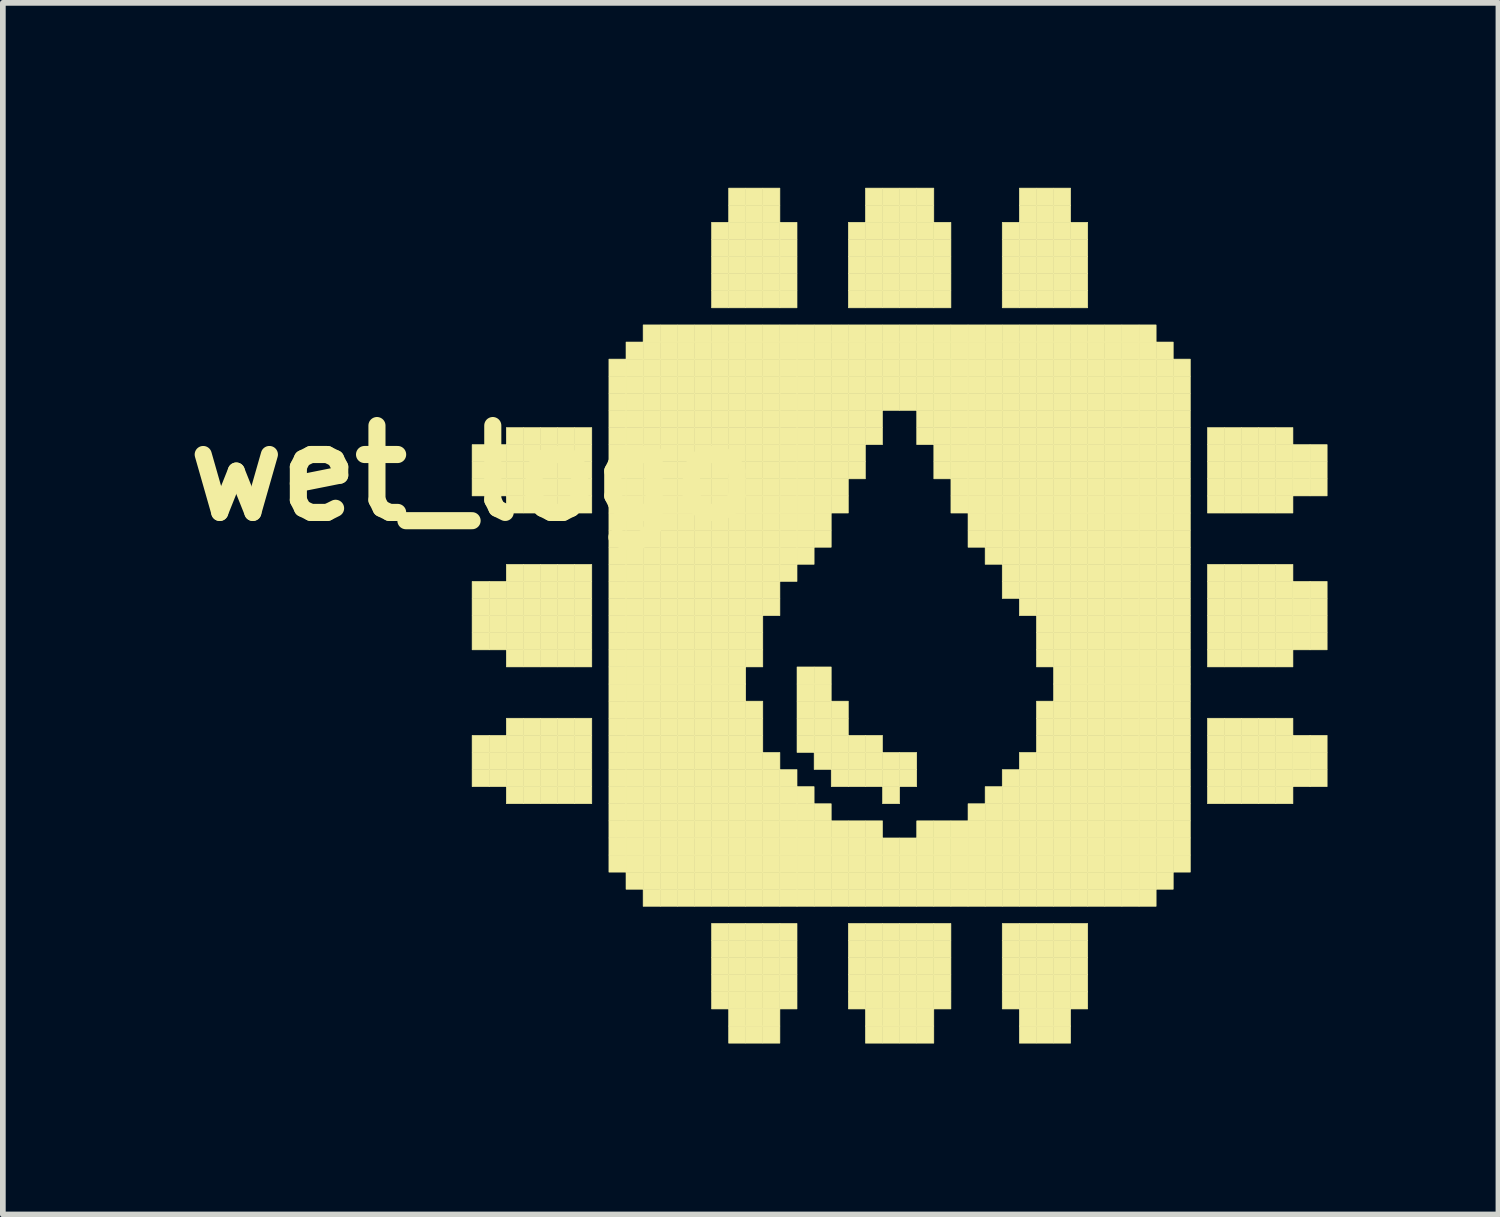
<source format=kicad_pcb>
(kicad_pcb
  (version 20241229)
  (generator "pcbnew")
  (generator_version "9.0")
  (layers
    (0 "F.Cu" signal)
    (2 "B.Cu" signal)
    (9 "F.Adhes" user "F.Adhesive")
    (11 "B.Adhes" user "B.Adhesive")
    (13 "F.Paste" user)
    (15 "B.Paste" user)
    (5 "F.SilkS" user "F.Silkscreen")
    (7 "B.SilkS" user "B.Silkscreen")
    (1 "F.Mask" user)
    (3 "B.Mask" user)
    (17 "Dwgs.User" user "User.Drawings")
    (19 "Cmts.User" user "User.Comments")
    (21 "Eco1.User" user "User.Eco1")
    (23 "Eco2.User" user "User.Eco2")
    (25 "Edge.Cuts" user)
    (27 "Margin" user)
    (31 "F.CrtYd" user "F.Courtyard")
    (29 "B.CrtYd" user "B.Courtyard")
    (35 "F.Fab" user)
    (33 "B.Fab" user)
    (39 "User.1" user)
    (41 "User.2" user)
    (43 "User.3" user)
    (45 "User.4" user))
  (footprint "wet_logo"
    (layer "F.Cu")
    (at 5.232 0.25)
    (property "Reference" "wet_logo" (at 0 5 0) (layer "F.SilkS") (effects (font (size 1.524 1.524) (thickness 0.3))))
    (attr through_hole)
    (fp_poly (pts (xy 0 4.5) (xy 0.3 4.5) (xy 0.3 4.8) (xy 0 4.8) (xy 0 4.5)) (stroke (width 0.01) (type solid)) (fill yes) (layer "F.SilkS"))
    (fp_poly (pts (xy 0 4.8) (xy 0.3 4.8) (xy 0.3 5.1) (xy 0 5.1) (xy 0 4.8)) (stroke (width 0.01) (type solid)) (fill yes) (layer "F.SilkS"))
    (fp_poly (pts (xy 0 5.1) (xy 0.3 5.1) (xy 0.3 5.4) (xy 0 5.4) (xy 0 5.1)) (stroke (width 0.01) (type solid)) (fill yes) (layer "F.SilkS"))
    (fp_poly (pts (xy 0 6.9) (xy 0.3 6.9) (xy 0.3 7.2) (xy 0 7.2) (xy 0 6.9)) (stroke (width 0.01) (type solid)) (fill yes) (layer "F.SilkS"))
    (fp_poly (pts (xy 0 7.2) (xy 0.3 7.2) (xy 0.3 7.5) (xy 0 7.5) (xy 0 7.2)) (stroke (width 0.01) (type solid)) (fill yes) (layer "F.SilkS"))
    (fp_poly (pts (xy 0 7.5) (xy 0.3 7.5) (xy 0.3 7.8) (xy 0 7.8) (xy 0 7.5)) (stroke (width 0.01) (type solid)) (fill yes) (layer "F.SilkS"))
    (fp_poly (pts (xy 0 7.8) (xy 0.3 7.8) (xy 0.3 8.1) (xy 0 8.1) (xy 0 7.8)) (stroke (width 0.01) (type solid)) (fill yes) (layer "F.SilkS"))
    (fp_poly (pts (xy 0 9.6) (xy 0.3 9.6) (xy 0.3 9.9) (xy 0 9.9) (xy 0 9.6)) (stroke (width 0.01) (type solid)) (fill yes) (layer "F.SilkS"))
    (fp_poly (pts (xy 0 9.9) (xy 0.3 9.9) (xy 0.3 10.2) (xy 0 10.2) (xy 0 9.9)) (stroke (width 0.01) (type solid)) (fill yes) (layer "F.SilkS"))
    (fp_poly (pts (xy 0 10.2) (xy 0.3 10.2) (xy 0.3 10.5) (xy 0 10.5) (xy 0 10.2)) (stroke (width 0.01) (type solid)) (fill yes) (layer "F.SilkS"))
    (fp_poly (pts (xy 0.3 4.5) (xy 0.6 4.5) (xy 0.6 4.8) (xy 0.3 4.8) (xy 0.3 4.5)) (stroke (width 0.01) (type solid)) (fill yes) (layer "F.SilkS"))
    (fp_poly (pts (xy 0.3 4.8) (xy 0.6 4.8) (xy 0.6 5.1) (xy 0.3 5.1) (xy 0.3 4.8)) (stroke (width 0.01) (type solid)) (fill yes) (layer "F.SilkS"))
    (fp_poly (pts (xy 0.3 5.1) (xy 0.6 5.1) (xy 0.6 5.4) (xy 0.3 5.4) (xy 0.3 5.1)) (stroke (width 0.01) (type solid)) (fill yes) (layer "F.SilkS"))
    (fp_poly (pts (xy 0.3 6.9) (xy 0.6 6.9) (xy 0.6 7.2) (xy 0.3 7.2) (xy 0.3 6.9)) (stroke (width 0.01) (type solid)) (fill yes) (layer "F.SilkS"))
    (fp_poly (pts (xy 0.3 7.2) (xy 0.6 7.2) (xy 0.6 7.5) (xy 0.3 7.5) (xy 0.3 7.2)) (stroke (width 0.01) (type solid)) (fill yes) (layer "F.SilkS"))
    (fp_poly (pts (xy 0.3 7.5) (xy 0.6 7.5) (xy 0.6 7.8) (xy 0.3 7.8) (xy 0.3 7.5)) (stroke (width 0.01) (type solid)) (fill yes) (layer "F.SilkS"))
    (fp_poly (pts (xy 0.3 7.8) (xy 0.6 7.8) (xy 0.6 8.1) (xy 0.3 8.1) (xy 0.3 7.8)) (stroke (width 0.01) (type solid)) (fill yes) (layer "F.SilkS"))
    (fp_poly (pts (xy 0.3 9.6) (xy 0.6 9.6) (xy 0.6 9.9) (xy 0.3 9.9) (xy 0.3 9.6)) (stroke (width 0.01) (type solid)) (fill yes) (layer "F.SilkS"))
    (fp_poly (pts (xy 0.3 9.9) (xy 0.6 9.9) (xy 0.6 10.2) (xy 0.3 10.2) (xy 0.3 9.9)) (stroke (width 0.01) (type solid)) (fill yes) (layer "F.SilkS"))
    (fp_poly (pts (xy 0.3 10.2) (xy 0.6 10.2) (xy 0.6 10.5) (xy 0.3 10.5) (xy 0.3 10.2)) (stroke (width 0.01) (type solid)) (fill yes) (layer "F.SilkS"))
    (fp_poly (pts (xy 0.6 4.2) (xy 0.9 4.2) (xy 0.9 4.5) (xy 0.6 4.5) (xy 0.6 4.2)) (stroke (width 0.01) (type solid)) (fill yes) (layer "F.SilkS"))
    (fp_poly (pts (xy 0.6 4.5) (xy 0.9 4.5) (xy 0.9 4.8) (xy 0.6 4.8) (xy 0.6 4.5)) (stroke (width 0.01) (type solid)) (fill yes) (layer "F.SilkS"))
    (fp_poly (pts (xy 0.6 4.8) (xy 0.9 4.8) (xy 0.9 5.1) (xy 0.6 5.1) (xy 0.6 4.8)) (stroke (width 0.01) (type solid)) (fill yes) (layer "F.SilkS"))
    (fp_poly (pts (xy 0.6 5.1) (xy 0.9 5.1) (xy 0.9 5.4) (xy 0.6 5.4) (xy 0.6 5.1)) (stroke (width 0.01) (type solid)) (fill yes) (layer "F.SilkS"))
    (fp_poly (pts (xy 0.6 5.4) (xy 0.9 5.4) (xy 0.9 5.7) (xy 0.6 5.7) (xy 0.6 5.4)) (stroke (width 0.01) (type solid)) (fill yes) (layer "F.SilkS"))
    (fp_poly (pts (xy 0.6 6.6) (xy 0.9 6.6) (xy 0.9 6.9) (xy 0.6 6.9) (xy 0.6 6.6)) (stroke (width 0.01) (type solid)) (fill yes) (layer "F.SilkS"))
    (fp_poly (pts (xy 0.6 6.9) (xy 0.9 6.9) (xy 0.9 7.2) (xy 0.6 7.2) (xy 0.6 6.9)) (stroke (width 0.01) (type solid)) (fill yes) (layer "F.SilkS"))
    (fp_poly (pts (xy 0.6 7.2) (xy 0.9 7.2) (xy 0.9 7.5) (xy 0.6 7.5) (xy 0.6 7.2)) (stroke (width 0.01) (type solid)) (fill yes) (layer "F.SilkS"))
    (fp_poly (pts (xy 0.6 7.5) (xy 0.9 7.5) (xy 0.9 7.8) (xy 0.6 7.8) (xy 0.6 7.5)) (stroke (width 0.01) (type solid)) (fill yes) (layer "F.SilkS"))
    (fp_poly (pts (xy 0.6 7.8) (xy 0.9 7.8) (xy 0.9 8.1) (xy 0.6 8.1) (xy 0.6 7.8)) (stroke (width 0.01) (type solid)) (fill yes) (layer "F.SilkS"))
    (fp_poly (pts (xy 0.6 8.1) (xy 0.9 8.1) (xy 0.9 8.4) (xy 0.6 8.4) (xy 0.6 8.1)) (stroke (width 0.01) (type solid)) (fill yes) (layer "F.SilkS"))
    (fp_poly (pts (xy 0.6 9.3) (xy 0.9 9.3) (xy 0.9 9.6) (xy 0.6 9.6) (xy 0.6 9.3)) (stroke (width 0.01) (type solid)) (fill yes) (layer "F.SilkS"))
    (fp_poly (pts (xy 0.6 9.6) (xy 0.9 9.6) (xy 0.9 9.9) (xy 0.6 9.9) (xy 0.6 9.6)) (stroke (width 0.01) (type solid)) (fill yes) (layer "F.SilkS"))
    (fp_poly (pts (xy 0.6 9.9) (xy 0.9 9.9) (xy 0.9 10.2) (xy 0.6 10.2) (xy 0.6 9.9)) (stroke (width 0.01) (type solid)) (fill yes) (layer "F.SilkS"))
    (fp_poly (pts (xy 0.6 10.2) (xy 0.9 10.2) (xy 0.9 10.5) (xy 0.6 10.5) (xy 0.6 10.2)) (stroke (width 0.01) (type solid)) (fill yes) (layer "F.SilkS"))
    (fp_poly (pts (xy 0.6 10.5) (xy 0.9 10.5) (xy 0.9 10.8) (xy 0.6 10.8) (xy 0.6 10.5)) (stroke (width 0.01) (type solid)) (fill yes) (layer "F.SilkS"))
    (fp_poly (pts (xy 0.9 4.2) (xy 1.2 4.2) (xy 1.2 4.5) (xy 0.9 4.5) (xy 0.9 4.2)) (stroke (width 0.01) (type solid)) (fill yes) (layer "F.SilkS"))
    (fp_poly (pts (xy 0.9 4.5) (xy 1.2 4.5) (xy 1.2 4.8) (xy 0.9 4.8) (xy 0.9 4.5)) (stroke (width 0.01) (type solid)) (fill yes) (layer "F.SilkS"))
    (fp_poly (pts (xy 0.9 4.8) (xy 1.2 4.8) (xy 1.2 5.1) (xy 0.9 5.1) (xy 0.9 4.8)) (stroke (width 0.01) (type solid)) (fill yes) (layer "F.SilkS"))
    (fp_poly (pts (xy 0.9 5.1) (xy 1.2 5.1) (xy 1.2 5.4) (xy 0.9 5.4) (xy 0.9 5.1)) (stroke (width 0.01) (type solid)) (fill yes) (layer "F.SilkS"))
    (fp_poly (pts (xy 0.9 5.4) (xy 1.2 5.4) (xy 1.2 5.7) (xy 0.9 5.7) (xy 0.9 5.4)) (stroke (width 0.01) (type solid)) (fill yes) (layer "F.SilkS"))
    (fp_poly (pts (xy 0.9 6.6) (xy 1.2 6.6) (xy 1.2 6.9) (xy 0.9 6.9) (xy 0.9 6.6)) (stroke (width 0.01) (type solid)) (fill yes) (layer "F.SilkS"))
    (fp_poly (pts (xy 0.9 6.9) (xy 1.2 6.9) (xy 1.2 7.2) (xy 0.9 7.2) (xy 0.9 6.9)) (stroke (width 0.01) (type solid)) (fill yes) (layer "F.SilkS"))
    (fp_poly (pts (xy 0.9 7.2) (xy 1.2 7.2) (xy 1.2 7.5) (xy 0.9 7.5) (xy 0.9 7.2)) (stroke (width 0.01) (type solid)) (fill yes) (layer "F.SilkS"))
    (fp_poly (pts (xy 0.9 7.5) (xy 1.2 7.5) (xy 1.2 7.8) (xy 0.9 7.8) (xy 0.9 7.5)) (stroke (width 0.01) (type solid)) (fill yes) (layer "F.SilkS"))
    (fp_poly (pts (xy 0.9 7.8) (xy 1.2 7.8) (xy 1.2 8.1) (xy 0.9 8.1) (xy 0.9 7.8)) (stroke (width 0.01) (type solid)) (fill yes) (layer "F.SilkS"))
    (fp_poly (pts (xy 0.9 8.1) (xy 1.2 8.1) (xy 1.2 8.4) (xy 0.9 8.4) (xy 0.9 8.1)) (stroke (width 0.01) (type solid)) (fill yes) (layer "F.SilkS"))
    (fp_poly (pts (xy 0.9 9.3) (xy 1.2 9.3) (xy 1.2 9.6) (xy 0.9 9.6) (xy 0.9 9.3)) (stroke (width 0.01) (type solid)) (fill yes) (layer "F.SilkS"))
    (fp_poly (pts (xy 0.9 9.6) (xy 1.2 9.6) (xy 1.2 9.9) (xy 0.9 9.9) (xy 0.9 9.6)) (stroke (width 0.01) (type solid)) (fill yes) (layer "F.SilkS"))
    (fp_poly (pts (xy 0.9 9.9) (xy 1.2 9.9) (xy 1.2 10.2) (xy 0.9 10.2) (xy 0.9 9.9)) (stroke (width 0.01) (type solid)) (fill yes) (layer "F.SilkS"))
    (fp_poly (pts (xy 0.9 10.2) (xy 1.2 10.2) (xy 1.2 10.5) (xy 0.9 10.5) (xy 0.9 10.2)) (stroke (width 0.01) (type solid)) (fill yes) (layer "F.SilkS"))
    (fp_poly (pts (xy 0.9 10.5) (xy 1.2 10.5) (xy 1.2 10.8) (xy 0.9 10.8) (xy 0.9 10.5)) (stroke (width 0.01) (type solid)) (fill yes) (layer "F.SilkS"))
    (fp_poly (pts (xy 1.2 4.2) (xy 1.5 4.2) (xy 1.5 4.5) (xy 1.2 4.5) (xy 1.2 4.2)) (stroke (width 0.01) (type solid)) (fill yes) (layer "F.SilkS"))
    (fp_poly (pts (xy 1.2 4.5) (xy 1.5 4.5) (xy 1.5 4.8) (xy 1.2 4.8) (xy 1.2 4.5)) (stroke (width 0.01) (type solid)) (fill yes) (layer "F.SilkS"))
    (fp_poly (pts (xy 1.2 4.8) (xy 1.5 4.8) (xy 1.5 5.1) (xy 1.2 5.1) (xy 1.2 4.8)) (stroke (width 0.01) (type solid)) (fill yes) (layer "F.SilkS"))
    (fp_poly (pts (xy 1.2 5.1) (xy 1.5 5.1) (xy 1.5 5.4) (xy 1.2 5.4) (xy 1.2 5.1)) (stroke (width 0.01) (type solid)) (fill yes) (layer "F.SilkS"))
    (fp_poly (pts (xy 1.2 5.4) (xy 1.5 5.4) (xy 1.5 5.7) (xy 1.2 5.7) (xy 1.2 5.4)) (stroke (width 0.01) (type solid)) (fill yes) (layer "F.SilkS"))
    (fp_poly (pts (xy 1.2 6.6) (xy 1.5 6.6) (xy 1.5 6.9) (xy 1.2 6.9) (xy 1.2 6.6)) (stroke (width 0.01) (type solid)) (fill yes) (layer "F.SilkS"))
    (fp_poly (pts (xy 1.2 6.9) (xy 1.5 6.9) (xy 1.5 7.2) (xy 1.2 7.2) (xy 1.2 6.9)) (stroke (width 0.01) (type solid)) (fill yes) (layer "F.SilkS"))
    (fp_poly (pts (xy 1.2 7.2) (xy 1.5 7.2) (xy 1.5 7.5) (xy 1.2 7.5) (xy 1.2 7.2)) (stroke (width 0.01) (type solid)) (fill yes) (layer "F.SilkS"))
    (fp_poly (pts (xy 1.2 7.5) (xy 1.5 7.5) (xy 1.5 7.8) (xy 1.2 7.8) (xy 1.2 7.5)) (stroke (width 0.01) (type solid)) (fill yes) (layer "F.SilkS"))
    (fp_poly (pts (xy 1.2 7.8) (xy 1.5 7.8) (xy 1.5 8.1) (xy 1.2 8.1) (xy 1.2 7.8)) (stroke (width 0.01) (type solid)) (fill yes) (layer "F.SilkS"))
    (fp_poly (pts (xy 1.2 8.1) (xy 1.5 8.1) (xy 1.5 8.4) (xy 1.2 8.4) (xy 1.2 8.1)) (stroke (width 0.01) (type solid)) (fill yes) (layer "F.SilkS"))
    (fp_poly (pts (xy 1.2 9.3) (xy 1.5 9.3) (xy 1.5 9.6) (xy 1.2 9.6) (xy 1.2 9.3)) (stroke (width 0.01) (type solid)) (fill yes) (layer "F.SilkS"))
    (fp_poly (pts (xy 1.2 9.6) (xy 1.5 9.6) (xy 1.5 9.9) (xy 1.2 9.9) (xy 1.2 9.6)) (stroke (width 0.01) (type solid)) (fill yes) (layer "F.SilkS"))
    (fp_poly (pts (xy 1.2 9.9) (xy 1.5 9.9) (xy 1.5 10.2) (xy 1.2 10.2) (xy 1.2 9.9)) (stroke (width 0.01) (type solid)) (fill yes) (layer "F.SilkS"))
    (fp_poly (pts (xy 1.2 10.2) (xy 1.5 10.2) (xy 1.5 10.5) (xy 1.2 10.5) (xy 1.2 10.2)) (stroke (width 0.01) (type solid)) (fill yes) (layer "F.SilkS"))
    (fp_poly (pts (xy 1.2 10.5) (xy 1.5 10.5) (xy 1.5 10.8) (xy 1.2 10.8) (xy 1.2 10.5)) (stroke (width 0.01) (type solid)) (fill yes) (layer "F.SilkS"))
    (fp_poly (pts (xy 1.5 4.2) (xy 1.8 4.2) (xy 1.8 4.5) (xy 1.5 4.5) (xy 1.5 4.2)) (stroke (width 0.01) (type solid)) (fill yes) (layer "F.SilkS"))
    (fp_poly (pts (xy 1.5 4.5) (xy 1.8 4.5) (xy 1.8 4.8) (xy 1.5 4.8) (xy 1.5 4.5)) (stroke (width 0.01) (type solid)) (fill yes) (layer "F.SilkS"))
    (fp_poly (pts (xy 1.5 4.8) (xy 1.8 4.8) (xy 1.8 5.1) (xy 1.5 5.1) (xy 1.5 4.8)) (stroke (width 0.01) (type solid)) (fill yes) (layer "F.SilkS"))
    (fp_poly (pts (xy 1.5 5.1) (xy 1.8 5.1) (xy 1.8 5.4) (xy 1.5 5.4) (xy 1.5 5.1)) (stroke (width 0.01) (type solid)) (fill yes) (layer "F.SilkS"))
    (fp_poly (pts (xy 1.5 5.4) (xy 1.8 5.4) (xy 1.8 5.7) (xy 1.5 5.7) (xy 1.5 5.4)) (stroke (width 0.01) (type solid)) (fill yes) (layer "F.SilkS"))
    (fp_poly (pts (xy 1.5 6.6) (xy 1.8 6.6) (xy 1.8 6.9) (xy 1.5 6.9) (xy 1.5 6.6)) (stroke (width 0.01) (type solid)) (fill yes) (layer "F.SilkS"))
    (fp_poly (pts (xy 1.5 6.9) (xy 1.8 6.9) (xy 1.8 7.2) (xy 1.5 7.2) (xy 1.5 6.9)) (stroke (width 0.01) (type solid)) (fill yes) (layer "F.SilkS"))
    (fp_poly (pts (xy 1.5 7.2) (xy 1.8 7.2) (xy 1.8 7.5) (xy 1.5 7.5) (xy 1.5 7.2)) (stroke (width 0.01) (type solid)) (fill yes) (layer "F.SilkS"))
    (fp_poly (pts (xy 1.5 7.5) (xy 1.8 7.5) (xy 1.8 7.8) (xy 1.5 7.8) (xy 1.5 7.5)) (stroke (width 0.01) (type solid)) (fill yes) (layer "F.SilkS"))
    (fp_poly (pts (xy 1.5 7.8) (xy 1.8 7.8) (xy 1.8 8.1) (xy 1.5 8.1) (xy 1.5 7.8)) (stroke (width 0.01) (type solid)) (fill yes) (layer "F.SilkS"))
    (fp_poly (pts (xy 1.5 8.1) (xy 1.8 8.1) (xy 1.8 8.4) (xy 1.5 8.4) (xy 1.5 8.1)) (stroke (width 0.01) (type solid)) (fill yes) (layer "F.SilkS"))
    (fp_poly (pts (xy 1.5 9.3) (xy 1.8 9.3) (xy 1.8 9.6) (xy 1.5 9.6) (xy 1.5 9.3)) (stroke (width 0.01) (type solid)) (fill yes) (layer "F.SilkS"))
    (fp_poly (pts (xy 1.5 9.6) (xy 1.8 9.6) (xy 1.8 9.9) (xy 1.5 9.9) (xy 1.5 9.6)) (stroke (width 0.01) (type solid)) (fill yes) (layer "F.SilkS"))
    (fp_poly (pts (xy 1.5 9.9) (xy 1.8 9.9) (xy 1.8 10.2) (xy 1.5 10.2) (xy 1.5 9.9)) (stroke (width 0.01) (type solid)) (fill yes) (layer "F.SilkS"))
    (fp_poly (pts (xy 1.5 10.2) (xy 1.8 10.2) (xy 1.8 10.5) (xy 1.5 10.5) (xy 1.5 10.2)) (stroke (width 0.01) (type solid)) (fill yes) (layer "F.SilkS"))
    (fp_poly (pts (xy 1.5 10.5) (xy 1.8 10.5) (xy 1.8 10.8) (xy 1.5 10.8) (xy 1.5 10.5)) (stroke (width 0.01) (type solid)) (fill yes) (layer "F.SilkS"))
    (fp_poly (pts (xy 1.8 4.2) (xy 2.1 4.2) (xy 2.1 4.5) (xy 1.8 4.5) (xy 1.8 4.2)) (stroke (width 0.01) (type solid)) (fill yes) (layer "F.SilkS"))
    (fp_poly (pts (xy 1.8 4.5) (xy 2.1 4.5) (xy 2.1 4.8) (xy 1.8 4.8) (xy 1.8 4.5)) (stroke (width 0.01) (type solid)) (fill yes) (layer "F.SilkS"))
    (fp_poly (pts (xy 1.8 4.8) (xy 2.1 4.8) (xy 2.1 5.1) (xy 1.8 5.1) (xy 1.8 4.8)) (stroke (width 0.01) (type solid)) (fill yes) (layer "F.SilkS"))
    (fp_poly (pts (xy 1.8 5.1) (xy 2.1 5.1) (xy 2.1 5.4) (xy 1.8 5.4) (xy 1.8 5.1)) (stroke (width 0.01) (type solid)) (fill yes) (layer "F.SilkS"))
    (fp_poly (pts (xy 1.8 5.4) (xy 2.1 5.4) (xy 2.1 5.7) (xy 1.8 5.7) (xy 1.8 5.4)) (stroke (width 0.01) (type solid)) (fill yes) (layer "F.SilkS"))
    (fp_poly (pts (xy 1.8 6.6) (xy 2.1 6.6) (xy 2.1 6.9) (xy 1.8 6.9) (xy 1.8 6.6)) (stroke (width 0.01) (type solid)) (fill yes) (layer "F.SilkS"))
    (fp_poly (pts (xy 1.8 6.9) (xy 2.1 6.9) (xy 2.1 7.2) (xy 1.8 7.2) (xy 1.8 6.9)) (stroke (width 0.01) (type solid)) (fill yes) (layer "F.SilkS"))
    (fp_poly (pts (xy 1.8 7.2) (xy 2.1 7.2) (xy 2.1 7.5) (xy 1.8 7.5) (xy 1.8 7.2)) (stroke (width 0.01) (type solid)) (fill yes) (layer "F.SilkS"))
    (fp_poly (pts (xy 1.8 7.5) (xy 2.1 7.5) (xy 2.1 7.8) (xy 1.8 7.8) (xy 1.8 7.5)) (stroke (width 0.01) (type solid)) (fill yes) (layer "F.SilkS"))
    (fp_poly (pts (xy 1.8 7.8) (xy 2.1 7.8) (xy 2.1 8.1) (xy 1.8 8.1) (xy 1.8 7.8)) (stroke (width 0.01) (type solid)) (fill yes) (layer "F.SilkS"))
    (fp_poly (pts (xy 1.8 8.1) (xy 2.1 8.1) (xy 2.1 8.4) (xy 1.8 8.4) (xy 1.8 8.1)) (stroke (width 0.01) (type solid)) (fill yes) (layer "F.SilkS"))
    (fp_poly (pts (xy 1.8 9.3) (xy 2.1 9.3) (xy 2.1 9.6) (xy 1.8 9.6) (xy 1.8 9.3)) (stroke (width 0.01) (type solid)) (fill yes) (layer "F.SilkS"))
    (fp_poly (pts (xy 1.8 9.6) (xy 2.1 9.6) (xy 2.1 9.9) (xy 1.8 9.9) (xy 1.8 9.6)) (stroke (width 0.01) (type solid)) (fill yes) (layer "F.SilkS"))
    (fp_poly (pts (xy 1.8 9.9) (xy 2.1 9.9) (xy 2.1 10.2) (xy 1.8 10.2) (xy 1.8 9.9)) (stroke (width 0.01) (type solid)) (fill yes) (layer "F.SilkS"))
    (fp_poly (pts (xy 1.8 10.2) (xy 2.1 10.2) (xy 2.1 10.5) (xy 1.8 10.5) (xy 1.8 10.2)) (stroke (width 0.01) (type solid)) (fill yes) (layer "F.SilkS"))
    (fp_poly (pts (xy 1.8 10.5) (xy 2.1 10.5) (xy 2.1 10.8) (xy 1.8 10.8) (xy 1.8 10.5)) (stroke (width 0.01) (type solid)) (fill yes) (layer "F.SilkS"))
    (fp_poly (pts (xy 2.4 3) (xy 2.7 3) (xy 2.7 3.3) (xy 2.4 3.3) (xy 2.4 3)) (stroke (width 0.01) (type solid)) (fill yes) (layer "F.SilkS"))
    (fp_poly (pts (xy 2.4 3.3) (xy 2.7 3.3) (xy 2.7 3.6) (xy 2.4 3.6) (xy 2.4 3.3)) (stroke (width 0.01) (type solid)) (fill yes) (layer "F.SilkS"))
    (fp_poly (pts (xy 2.4 3.6) (xy 2.7 3.6) (xy 2.7 3.9) (xy 2.4 3.9) (xy 2.4 3.6)) (stroke (width 0.01) (type solid)) (fill yes) (layer "F.SilkS"))
    (fp_poly (pts (xy 2.4 3.9) (xy 2.7 3.9) (xy 2.7 4.2) (xy 2.4 4.2) (xy 2.4 3.9)) (stroke (width 0.01) (type solid)) (fill yes) (layer "F.SilkS"))
    (fp_poly (pts (xy 2.4 4.2) (xy 2.7 4.2) (xy 2.7 4.5) (xy 2.4 4.5) (xy 2.4 4.2)) (stroke (width 0.01) (type solid)) (fill yes) (layer "F.SilkS"))
    (fp_poly (pts (xy 2.4 4.5) (xy 2.7 4.5) (xy 2.7 4.8) (xy 2.4 4.8) (xy 2.4 4.5)) (stroke (width 0.01) (type solid)) (fill yes) (layer "F.SilkS"))
    (fp_poly (pts (xy 2.4 4.8) (xy 2.7 4.8) (xy 2.7 5.1) (xy 2.4 5.1) (xy 2.4 4.8)) (stroke (width 0.01) (type solid)) (fill yes) (layer "F.SilkS"))
    (fp_poly (pts (xy 2.4 5.1) (xy 2.7 5.1) (xy 2.7 5.4) (xy 2.4 5.4) (xy 2.4 5.1)) (stroke (width 0.01) (type solid)) (fill yes) (layer "F.SilkS"))
    (fp_poly (pts (xy 2.4 5.4) (xy 2.7 5.4) (xy 2.7 5.7) (xy 2.4 5.7) (xy 2.4 5.4)) (stroke (width 0.01) (type solid)) (fill yes) (layer "F.SilkS"))
    (fp_poly (pts (xy 2.4 5.7) (xy 2.7 5.7) (xy 2.7 6) (xy 2.4 6) (xy 2.4 5.7)) (stroke (width 0.01) (type solid)) (fill yes) (layer "F.SilkS"))
    (fp_poly (pts (xy 2.4 6) (xy 2.7 6) (xy 2.7 6.3) (xy 2.4 6.3) (xy 2.4 6)) (stroke (width 0.01) (type solid)) (fill yes) (layer "F.SilkS"))
    (fp_poly (pts (xy 2.4 6.3) (xy 2.7 6.3) (xy 2.7 6.6) (xy 2.4 6.6) (xy 2.4 6.3)) (stroke (width 0.01) (type solid)) (fill yes) (layer "F.SilkS"))
    (fp_poly (pts (xy 2.4 6.6) (xy 2.7 6.6) (xy 2.7 6.9) (xy 2.4 6.9) (xy 2.4 6.6)) (stroke (width 0.01) (type solid)) (fill yes) (layer "F.SilkS"))
    (fp_poly (pts (xy 2.4 6.9) (xy 2.7 6.9) (xy 2.7 7.2) (xy 2.4 7.2) (xy 2.4 6.9)) (stroke (width 0.01) (type solid)) (fill yes) (layer "F.SilkS"))
    (fp_poly (pts (xy 2.4 7.2) (xy 2.7 7.2) (xy 2.7 7.5) (xy 2.4 7.5) (xy 2.4 7.2)) (stroke (width 0.01) (type solid)) (fill yes) (layer "F.SilkS"))
    (fp_poly (pts (xy 2.4 7.5) (xy 2.7 7.5) (xy 2.7 7.8) (xy 2.4 7.8) (xy 2.4 7.5)) (stroke (width 0.01) (type solid)) (fill yes) (layer "F.SilkS"))
    (fp_poly (pts (xy 2.4 7.8) (xy 2.7 7.8) (xy 2.7 8.1) (xy 2.4 8.1) (xy 2.4 7.8)) (stroke (width 0.01) (type solid)) (fill yes) (layer "F.SilkS"))
    (fp_poly (pts (xy 2.4 8.1) (xy 2.7 8.1) (xy 2.7 8.4) (xy 2.4 8.4) (xy 2.4 8.1)) (stroke (width 0.01) (type solid)) (fill yes) (layer "F.SilkS"))
    (fp_poly (pts (xy 2.4 8.4) (xy 2.7 8.4) (xy 2.7 8.7) (xy 2.4 8.7) (xy 2.4 8.4)) (stroke (width 0.01) (type solid)) (fill yes) (layer "F.SilkS"))
    (fp_poly (pts (xy 2.4 8.7) (xy 2.7 8.7) (xy 2.7 9) (xy 2.4 9) (xy 2.4 8.7)) (stroke (width 0.01) (type solid)) (fill yes) (layer "F.SilkS"))
    (fp_poly (pts (xy 2.4 9) (xy 2.7 9) (xy 2.7 9.3) (xy 2.4 9.3) (xy 2.4 9)) (stroke (width 0.01) (type solid)) (fill yes) (layer "F.SilkS"))
    (fp_poly (pts (xy 2.4 9.3) (xy 2.7 9.3) (xy 2.7 9.6) (xy 2.4 9.6) (xy 2.4 9.3)) (stroke (width 0.01) (type solid)) (fill yes) (layer "F.SilkS"))
    (fp_poly (pts (xy 2.4 9.6) (xy 2.7 9.6) (xy 2.7 9.9) (xy 2.4 9.9) (xy 2.4 9.6)) (stroke (width 0.01) (type solid)) (fill yes) (layer "F.SilkS"))
    (fp_poly (pts (xy 2.4 9.9) (xy 2.7 9.9) (xy 2.7 10.2) (xy 2.4 10.2) (xy 2.4 9.9)) (stroke (width 0.01) (type solid)) (fill yes) (layer "F.SilkS"))
    (fp_poly (pts (xy 2.4 10.2) (xy 2.7 10.2) (xy 2.7 10.5) (xy 2.4 10.5) (xy 2.4 10.2)) (stroke (width 0.01) (type solid)) (fill yes) (layer "F.SilkS"))
    (fp_poly (pts (xy 2.4 10.5) (xy 2.7 10.5) (xy 2.7 10.8) (xy 2.4 10.8) (xy 2.4 10.5)) (stroke (width 0.01) (type solid)) (fill yes) (layer "F.SilkS"))
    (fp_poly (pts (xy 2.4 10.8) (xy 2.7 10.8) (xy 2.7 11.1) (xy 2.4 11.1) (xy 2.4 10.8)) (stroke (width 0.01) (type solid)) (fill yes) (layer "F.SilkS"))
    (fp_poly (pts (xy 2.4 11.1) (xy 2.7 11.1) (xy 2.7 11.4) (xy 2.4 11.4) (xy 2.4 11.1)) (stroke (width 0.01) (type solid)) (fill yes) (layer "F.SilkS"))
    (fp_poly (pts (xy 2.4 11.4) (xy 2.7 11.4) (xy 2.7 11.7) (xy 2.4 11.7) (xy 2.4 11.4)) (stroke (width 0.01) (type solid)) (fill yes) (layer "F.SilkS"))
    (fp_poly (pts (xy 2.4 11.7) (xy 2.7 11.7) (xy 2.7 12) (xy 2.4 12) (xy 2.4 11.7)) (stroke (width 0.01) (type solid)) (fill yes) (layer "F.SilkS"))
    (fp_poly (pts (xy 2.7 2.7) (xy 3 2.7) (xy 3 3) (xy 2.7 3) (xy 2.7 2.7)) (stroke (width 0.01) (type solid)) (fill yes) (layer "F.SilkS"))
    (fp_poly (pts (xy 2.7 3) (xy 3 3) (xy 3 3.3) (xy 2.7 3.3) (xy 2.7 3)) (stroke (width 0.01) (type solid)) (fill yes) (layer "F.SilkS"))
    (fp_poly (pts (xy 2.7 3.3) (xy 3 3.3) (xy 3 3.6) (xy 2.7 3.6) (xy 2.7 3.3)) (stroke (width 0.01) (type solid)) (fill yes) (layer "F.SilkS"))
    (fp_poly (pts (xy 2.7 3.6) (xy 3 3.6) (xy 3 3.9) (xy 2.7 3.9) (xy 2.7 3.6)) (stroke (width 0.01) (type solid)) (fill yes) (layer "F.SilkS"))
    (fp_poly (pts (xy 2.7 3.9) (xy 3 3.9) (xy 3 4.2) (xy 2.7 4.2) (xy 2.7 3.9)) (stroke (width 0.01) (type solid)) (fill yes) (layer "F.SilkS"))
    (fp_poly (pts (xy 2.7 4.2) (xy 3 4.2) (xy 3 4.5) (xy 2.7 4.5) (xy 2.7 4.2)) (stroke (width 0.01) (type solid)) (fill yes) (layer "F.SilkS"))
    (fp_poly (pts (xy 2.7 4.5) (xy 3 4.5) (xy 3 4.8) (xy 2.7 4.8) (xy 2.7 4.5)) (stroke (width 0.01) (type solid)) (fill yes) (layer "F.SilkS"))
    (fp_poly (pts (xy 2.7 4.8) (xy 3 4.8) (xy 3 5.1) (xy 2.7 5.1) (xy 2.7 4.8)) (stroke (width 0.01) (type solid)) (fill yes) (layer "F.SilkS"))
    (fp_poly (pts (xy 2.7 5.1) (xy 3 5.1) (xy 3 5.4) (xy 2.7 5.4) (xy 2.7 5.1)) (stroke (width 0.01) (type solid)) (fill yes) (layer "F.SilkS"))
    (fp_poly (pts (xy 2.7 5.4) (xy 3 5.4) (xy 3 5.7) (xy 2.7 5.7) (xy 2.7 5.4)) (stroke (width 0.01) (type solid)) (fill yes) (layer "F.SilkS"))
    (fp_poly (pts (xy 2.7 5.7) (xy 3 5.7) (xy 3 6) (xy 2.7 6) (xy 2.7 5.7)) (stroke (width 0.01) (type solid)) (fill yes) (layer "F.SilkS"))
    (fp_poly (pts (xy 2.7 6) (xy 3 6) (xy 3 6.3) (xy 2.7 6.3) (xy 2.7 6)) (stroke (width 0.01) (type solid)) (fill yes) (layer "F.SilkS"))
    (fp_poly (pts (xy 2.7 6.3) (xy 3 6.3) (xy 3 6.6) (xy 2.7 6.6) (xy 2.7 6.3)) (stroke (width 0.01) (type solid)) (fill yes) (layer "F.SilkS"))
    (fp_poly (pts (xy 2.7 6.6) (xy 3 6.6) (xy 3 6.9) (xy 2.7 6.9) (xy 2.7 6.6)) (stroke (width 0.01) (type solid)) (fill yes) (layer "F.SilkS"))
    (fp_poly (pts (xy 2.7 6.9) (xy 3 6.9) (xy 3 7.2) (xy 2.7 7.2) (xy 2.7 6.9)) (stroke (width 0.01) (type solid)) (fill yes) (layer "F.SilkS"))
    (fp_poly (pts (xy 2.7 7.2) (xy 3 7.2) (xy 3 7.5) (xy 2.7 7.5) (xy 2.7 7.2)) (stroke (width 0.01) (type solid)) (fill yes) (layer "F.SilkS"))
    (fp_poly (pts (xy 2.7 7.5) (xy 3 7.5) (xy 3 7.8) (xy 2.7 7.8) (xy 2.7 7.5)) (stroke (width 0.01) (type solid)) (fill yes) (layer "F.SilkS"))
    (fp_poly (pts (xy 2.7 7.8) (xy 3 7.8) (xy 3 8.1) (xy 2.7 8.1) (xy 2.7 7.8)) (stroke (width 0.01) (type solid)) (fill yes) (layer "F.SilkS"))
    (fp_poly (pts (xy 2.7 8.1) (xy 3 8.1) (xy 3 8.4) (xy 2.7 8.4) (xy 2.7 8.1)) (stroke (width 0.01) (type solid)) (fill yes) (layer "F.SilkS"))
    (fp_poly (pts (xy 2.7 8.4) (xy 3 8.4) (xy 3 8.7) (xy 2.7 8.7) (xy 2.7 8.4)) (stroke (width 0.01) (type solid)) (fill yes) (layer "F.SilkS"))
    (fp_poly (pts (xy 2.7 8.7) (xy 3 8.7) (xy 3 9) (xy 2.7 9) (xy 2.7 8.7)) (stroke (width 0.01) (type solid)) (fill yes) (layer "F.SilkS"))
    (fp_poly (pts (xy 2.7 9) (xy 3 9) (xy 3 9.3) (xy 2.7 9.3) (xy 2.7 9)) (stroke (width 0.01) (type solid)) (fill yes) (layer "F.SilkS"))
    (fp_poly (pts (xy 2.7 9.3) (xy 3 9.3) (xy 3 9.6) (xy 2.7 9.6) (xy 2.7 9.3)) (stroke (width 0.01) (type solid)) (fill yes) (layer "F.SilkS"))
    (fp_poly (pts (xy 2.7 9.6) (xy 3 9.6) (xy 3 9.9) (xy 2.7 9.9) (xy 2.7 9.6)) (stroke (width 0.01) (type solid)) (fill yes) (layer "F.SilkS"))
    (fp_poly (pts (xy 2.7 9.9) (xy 3 9.9) (xy 3 10.2) (xy 2.7 10.2) (xy 2.7 9.9)) (stroke (width 0.01) (type solid)) (fill yes) (layer "F.SilkS"))
    (fp_poly (pts (xy 2.7 10.2) (xy 3 10.2) (xy 3 10.5) (xy 2.7 10.5) (xy 2.7 10.2)) (stroke (width 0.01) (type solid)) (fill yes) (layer "F.SilkS"))
    (fp_poly (pts (xy 2.7 10.5) (xy 3 10.5) (xy 3 10.8) (xy 2.7 10.8) (xy 2.7 10.5)) (stroke (width 0.01) (type solid)) (fill yes) (layer "F.SilkS"))
    (fp_poly (pts (xy 2.7 10.8) (xy 3 10.8) (xy 3 11.1) (xy 2.7 11.1) (xy 2.7 10.8)) (stroke (width 0.01) (type solid)) (fill yes) (layer "F.SilkS"))
    (fp_poly (pts (xy 2.7 11.1) (xy 3 11.1) (xy 3 11.4) (xy 2.7 11.4) (xy 2.7 11.1)) (stroke (width 0.01) (type solid)) (fill yes) (layer "F.SilkS"))
    (fp_poly (pts (xy 2.7 11.4) (xy 3 11.4) (xy 3 11.7) (xy 2.7 11.7) (xy 2.7 11.4)) (stroke (width 0.01) (type solid)) (fill yes) (layer "F.SilkS"))
    (fp_poly (pts (xy 2.7 11.7) (xy 3 11.7) (xy 3 12) (xy 2.7 12) (xy 2.7 11.7)) (stroke (width 0.01) (type solid)) (fill yes) (layer "F.SilkS"))
    (fp_poly (pts (xy 2.7 12) (xy 3 12) (xy 3 12.3) (xy 2.7 12.3) (xy 2.7 12)) (stroke (width 0.01) (type solid)) (fill yes) (layer "F.SilkS"))
    (fp_poly (pts (xy 3 2.4) (xy 3.3 2.4) (xy 3.3 2.7) (xy 3 2.7) (xy 3 2.4)) (stroke (width 0.01) (type solid)) (fill yes) (layer "F.SilkS"))
    (fp_poly (pts (xy 3 2.7) (xy 3.3 2.7) (xy 3.3 3) (xy 3 3) (xy 3 2.7)) (stroke (width 0.01) (type solid)) (fill yes) (layer "F.SilkS"))
    (fp_poly (pts (xy 3 3) (xy 3.3 3) (xy 3.3 3.3) (xy 3 3.3) (xy 3 3)) (stroke (width 0.01) (type solid)) (fill yes) (layer "F.SilkS"))
    (fp_poly (pts (xy 3 3.3) (xy 3.3 3.3) (xy 3.3 3.6) (xy 3 3.6) (xy 3 3.3)) (stroke (width 0.01) (type solid)) (fill yes) (layer "F.SilkS"))
    (fp_poly (pts (xy 3 3.6) (xy 3.3 3.6) (xy 3.3 3.9) (xy 3 3.9) (xy 3 3.6)) (stroke (width 0.01) (type solid)) (fill yes) (layer "F.SilkS"))
    (fp_poly (pts (xy 3 3.9) (xy 3.3 3.9) (xy 3.3 4.2) (xy 3 4.2) (xy 3 3.9)) (stroke (width 0.01) (type solid)) (fill yes) (layer "F.SilkS"))
    (fp_poly (pts (xy 3 4.2) (xy 3.3 4.2) (xy 3.3 4.5) (xy 3 4.5) (xy 3 4.2)) (stroke (width 0.01) (type solid)) (fill yes) (layer "F.SilkS"))
    (fp_poly (pts (xy 3 4.5) (xy 3.3 4.5) (xy 3.3 4.8) (xy 3 4.8) (xy 3 4.5)) (stroke (width 0.01) (type solid)) (fill yes) (layer "F.SilkS"))
    (fp_poly (pts (xy 3 4.8) (xy 3.3 4.8) (xy 3.3 5.1) (xy 3 5.1) (xy 3 4.8)) (stroke (width 0.01) (type solid)) (fill yes) (layer "F.SilkS"))
    (fp_poly (pts (xy 3 5.1) (xy 3.3 5.1) (xy 3.3 5.4) (xy 3 5.4) (xy 3 5.1)) (stroke (width 0.01) (type solid)) (fill yes) (layer "F.SilkS"))
    (fp_poly (pts (xy 3 5.4) (xy 3.3 5.4) (xy 3.3 5.7) (xy 3 5.7) (xy 3 5.4)) (stroke (width 0.01) (type solid)) (fill yes) (layer "F.SilkS"))
    (fp_poly (pts (xy 3 5.7) (xy 3.3 5.7) (xy 3.3 6) (xy 3 6) (xy 3 5.7)) (stroke (width 0.01) (type solid)) (fill yes) (layer "F.SilkS"))
    (fp_poly (pts (xy 3 6) (xy 3.3 6) (xy 3.3 6.3) (xy 3 6.3) (xy 3 6)) (stroke (width 0.01) (type solid)) (fill yes) (layer "F.SilkS"))
    (fp_poly (pts (xy 3 6.3) (xy 3.3 6.3) (xy 3.3 6.6) (xy 3 6.6) (xy 3 6.3)) (stroke (width 0.01) (type solid)) (fill yes) (layer "F.SilkS"))
    (fp_poly (pts (xy 3 6.6) (xy 3.3 6.6) (xy 3.3 6.9) (xy 3 6.9) (xy 3 6.6)) (stroke (width 0.01) (type solid)) (fill yes) (layer "F.SilkS"))
    (fp_poly (pts (xy 3 6.9) (xy 3.3 6.9) (xy 3.3 7.2) (xy 3 7.2) (xy 3 6.9)) (stroke (width 0.01) (type solid)) (fill yes) (layer "F.SilkS"))
    (fp_poly (pts (xy 3 7.2) (xy 3.3 7.2) (xy 3.3 7.5) (xy 3 7.5) (xy 3 7.2)) (stroke (width 0.01) (type solid)) (fill yes) (layer "F.SilkS"))
    (fp_poly (pts (xy 3 7.5) (xy 3.3 7.5) (xy 3.3 7.8) (xy 3 7.8) (xy 3 7.5)) (stroke (width 0.01) (type solid)) (fill yes) (layer "F.SilkS"))
    (fp_poly (pts (xy 3 7.8) (xy 3.3 7.8) (xy 3.3 8.1) (xy 3 8.1) (xy 3 7.8)) (stroke (width 0.01) (type solid)) (fill yes) (layer "F.SilkS"))
    (fp_poly (pts (xy 3 8.1) (xy 3.3 8.1) (xy 3.3 8.4) (xy 3 8.4) (xy 3 8.1)) (stroke (width 0.01) (type solid)) (fill yes) (layer "F.SilkS"))
    (fp_poly (pts (xy 3 8.4) (xy 3.3 8.4) (xy 3.3 8.7) (xy 3 8.7) (xy 3 8.4)) (stroke (width 0.01) (type solid)) (fill yes) (layer "F.SilkS"))
    (fp_poly (pts (xy 3 8.7) (xy 3.3 8.7) (xy 3.3 9) (xy 3 9) (xy 3 8.7)) (stroke (width 0.01) (type solid)) (fill yes) (layer "F.SilkS"))
    (fp_poly (pts (xy 3 9) (xy 3.3 9) (xy 3.3 9.3) (xy 3 9.3) (xy 3 9)) (stroke (width 0.01) (type solid)) (fill yes) (layer "F.SilkS"))
    (fp_poly (pts (xy 3 9.3) (xy 3.3 9.3) (xy 3.3 9.6) (xy 3 9.6) (xy 3 9.3)) (stroke (width 0.01) (type solid)) (fill yes) (layer "F.SilkS"))
    (fp_poly (pts (xy 3 9.6) (xy 3.3 9.6) (xy 3.3 9.9) (xy 3 9.9) (xy 3 9.6)) (stroke (width 0.01) (type solid)) (fill yes) (layer "F.SilkS"))
    (fp_poly (pts (xy 3 9.9) (xy 3.3 9.9) (xy 3.3 10.2) (xy 3 10.2) (xy 3 9.9)) (stroke (width 0.01) (type solid)) (fill yes) (layer "F.SilkS"))
    (fp_poly (pts (xy 3 10.2) (xy 3.3 10.2) (xy 3.3 10.5) (xy 3 10.5) (xy 3 10.2)) (stroke (width 0.01) (type solid)) (fill yes) (layer "F.SilkS"))
    (fp_poly (pts (xy 3 10.5) (xy 3.3 10.5) (xy 3.3 10.8) (xy 3 10.8) (xy 3 10.5)) (stroke (width 0.01) (type solid)) (fill yes) (layer "F.SilkS"))
    (fp_poly (pts (xy 3 10.8) (xy 3.3 10.8) (xy 3.3 11.1) (xy 3 11.1) (xy 3 10.8)) (stroke (width 0.01) (type solid)) (fill yes) (layer "F.SilkS"))
    (fp_poly (pts (xy 3 11.1) (xy 3.3 11.1) (xy 3.3 11.4) (xy 3 11.4) (xy 3 11.1)) (stroke (width 0.01) (type solid)) (fill yes) (layer "F.SilkS"))
    (fp_poly (pts (xy 3 11.4) (xy 3.3 11.4) (xy 3.3 11.7) (xy 3 11.7) (xy 3 11.4)) (stroke (width 0.01) (type solid)) (fill yes) (layer "F.SilkS"))
    (fp_poly (pts (xy 3 11.7) (xy 3.3 11.7) (xy 3.3 12) (xy 3 12) (xy 3 11.7)) (stroke (width 0.01) (type solid)) (fill yes) (layer "F.SilkS"))
    (fp_poly (pts (xy 3 12) (xy 3.3 12) (xy 3.3 12.3) (xy 3 12.3) (xy 3 12)) (stroke (width 0.01) (type solid)) (fill yes) (layer "F.SilkS"))
    (fp_poly (pts (xy 3 12.3) (xy 3.3 12.3) (xy 3.3 12.6) (xy 3 12.6) (xy 3 12.3)) (stroke (width 0.01) (type solid)) (fill yes) (layer "F.SilkS"))
    (fp_poly (pts (xy 3.3 2.4) (xy 3.6 2.4) (xy 3.6 2.7) (xy 3.3 2.7) (xy 3.3 2.4)) (stroke (width 0.01) (type solid)) (fill yes) (layer "F.SilkS"))
    (fp_poly (pts (xy 3.3 2.7) (xy 3.6 2.7) (xy 3.6 3) (xy 3.3 3) (xy 3.3 2.7)) (stroke (width 0.01) (type solid)) (fill yes) (layer "F.SilkS"))
    (fp_poly (pts (xy 3.3 3) (xy 3.6 3) (xy 3.6 3.3) (xy 3.3 3.3) (xy 3.3 3)) (stroke (width 0.01) (type solid)) (fill yes) (layer "F.SilkS"))
    (fp_poly (pts (xy 3.3 3.3) (xy 3.6 3.3) (xy 3.6 3.6) (xy 3.3 3.6) (xy 3.3 3.3)) (stroke (width 0.01) (type solid)) (fill yes) (layer "F.SilkS"))
    (fp_poly (pts (xy 3.3 3.6) (xy 3.6 3.6) (xy 3.6 3.9) (xy 3.3 3.9) (xy 3.3 3.6)) (stroke (width 0.01) (type solid)) (fill yes) (layer "F.SilkS"))
    (fp_poly (pts (xy 3.3 3.9) (xy 3.6 3.9) (xy 3.6 4.2) (xy 3.3 4.2) (xy 3.3 3.9)) (stroke (width 0.01) (type solid)) (fill yes) (layer "F.SilkS"))
    (fp_poly (pts (xy 3.3 4.2) (xy 3.6 4.2) (xy 3.6 4.5) (xy 3.3 4.5) (xy 3.3 4.2)) (stroke (width 0.01) (type solid)) (fill yes) (layer "F.SilkS"))
    (fp_poly (pts (xy 3.3 4.5) (xy 3.6 4.5) (xy 3.6 4.8) (xy 3.3 4.8) (xy 3.3 4.5)) (stroke (width 0.01) (type solid)) (fill yes) (layer "F.SilkS"))
    (fp_poly (pts (xy 3.3 4.8) (xy 3.6 4.8) (xy 3.6 5.1) (xy 3.3 5.1) (xy 3.3 4.8)) (stroke (width 0.01) (type solid)) (fill yes) (layer "F.SilkS"))
    (fp_poly (pts (xy 3.3 5.1) (xy 3.6 5.1) (xy 3.6 5.4) (xy 3.3 5.4) (xy 3.3 5.1)) (stroke (width 0.01) (type solid)) (fill yes) (layer "F.SilkS"))
    (fp_poly (pts (xy 3.3 5.4) (xy 3.6 5.4) (xy 3.6 5.7) (xy 3.3 5.7) (xy 3.3 5.4)) (stroke (width 0.01) (type solid)) (fill yes) (layer "F.SilkS"))
    (fp_poly (pts (xy 3.3 5.7) (xy 3.6 5.7) (xy 3.6 6) (xy 3.3 6) (xy 3.3 5.7)) (stroke (width 0.01) (type solid)) (fill yes) (layer "F.SilkS"))
    (fp_poly (pts (xy 3.3 6) (xy 3.6 6) (xy 3.6 6.3) (xy 3.3 6.3) (xy 3.3 6)) (stroke (width 0.01) (type solid)) (fill yes) (layer "F.SilkS"))
    (fp_poly (pts (xy 3.3 6.3) (xy 3.6 6.3) (xy 3.6 6.6) (xy 3.3 6.6) (xy 3.3 6.3)) (stroke (width 0.01) (type solid)) (fill yes) (layer "F.SilkS"))
    (fp_poly (pts (xy 3.3 6.6) (xy 3.6 6.6) (xy 3.6 6.9) (xy 3.3 6.9) (xy 3.3 6.6)) (stroke (width 0.01) (type solid)) (fill yes) (layer "F.SilkS"))
    (fp_poly (pts (xy 3.3 6.9) (xy 3.6 6.9) (xy 3.6 7.2) (xy 3.3 7.2) (xy 3.3 6.9)) (stroke (width 0.01) (type solid)) (fill yes) (layer "F.SilkS"))
    (fp_poly (pts (xy 3.3 7.2) (xy 3.6 7.2) (xy 3.6 7.5) (xy 3.3 7.5) (xy 3.3 7.2)) (stroke (width 0.01) (type solid)) (fill yes) (layer "F.SilkS"))
    (fp_poly (pts (xy 3.3 7.5) (xy 3.6 7.5) (xy 3.6 7.8) (xy 3.3 7.8) (xy 3.3 7.5)) (stroke (width 0.01) (type solid)) (fill yes) (layer "F.SilkS"))
    (fp_poly (pts (xy 3.3 7.8) (xy 3.6 7.8) (xy 3.6 8.1) (xy 3.3 8.1) (xy 3.3 7.8)) (stroke (width 0.01) (type solid)) (fill yes) (layer "F.SilkS"))
    (fp_poly (pts (xy 3.3 8.1) (xy 3.6 8.1) (xy 3.6 8.4) (xy 3.3 8.4) (xy 3.3 8.1)) (stroke (width 0.01) (type solid)) (fill yes) (layer "F.SilkS"))
    (fp_poly (pts (xy 3.3 8.4) (xy 3.6 8.4) (xy 3.6 8.7) (xy 3.3 8.7) (xy 3.3 8.4)) (stroke (width 0.01) (type solid)) (fill yes) (layer "F.SilkS"))
    (fp_poly (pts (xy 3.3 8.7) (xy 3.6 8.7) (xy 3.6 9) (xy 3.3 9) (xy 3.3 8.7)) (stroke (width 0.01) (type solid)) (fill yes) (layer "F.SilkS"))
    (fp_poly (pts (xy 3.3 9) (xy 3.6 9) (xy 3.6 9.3) (xy 3.3 9.3) (xy 3.3 9)) (stroke (width 0.01) (type solid)) (fill yes) (layer "F.SilkS"))
    (fp_poly (pts (xy 3.3 9.3) (xy 3.6 9.3) (xy 3.6 9.6) (xy 3.3 9.6) (xy 3.3 9.3)) (stroke (width 0.01) (type solid)) (fill yes) (layer "F.SilkS"))
    (fp_poly (pts (xy 3.3 9.6) (xy 3.6 9.6) (xy 3.6 9.9) (xy 3.3 9.9) (xy 3.3 9.6)) (stroke (width 0.01) (type solid)) (fill yes) (layer "F.SilkS"))
    (fp_poly (pts (xy 3.3 9.9) (xy 3.6 9.9) (xy 3.6 10.2) (xy 3.3 10.2) (xy 3.3 9.9)) (stroke (width 0.01) (type solid)) (fill yes) (layer "F.SilkS"))
    (fp_poly (pts (xy 3.3 10.2) (xy 3.6 10.2) (xy 3.6 10.5) (xy 3.3 10.5) (xy 3.3 10.2)) (stroke (width 0.01) (type solid)) (fill yes) (layer "F.SilkS"))
    (fp_poly (pts (xy 3.3 10.5) (xy 3.6 10.5) (xy 3.6 10.8) (xy 3.3 10.8) (xy 3.3 10.5)) (stroke (width 0.01) (type solid)) (fill yes) (layer "F.SilkS"))
    (fp_poly (pts (xy 3.3 10.8) (xy 3.6 10.8) (xy 3.6 11.1) (xy 3.3 11.1) (xy 3.3 10.8)) (stroke (width 0.01) (type solid)) (fill yes) (layer "F.SilkS"))
    (fp_poly (pts (xy 3.3 11.1) (xy 3.6 11.1) (xy 3.6 11.4) (xy 3.3 11.4) (xy 3.3 11.1)) (stroke (width 0.01) (type solid)) (fill yes) (layer "F.SilkS"))
    (fp_poly (pts (xy 3.3 11.4) (xy 3.6 11.4) (xy 3.6 11.7) (xy 3.3 11.7) (xy 3.3 11.4)) (stroke (width 0.01) (type solid)) (fill yes) (layer "F.SilkS"))
    (fp_poly (pts (xy 3.3 11.7) (xy 3.6 11.7) (xy 3.6 12) (xy 3.3 12) (xy 3.3 11.7)) (stroke (width 0.01) (type solid)) (fill yes) (layer "F.SilkS"))
    (fp_poly (pts (xy 3.3 12) (xy 3.6 12) (xy 3.6 12.3) (xy 3.3 12.3) (xy 3.3 12)) (stroke (width 0.01) (type solid)) (fill yes) (layer "F.SilkS"))
    (fp_poly (pts (xy 3.3 12.3) (xy 3.6 12.3) (xy 3.6 12.6) (xy 3.3 12.6) (xy 3.3 12.3)) (stroke (width 0.01) (type solid)) (fill yes) (layer "F.SilkS"))
    (fp_poly (pts (xy 3.6 2.4) (xy 3.9 2.4) (xy 3.9 2.7) (xy 3.6 2.7) (xy 3.6 2.4)) (stroke (width 0.01) (type solid)) (fill yes) (layer "F.SilkS"))
    (fp_poly (pts (xy 3.6 2.7) (xy 3.9 2.7) (xy 3.9 3) (xy 3.6 3) (xy 3.6 2.7)) (stroke (width 0.01) (type solid)) (fill yes) (layer "F.SilkS"))
    (fp_poly (pts (xy 3.6 3) (xy 3.9 3) (xy 3.9 3.3) (xy 3.6 3.3) (xy 3.6 3)) (stroke (width 0.01) (type solid)) (fill yes) (layer "F.SilkS"))
    (fp_poly (pts (xy 3.6 3.3) (xy 3.9 3.3) (xy 3.9 3.6) (xy 3.6 3.6) (xy 3.6 3.3)) (stroke (width 0.01) (type solid)) (fill yes) (layer "F.SilkS"))
    (fp_poly (pts (xy 3.6 3.6) (xy 3.9 3.6) (xy 3.9 3.9) (xy 3.6 3.9) (xy 3.6 3.6)) (stroke (width 0.01) (type solid)) (fill yes) (layer "F.SilkS"))
    (fp_poly (pts (xy 3.6 3.9) (xy 3.9 3.9) (xy 3.9 4.2) (xy 3.6 4.2) (xy 3.6 3.9)) (stroke (width 0.01) (type solid)) (fill yes) (layer "F.SilkS"))
    (fp_poly (pts (xy 3.6 4.2) (xy 3.9 4.2) (xy 3.9 4.5) (xy 3.6 4.5) (xy 3.6 4.2)) (stroke (width 0.01) (type solid)) (fill yes) (layer "F.SilkS"))
    (fp_poly (pts (xy 3.6 4.5) (xy 3.9 4.5) (xy 3.9 4.8) (xy 3.6 4.8) (xy 3.6 4.5)) (stroke (width 0.01) (type solid)) (fill yes) (layer "F.SilkS"))
    (fp_poly (pts (xy 3.6 4.8) (xy 3.9 4.8) (xy 3.9 5.1) (xy 3.6 5.1) (xy 3.6 4.8)) (stroke (width 0.01) (type solid)) (fill yes) (layer "F.SilkS"))
    (fp_poly (pts (xy 3.6 5.1) (xy 3.9 5.1) (xy 3.9 5.4) (xy 3.6 5.4) (xy 3.6 5.1)) (stroke (width 0.01) (type solid)) (fill yes) (layer "F.SilkS"))
    (fp_poly (pts (xy 3.6 5.4) (xy 3.9 5.4) (xy 3.9 5.7) (xy 3.6 5.7) (xy 3.6 5.4)) (stroke (width 0.01) (type solid)) (fill yes) (layer "F.SilkS"))
    (fp_poly (pts (xy 3.6 5.7) (xy 3.9 5.7) (xy 3.9 6) (xy 3.6 6) (xy 3.6 5.7)) (stroke (width 0.01) (type solid)) (fill yes) (layer "F.SilkS"))
    (fp_poly (pts (xy 3.6 6) (xy 3.9 6) (xy 3.9 6.3) (xy 3.6 6.3) (xy 3.6 6)) (stroke (width 0.01) (type solid)) (fill yes) (layer "F.SilkS"))
    (fp_poly (pts (xy 3.6 6.3) (xy 3.9 6.3) (xy 3.9 6.6) (xy 3.6 6.6) (xy 3.6 6.3)) (stroke (width 0.01) (type solid)) (fill yes) (layer "F.SilkS"))
    (fp_poly (pts (xy 3.6 6.6) (xy 3.9 6.6) (xy 3.9 6.9) (xy 3.6 6.9) (xy 3.6 6.6)) (stroke (width 0.01) (type solid)) (fill yes) (layer "F.SilkS"))
    (fp_poly (pts (xy 3.6 6.9) (xy 3.9 6.9) (xy 3.9 7.2) (xy 3.6 7.2) (xy 3.6 6.9)) (stroke (width 0.01) (type solid)) (fill yes) (layer "F.SilkS"))
    (fp_poly (pts (xy 3.6 7.2) (xy 3.9 7.2) (xy 3.9 7.5) (xy 3.6 7.5) (xy 3.6 7.2)) (stroke (width 0.01) (type solid)) (fill yes) (layer "F.SilkS"))
    (fp_poly (pts (xy 3.6 7.5) (xy 3.9 7.5) (xy 3.9 7.8) (xy 3.6 7.8) (xy 3.6 7.5)) (stroke (width 0.01) (type solid)) (fill yes) (layer "F.SilkS"))
    (fp_poly (pts (xy 3.6 7.8) (xy 3.9 7.8) (xy 3.9 8.1) (xy 3.6 8.1) (xy 3.6 7.8)) (stroke (width 0.01) (type solid)) (fill yes) (layer "F.SilkS"))
    (fp_poly (pts (xy 3.6 8.1) (xy 3.9 8.1) (xy 3.9 8.4) (xy 3.6 8.4) (xy 3.6 8.1)) (stroke (width 0.01) (type solid)) (fill yes) (layer "F.SilkS"))
    (fp_poly (pts (xy 3.6 8.4) (xy 3.9 8.4) (xy 3.9 8.7) (xy 3.6 8.7) (xy 3.6 8.4)) (stroke (width 0.01) (type solid)) (fill yes) (layer "F.SilkS"))
    (fp_poly (pts (xy 3.6 8.7) (xy 3.9 8.7) (xy 3.9 9) (xy 3.6 9) (xy 3.6 8.7)) (stroke (width 0.01) (type solid)) (fill yes) (layer "F.SilkS"))
    (fp_poly (pts (xy 3.6 9) (xy 3.9 9) (xy 3.9 9.3) (xy 3.6 9.3) (xy 3.6 9)) (stroke (width 0.01) (type solid)) (fill yes) (layer "F.SilkS"))
    (fp_poly (pts (xy 3.6 9.3) (xy 3.9 9.3) (xy 3.9 9.6) (xy 3.6 9.6) (xy 3.6 9.3)) (stroke (width 0.01) (type solid)) (fill yes) (layer "F.SilkS"))
    (fp_poly (pts (xy 3.6 9.6) (xy 3.9 9.6) (xy 3.9 9.9) (xy 3.6 9.9) (xy 3.6 9.6)) (stroke (width 0.01) (type solid)) (fill yes) (layer "F.SilkS"))
    (fp_poly (pts (xy 3.6 9.9) (xy 3.9 9.9) (xy 3.9 10.2) (xy 3.6 10.2) (xy 3.6 9.9)) (stroke (width 0.01) (type solid)) (fill yes) (layer "F.SilkS"))
    (fp_poly (pts (xy 3.6 10.2) (xy 3.9 10.2) (xy 3.9 10.5) (xy 3.6 10.5) (xy 3.6 10.2)) (stroke (width 0.01) (type solid)) (fill yes) (layer "F.SilkS"))
    (fp_poly (pts (xy 3.6 10.5) (xy 3.9 10.5) (xy 3.9 10.8) (xy 3.6 10.8) (xy 3.6 10.5)) (stroke (width 0.01) (type solid)) (fill yes) (layer "F.SilkS"))
    (fp_poly (pts (xy 3.6 10.8) (xy 3.9 10.8) (xy 3.9 11.1) (xy 3.6 11.1) (xy 3.6 10.8)) (stroke (width 0.01) (type solid)) (fill yes) (layer "F.SilkS"))
    (fp_poly (pts (xy 3.6 11.1) (xy 3.9 11.1) (xy 3.9 11.4) (xy 3.6 11.4) (xy 3.6 11.1)) (stroke (width 0.01) (type solid)) (fill yes) (layer "F.SilkS"))
    (fp_poly (pts (xy 3.6 11.4) (xy 3.9 11.4) (xy 3.9 11.7) (xy 3.6 11.7) (xy 3.6 11.4)) (stroke (width 0.01) (type solid)) (fill yes) (layer "F.SilkS"))
    (fp_poly (pts (xy 3.6 11.7) (xy 3.9 11.7) (xy 3.9 12) (xy 3.6 12) (xy 3.6 11.7)) (stroke (width 0.01) (type solid)) (fill yes) (layer "F.SilkS"))
    (fp_poly (pts (xy 3.6 12) (xy 3.9 12) (xy 3.9 12.3) (xy 3.6 12.3) (xy 3.6 12)) (stroke (width 0.01) (type solid)) (fill yes) (layer "F.SilkS"))
    (fp_poly (pts (xy 3.6 12.3) (xy 3.9 12.3) (xy 3.9 12.6) (xy 3.6 12.6) (xy 3.6 12.3)) (stroke (width 0.01) (type solid)) (fill yes) (layer "F.SilkS"))
    (fp_poly (pts (xy 3.9 2.4) (xy 4.2 2.4) (xy 4.2 2.7) (xy 3.9 2.7) (xy 3.9 2.4)) (stroke (width 0.01) (type solid)) (fill yes) (layer "F.SilkS"))
    (fp_poly (pts (xy 3.9 2.7) (xy 4.2 2.7) (xy 4.2 3) (xy 3.9 3) (xy 3.9 2.7)) (stroke (width 0.01) (type solid)) (fill yes) (layer "F.SilkS"))
    (fp_poly (pts (xy 3.9 3) (xy 4.2 3) (xy 4.2 3.3) (xy 3.9 3.3) (xy 3.9 3)) (stroke (width 0.01) (type solid)) (fill yes) (layer "F.SilkS"))
    (fp_poly (pts (xy 3.9 3.3) (xy 4.2 3.3) (xy 4.2 3.6) (xy 3.9 3.6) (xy 3.9 3.3)) (stroke (width 0.01) (type solid)) (fill yes) (layer "F.SilkS"))
    (fp_poly (pts (xy 3.9 3.6) (xy 4.2 3.6) (xy 4.2 3.9) (xy 3.9 3.9) (xy 3.9 3.6)) (stroke (width 0.01) (type solid)) (fill yes) (layer "F.SilkS"))
    (fp_poly (pts (xy 3.9 3.9) (xy 4.2 3.9) (xy 4.2 4.2) (xy 3.9 4.2) (xy 3.9 3.9)) (stroke (width 0.01) (type solid)) (fill yes) (layer "F.SilkS"))
    (fp_poly (pts (xy 3.9 4.2) (xy 4.2 4.2) (xy 4.2 4.5) (xy 3.9 4.5) (xy 3.9 4.2)) (stroke (width 0.01) (type solid)) (fill yes) (layer "F.SilkS"))
    (fp_poly (pts (xy 3.9 4.5) (xy 4.2 4.5) (xy 4.2 4.8) (xy 3.9 4.8) (xy 3.9 4.5)) (stroke (width 0.01) (type solid)) (fill yes) (layer "F.SilkS"))
    (fp_poly (pts (xy 3.9 4.8) (xy 4.2 4.8) (xy 4.2 5.1) (xy 3.9 5.1) (xy 3.9 4.8)) (stroke (width 0.01) (type solid)) (fill yes) (layer "F.SilkS"))
    (fp_poly (pts (xy 3.9 5.1) (xy 4.2 5.1) (xy 4.2 5.4) (xy 3.9 5.4) (xy 3.9 5.1)) (stroke (width 0.01) (type solid)) (fill yes) (layer "F.SilkS"))
    (fp_poly (pts (xy 3.9 5.4) (xy 4.2 5.4) (xy 4.2 5.7) (xy 3.9 5.7) (xy 3.9 5.4)) (stroke (width 0.01) (type solid)) (fill yes) (layer "F.SilkS"))
    (fp_poly (pts (xy 3.9 5.7) (xy 4.2 5.7) (xy 4.2 6) (xy 3.9 6) (xy 3.9 5.7)) (stroke (width 0.01) (type solid)) (fill yes) (layer "F.SilkS"))
    (fp_poly (pts (xy 3.9 6) (xy 4.2 6) (xy 4.2 6.3) (xy 3.9 6.3) (xy 3.9 6)) (stroke (width 0.01) (type solid)) (fill yes) (layer "F.SilkS"))
    (fp_poly (pts (xy 3.9 6.3) (xy 4.2 6.3) (xy 4.2 6.6) (xy 3.9 6.6) (xy 3.9 6.3)) (stroke (width 0.01) (type solid)) (fill yes) (layer "F.SilkS"))
    (fp_poly (pts (xy 3.9 6.6) (xy 4.2 6.6) (xy 4.2 6.9) (xy 3.9 6.9) (xy 3.9 6.6)) (stroke (width 0.01) (type solid)) (fill yes) (layer "F.SilkS"))
    (fp_poly (pts (xy 3.9 6.9) (xy 4.2 6.9) (xy 4.2 7.2) (xy 3.9 7.2) (xy 3.9 6.9)) (stroke (width 0.01) (type solid)) (fill yes) (layer "F.SilkS"))
    (fp_poly (pts (xy 3.9 7.2) (xy 4.2 7.2) (xy 4.2 7.5) (xy 3.9 7.5) (xy 3.9 7.2)) (stroke (width 0.01) (type solid)) (fill yes) (layer "F.SilkS"))
    (fp_poly (pts (xy 3.9 7.5) (xy 4.2 7.5) (xy 4.2 7.8) (xy 3.9 7.8) (xy 3.9 7.5)) (stroke (width 0.01) (type solid)) (fill yes) (layer "F.SilkS"))
    (fp_poly (pts (xy 3.9 7.8) (xy 4.2 7.8) (xy 4.2 8.1) (xy 3.9 8.1) (xy 3.9 7.8)) (stroke (width 0.01) (type solid)) (fill yes) (layer "F.SilkS"))
    (fp_poly (pts (xy 3.9 8.1) (xy 4.2 8.1) (xy 4.2 8.4) (xy 3.9 8.4) (xy 3.9 8.1)) (stroke (width 0.01) (type solid)) (fill yes) (layer "F.SilkS"))
    (fp_poly (pts (xy 3.9 8.4) (xy 4.2 8.4) (xy 4.2 8.7) (xy 3.9 8.7) (xy 3.9 8.4)) (stroke (width 0.01) (type solid)) (fill yes) (layer "F.SilkS"))
    (fp_poly (pts (xy 3.9 8.7) (xy 4.2 8.7) (xy 4.2 9) (xy 3.9 9) (xy 3.9 8.7)) (stroke (width 0.01) (type solid)) (fill yes) (layer "F.SilkS"))
    (fp_poly (pts (xy 3.9 9) (xy 4.2 9) (xy 4.2 9.3) (xy 3.9 9.3) (xy 3.9 9)) (stroke (width 0.01) (type solid)) (fill yes) (layer "F.SilkS"))
    (fp_poly (pts (xy 3.9 9.3) (xy 4.2 9.3) (xy 4.2 9.6) (xy 3.9 9.6) (xy 3.9 9.3)) (stroke (width 0.01) (type solid)) (fill yes) (layer "F.SilkS"))
    (fp_poly (pts (xy 3.9 9.6) (xy 4.2 9.6) (xy 4.2 9.9) (xy 3.9 9.9) (xy 3.9 9.6)) (stroke (width 0.01) (type solid)) (fill yes) (layer "F.SilkS"))
    (fp_poly (pts (xy 3.9 9.9) (xy 4.2 9.9) (xy 4.2 10.2) (xy 3.9 10.2) (xy 3.9 9.9)) (stroke (width 0.01) (type solid)) (fill yes) (layer "F.SilkS"))
    (fp_poly (pts (xy 3.9 10.2) (xy 4.2 10.2) (xy 4.2 10.5) (xy 3.9 10.5) (xy 3.9 10.2)) (stroke (width 0.01) (type solid)) (fill yes) (layer "F.SilkS"))
    (fp_poly (pts (xy 3.9 10.5) (xy 4.2 10.5) (xy 4.2 10.8) (xy 3.9 10.8) (xy 3.9 10.5)) (stroke (width 0.01) (type solid)) (fill yes) (layer "F.SilkS"))
    (fp_poly (pts (xy 3.9 10.8) (xy 4.2 10.8) (xy 4.2 11.1) (xy 3.9 11.1) (xy 3.9 10.8)) (stroke (width 0.01) (type solid)) (fill yes) (layer "F.SilkS"))
    (fp_poly (pts (xy 3.9 11.1) (xy 4.2 11.1) (xy 4.2 11.4) (xy 3.9 11.4) (xy 3.9 11.1)) (stroke (width 0.01) (type solid)) (fill yes) (layer "F.SilkS"))
    (fp_poly (pts (xy 3.9 11.4) (xy 4.2 11.4) (xy 4.2 11.7) (xy 3.9 11.7) (xy 3.9 11.4)) (stroke (width 0.01) (type solid)) (fill yes) (layer "F.SilkS"))
    (fp_poly (pts (xy 3.9 11.7) (xy 4.2 11.7) (xy 4.2 12) (xy 3.9 12) (xy 3.9 11.7)) (stroke (width 0.01) (type solid)) (fill yes) (layer "F.SilkS"))
    (fp_poly (pts (xy 3.9 12) (xy 4.2 12) (xy 4.2 12.3) (xy 3.9 12.3) (xy 3.9 12)) (stroke (width 0.01) (type solid)) (fill yes) (layer "F.SilkS"))
    (fp_poly (pts (xy 3.9 12.3) (xy 4.2 12.3) (xy 4.2 12.6) (xy 3.9 12.6) (xy 3.9 12.3)) (stroke (width 0.01) (type solid)) (fill yes) (layer "F.SilkS"))
    (fp_poly (pts (xy 4.2 0.6) (xy 4.5 0.6) (xy 4.5 0.9) (xy 4.2 0.9) (xy 4.2 0.6)) (stroke (width 0.01) (type solid)) (fill yes) (layer "F.SilkS"))
    (fp_poly (pts (xy 4.2 0.9) (xy 4.5 0.9) (xy 4.5 1.2) (xy 4.2 1.2) (xy 4.2 0.9)) (stroke (width 0.01) (type solid)) (fill yes) (layer "F.SilkS"))
    (fp_poly (pts (xy 4.2 1.2) (xy 4.5 1.2) (xy 4.5 1.5) (xy 4.2 1.5) (xy 4.2 1.2)) (stroke (width 0.01) (type solid)) (fill yes) (layer "F.SilkS"))
    (fp_poly (pts (xy 4.2 1.5) (xy 4.5 1.5) (xy 4.5 1.8) (xy 4.2 1.8) (xy 4.2 1.5)) (stroke (width 0.01) (type solid)) (fill yes) (layer "F.SilkS"))
    (fp_poly (pts (xy 4.2 1.8) (xy 4.5 1.8) (xy 4.5 2.1) (xy 4.2 2.1) (xy 4.2 1.8)) (stroke (width 0.01) (type solid)) (fill yes) (layer "F.SilkS"))
    (fp_poly (pts (xy 4.2 2.4) (xy 4.5 2.4) (xy 4.5 2.7) (xy 4.2 2.7) (xy 4.2 2.4)) (stroke (width 0.01) (type solid)) (fill yes) (layer "F.SilkS"))
    (fp_poly (pts (xy 4.2 2.7) (xy 4.5 2.7) (xy 4.5 3) (xy 4.2 3) (xy 4.2 2.7)) (stroke (width 0.01) (type solid)) (fill yes) (layer "F.SilkS"))
    (fp_poly (pts (xy 4.2 3) (xy 4.5 3) (xy 4.5 3.3) (xy 4.2 3.3) (xy 4.2 3)) (stroke (width 0.01) (type solid)) (fill yes) (layer "F.SilkS"))
    (fp_poly (pts (xy 4.2 3.3) (xy 4.5 3.3) (xy 4.5 3.6) (xy 4.2 3.6) (xy 4.2 3.3)) (stroke (width 0.01) (type solid)) (fill yes) (layer "F.SilkS"))
    (fp_poly (pts (xy 4.2 3.6) (xy 4.5 3.6) (xy 4.5 3.9) (xy 4.2 3.9) (xy 4.2 3.6)) (stroke (width 0.01) (type solid)) (fill yes) (layer "F.SilkS"))
    (fp_poly (pts (xy 4.2 3.9) (xy 4.5 3.9) (xy 4.5 4.2) (xy 4.2 4.2) (xy 4.2 3.9)) (stroke (width 0.01) (type solid)) (fill yes) (layer "F.SilkS"))
    (fp_poly (pts (xy 4.2 4.2) (xy 4.5 4.2) (xy 4.5 4.5) (xy 4.2 4.5) (xy 4.2 4.2)) (stroke (width 0.01) (type solid)) (fill yes) (layer "F.SilkS"))
    (fp_poly (pts (xy 4.2 4.5) (xy 4.5 4.5) (xy 4.5 4.8) (xy 4.2 4.8) (xy 4.2 4.5)) (stroke (width 0.01) (type solid)) (fill yes) (layer "F.SilkS"))
    (fp_poly (pts (xy 4.2 4.8) (xy 4.5 4.8) (xy 4.5 5.1) (xy 4.2 5.1) (xy 4.2 4.8)) (stroke (width 0.01) (type solid)) (fill yes) (layer "F.SilkS"))
    (fp_poly (pts (xy 4.2 5.1) (xy 4.5 5.1) (xy 4.5 5.4) (xy 4.2 5.4) (xy 4.2 5.1)) (stroke (width 0.01) (type solid)) (fill yes) (layer "F.SilkS"))
    (fp_poly (pts (xy 4.2 5.4) (xy 4.5 5.4) (xy 4.5 5.7) (xy 4.2 5.7) (xy 4.2 5.4)) (stroke (width 0.01) (type solid)) (fill yes) (layer "F.SilkS"))
    (fp_poly (pts (xy 4.2 5.7) (xy 4.5 5.7) (xy 4.5 6) (xy 4.2 6) (xy 4.2 5.7)) (stroke (width 0.01) (type solid)) (fill yes) (layer "F.SilkS"))
    (fp_poly (pts (xy 4.2 6) (xy 4.5 6) (xy 4.5 6.3) (xy 4.2 6.3) (xy 4.2 6)) (stroke (width 0.01) (type solid)) (fill yes) (layer "F.SilkS"))
    (fp_poly (pts (xy 4.2 6.3) (xy 4.5 6.3) (xy 4.5 6.6) (xy 4.2 6.6) (xy 4.2 6.3)) (stroke (width 0.01) (type solid)) (fill yes) (layer "F.SilkS"))
    (fp_poly (pts (xy 4.2 6.6) (xy 4.5 6.6) (xy 4.5 6.9) (xy 4.2 6.9) (xy 4.2 6.6)) (stroke (width 0.01) (type solid)) (fill yes) (layer "F.SilkS"))
    (fp_poly (pts (xy 4.2 6.9) (xy 4.5 6.9) (xy 4.5 7.2) (xy 4.2 7.2) (xy 4.2 6.9)) (stroke (width 0.01) (type solid)) (fill yes) (layer "F.SilkS"))
    (fp_poly (pts (xy 4.2 7.2) (xy 4.5 7.2) (xy 4.5 7.5) (xy 4.2 7.5) (xy 4.2 7.2)) (stroke (width 0.01) (type solid)) (fill yes) (layer "F.SilkS"))
    (fp_poly (pts (xy 4.2 7.5) (xy 4.5 7.5) (xy 4.5 7.8) (xy 4.2 7.8) (xy 4.2 7.5)) (stroke (width 0.01) (type solid)) (fill yes) (layer "F.SilkS"))
    (fp_poly (pts (xy 4.2 7.8) (xy 4.5 7.8) (xy 4.5 8.1) (xy 4.2 8.1) (xy 4.2 7.8)) (stroke (width 0.01) (type solid)) (fill yes) (layer "F.SilkS"))
    (fp_poly (pts (xy 4.2 8.1) (xy 4.5 8.1) (xy 4.5 8.4) (xy 4.2 8.4) (xy 4.2 8.1)) (stroke (width 0.01) (type solid)) (fill yes) (layer "F.SilkS"))
    (fp_poly (pts (xy 4.2 8.4) (xy 4.5 8.4) (xy 4.5 8.7) (xy 4.2 8.7) (xy 4.2 8.4)) (stroke (width 0.01) (type solid)) (fill yes) (layer "F.SilkS"))
    (fp_poly (pts (xy 4.2 8.7) (xy 4.5 8.7) (xy 4.5 9) (xy 4.2 9) (xy 4.2 8.7)) (stroke (width 0.01) (type solid)) (fill yes) (layer "F.SilkS"))
    (fp_poly (pts (xy 4.2 9) (xy 4.5 9) (xy 4.5 9.3) (xy 4.2 9.3) (xy 4.2 9)) (stroke (width 0.01) (type solid)) (fill yes) (layer "F.SilkS"))
    (fp_poly (pts (xy 4.2 9.3) (xy 4.5 9.3) (xy 4.5 9.6) (xy 4.2 9.6) (xy 4.2 9.3)) (stroke (width 0.01) (type solid)) (fill yes) (layer "F.SilkS"))
    (fp_poly (pts (xy 4.2 9.6) (xy 4.5 9.6) (xy 4.5 9.9) (xy 4.2 9.9) (xy 4.2 9.6)) (stroke (width 0.01) (type solid)) (fill yes) (layer "F.SilkS"))
    (fp_poly (pts (xy 4.2 9.9) (xy 4.5 9.9) (xy 4.5 10.2) (xy 4.2 10.2) (xy 4.2 9.9)) (stroke (width 0.01) (type solid)) (fill yes) (layer "F.SilkS"))
    (fp_poly (pts (xy 4.2 10.2) (xy 4.5 10.2) (xy 4.5 10.5) (xy 4.2 10.5) (xy 4.2 10.2)) (stroke (width 0.01) (type solid)) (fill yes) (layer "F.SilkS"))
    (fp_poly (pts (xy 4.2 10.5) (xy 4.5 10.5) (xy 4.5 10.8) (xy 4.2 10.8) (xy 4.2 10.5)) (stroke (width 0.01) (type solid)) (fill yes) (layer "F.SilkS"))
    (fp_poly (pts (xy 4.2 10.8) (xy 4.5 10.8) (xy 4.5 11.1) (xy 4.2 11.1) (xy 4.2 10.8)) (stroke (width 0.01) (type solid)) (fill yes) (layer "F.SilkS"))
    (fp_poly (pts (xy 4.2 11.1) (xy 4.5 11.1) (xy 4.5 11.4) (xy 4.2 11.4) (xy 4.2 11.1)) (stroke (width 0.01) (type solid)) (fill yes) (layer "F.SilkS"))
    (fp_poly (pts (xy 4.2 11.4) (xy 4.5 11.4) (xy 4.5 11.7) (xy 4.2 11.7) (xy 4.2 11.4)) (stroke (width 0.01) (type solid)) (fill yes) (layer "F.SilkS"))
    (fp_poly (pts (xy 4.2 11.7) (xy 4.5 11.7) (xy 4.5 12) (xy 4.2 12) (xy 4.2 11.7)) (stroke (width 0.01) (type solid)) (fill yes) (layer "F.SilkS"))
    (fp_poly (pts (xy 4.2 12) (xy 4.5 12) (xy 4.5 12.3) (xy 4.2 12.3) (xy 4.2 12)) (stroke (width 0.01) (type solid)) (fill yes) (layer "F.SilkS"))
    (fp_poly (pts (xy 4.2 12.3) (xy 4.5 12.3) (xy 4.5 12.6) (xy 4.2 12.6) (xy 4.2 12.3)) (stroke (width 0.01) (type solid)) (fill yes) (layer "F.SilkS"))
    (fp_poly (pts (xy 4.2 12.9) (xy 4.5 12.9) (xy 4.5 13.2) (xy 4.2 13.2) (xy 4.2 12.9)) (stroke (width 0.01) (type solid)) (fill yes) (layer "F.SilkS"))
    (fp_poly (pts (xy 4.2 13.2) (xy 4.5 13.2) (xy 4.5 13.5) (xy 4.2 13.5) (xy 4.2 13.2)) (stroke (width 0.01) (type solid)) (fill yes) (layer "F.SilkS"))
    (fp_poly (pts (xy 4.2 13.5) (xy 4.5 13.5) (xy 4.5 13.8) (xy 4.2 13.8) (xy 4.2 13.5)) (stroke (width 0.01) (type solid)) (fill yes) (layer "F.SilkS"))
    (fp_poly (pts (xy 4.2 13.8) (xy 4.5 13.8) (xy 4.5 14.1) (xy 4.2 14.1) (xy 4.2 13.8)) (stroke (width 0.01) (type solid)) (fill yes) (layer "F.SilkS"))
    (fp_poly (pts (xy 4.2 14.1) (xy 4.5 14.1) (xy 4.5 14.4) (xy 4.2 14.4) (xy 4.2 14.1)) (stroke (width 0.01) (type solid)) (fill yes) (layer "F.SilkS"))
    (fp_poly (pts (xy 4.5 0) (xy 4.8 0) (xy 4.8 0.3) (xy 4.5 0.3) (xy 4.5 0)) (stroke (width 0.01) (type solid)) (fill yes) (layer "F.SilkS"))
    (fp_poly (pts (xy 4.5 0.3) (xy 4.8 0.3) (xy 4.8 0.6) (xy 4.5 0.6) (xy 4.5 0.3)) (stroke (width 0.01) (type solid)) (fill yes) (layer "F.SilkS"))
    (fp_poly (pts (xy 4.5 0.6) (xy 4.8 0.6) (xy 4.8 0.9) (xy 4.5 0.9) (xy 4.5 0.6)) (stroke (width 0.01) (type solid)) (fill yes) (layer "F.SilkS"))
    (fp_poly (pts (xy 4.5 0.9) (xy 4.8 0.9) (xy 4.8 1.2) (xy 4.5 1.2) (xy 4.5 0.9)) (stroke (width 0.01) (type solid)) (fill yes) (layer "F.SilkS"))
    (fp_poly (pts (xy 4.5 1.2) (xy 4.8 1.2) (xy 4.8 1.5) (xy 4.5 1.5) (xy 4.5 1.2)) (stroke (width 0.01) (type solid)) (fill yes) (layer "F.SilkS"))
    (fp_poly (pts (xy 4.5 1.5) (xy 4.8 1.5) (xy 4.8 1.8) (xy 4.5 1.8) (xy 4.5 1.5)) (stroke (width 0.01) (type solid)) (fill yes) (layer "F.SilkS"))
    (fp_poly (pts (xy 4.5 1.8) (xy 4.8 1.8) (xy 4.8 2.1) (xy 4.5 2.1) (xy 4.5 1.8)) (stroke (width 0.01) (type solid)) (fill yes) (layer "F.SilkS"))
    (fp_poly (pts (xy 4.5 2.4) (xy 4.8 2.4) (xy 4.8 2.7) (xy 4.5 2.7) (xy 4.5 2.4)) (stroke (width 0.01) (type solid)) (fill yes) (layer "F.SilkS"))
    (fp_poly (pts (xy 4.5 2.7) (xy 4.8 2.7) (xy 4.8 3) (xy 4.5 3) (xy 4.5 2.7)) (stroke (width 0.01) (type solid)) (fill yes) (layer "F.SilkS"))
    (fp_poly (pts (xy 4.5 3) (xy 4.8 3) (xy 4.8 3.3) (xy 4.5 3.3) (xy 4.5 3)) (stroke (width 0.01) (type solid)) (fill yes) (layer "F.SilkS"))
    (fp_poly (pts (xy 4.5 3.3) (xy 4.8 3.3) (xy 4.8 3.6) (xy 4.5 3.6) (xy 4.5 3.3)) (stroke (width 0.01) (type solid)) (fill yes) (layer "F.SilkS"))
    (fp_poly (pts (xy 4.5 3.6) (xy 4.8 3.6) (xy 4.8 3.9) (xy 4.5 3.9) (xy 4.5 3.6)) (stroke (width 0.01) (type solid)) (fill yes) (layer "F.SilkS"))
    (fp_poly (pts (xy 4.5 3.9) (xy 4.8 3.9) (xy 4.8 4.2) (xy 4.5 4.2) (xy 4.5 3.9)) (stroke (width 0.01) (type solid)) (fill yes) (layer "F.SilkS"))
    (fp_poly (pts (xy 4.5 4.2) (xy 4.8 4.2) (xy 4.8 4.5) (xy 4.5 4.5) (xy 4.5 4.2)) (stroke (width 0.01) (type solid)) (fill yes) (layer "F.SilkS"))
    (fp_poly (pts (xy 4.5 4.5) (xy 4.8 4.5) (xy 4.8 4.8) (xy 4.5 4.8) (xy 4.5 4.5)) (stroke (width 0.01) (type solid)) (fill yes) (layer "F.SilkS"))
    (fp_poly (pts (xy 4.5 4.8) (xy 4.8 4.8) (xy 4.8 5.1) (xy 4.5 5.1) (xy 4.5 4.8)) (stroke (width 0.01) (type solid)) (fill yes) (layer "F.SilkS"))
    (fp_poly (pts (xy 4.5 5.1) (xy 4.8 5.1) (xy 4.8 5.4) (xy 4.5 5.4) (xy 4.5 5.1)) (stroke (width 0.01) (type solid)) (fill yes) (layer "F.SilkS"))
    (fp_poly (pts (xy 4.5 5.4) (xy 4.8 5.4) (xy 4.8 5.7) (xy 4.5 5.7) (xy 4.5 5.4)) (stroke (width 0.01) (type solid)) (fill yes) (layer "F.SilkS"))
    (fp_poly (pts (xy 4.5 5.7) (xy 4.8 5.7) (xy 4.8 6) (xy 4.5 6) (xy 4.5 5.7)) (stroke (width 0.01) (type solid)) (fill yes) (layer "F.SilkS"))
    (fp_poly (pts (xy 4.5 6) (xy 4.8 6) (xy 4.8 6.3) (xy 4.5 6.3) (xy 4.5 6)) (stroke (width 0.01) (type solid)) (fill yes) (layer "F.SilkS"))
    (fp_poly (pts (xy 4.5 6.3) (xy 4.8 6.3) (xy 4.8 6.6) (xy 4.5 6.6) (xy 4.5 6.3)) (stroke (width 0.01) (type solid)) (fill yes) (layer "F.SilkS"))
    (fp_poly (pts (xy 4.5 6.6) (xy 4.8 6.6) (xy 4.8 6.9) (xy 4.5 6.9) (xy 4.5 6.6)) (stroke (width 0.01) (type solid)) (fill yes) (layer "F.SilkS"))
    (fp_poly (pts (xy 4.5 6.9) (xy 4.8 6.9) (xy 4.8 7.2) (xy 4.5 7.2) (xy 4.5 6.9)) (stroke (width 0.01) (type solid)) (fill yes) (layer "F.SilkS"))
    (fp_poly (pts (xy 4.5 7.2) (xy 4.8 7.2) (xy 4.8 7.5) (xy 4.5 7.5) (xy 4.5 7.2)) (stroke (width 0.01) (type solid)) (fill yes) (layer "F.SilkS"))
    (fp_poly (pts (xy 4.5 7.5) (xy 4.8 7.5) (xy 4.8 7.8) (xy 4.5 7.8) (xy 4.5 7.5)) (stroke (width 0.01) (type solid)) (fill yes) (layer "F.SilkS"))
    (fp_poly (pts (xy 4.5 7.8) (xy 4.8 7.8) (xy 4.8 8.1) (xy 4.5 8.1) (xy 4.5 7.8)) (stroke (width 0.01) (type solid)) (fill yes) (layer "F.SilkS"))
    (fp_poly (pts (xy 4.5 8.1) (xy 4.8 8.1) (xy 4.8 8.4) (xy 4.5 8.4) (xy 4.5 8.1)) (stroke (width 0.01) (type solid)) (fill yes) (layer "F.SilkS"))
    (fp_poly (pts (xy 4.5 8.4) (xy 4.8 8.4) (xy 4.8 8.7) (xy 4.5 8.7) (xy 4.5 8.4)) (stroke (width 0.01) (type solid)) (fill yes) (layer "F.SilkS"))
    (fp_poly (pts (xy 4.5 8.7) (xy 4.8 8.7) (xy 4.8 9) (xy 4.5 9) (xy 4.5 8.7)) (stroke (width 0.01) (type solid)) (fill yes) (layer "F.SilkS"))
    (fp_poly (pts (xy 4.5 9) (xy 4.8 9) (xy 4.8 9.3) (xy 4.5 9.3) (xy 4.5 9)) (stroke (width 0.01) (type solid)) (fill yes) (layer "F.SilkS"))
    (fp_poly (pts (xy 4.5 9.3) (xy 4.8 9.3) (xy 4.8 9.6) (xy 4.5 9.6) (xy 4.5 9.3)) (stroke (width 0.01) (type solid)) (fill yes) (layer "F.SilkS"))
    (fp_poly (pts (xy 4.5 9.6) (xy 4.8 9.6) (xy 4.8 9.9) (xy 4.5 9.9) (xy 4.5 9.6)) (stroke (width 0.01) (type solid)) (fill yes) (layer "F.SilkS"))
    (fp_poly (pts (xy 4.5 9.9) (xy 4.8 9.9) (xy 4.8 10.2) (xy 4.5 10.2) (xy 4.5 9.9)) (stroke (width 0.01) (type solid)) (fill yes) (layer "F.SilkS"))
    (fp_poly (pts (xy 4.5 10.2) (xy 4.8 10.2) (xy 4.8 10.5) (xy 4.5 10.5) (xy 4.5 10.2)) (stroke (width 0.01) (type solid)) (fill yes) (layer "F.SilkS"))
    (fp_poly (pts (xy 4.5 10.5) (xy 4.8 10.5) (xy 4.8 10.8) (xy 4.5 10.8) (xy 4.5 10.5)) (stroke (width 0.01) (type solid)) (fill yes) (layer "F.SilkS"))
    (fp_poly (pts (xy 4.5 10.8) (xy 4.8 10.8) (xy 4.8 11.1) (xy 4.5 11.1) (xy 4.5 10.8)) (stroke (width 0.01) (type solid)) (fill yes) (layer "F.SilkS"))
    (fp_poly (pts (xy 4.5 11.1) (xy 4.8 11.1) (xy 4.8 11.4) (xy 4.5 11.4) (xy 4.5 11.1)) (stroke (width 0.01) (type solid)) (fill yes) (layer "F.SilkS"))
    (fp_poly (pts (xy 4.5 11.4) (xy 4.8 11.4) (xy 4.8 11.7) (xy 4.5 11.7) (xy 4.5 11.4)) (stroke (width 0.01) (type solid)) (fill yes) (layer "F.SilkS"))
    (fp_poly (pts (xy 4.5 11.7) (xy 4.8 11.7) (xy 4.8 12) (xy 4.5 12) (xy 4.5 11.7)) (stroke (width 0.01) (type solid)) (fill yes) (layer "F.SilkS"))
    (fp_poly (pts (xy 4.5 12) (xy 4.8 12) (xy 4.8 12.3) (xy 4.5 12.3) (xy 4.5 12)) (stroke (width 0.01) (type solid)) (fill yes) (layer "F.SilkS"))
    (fp_poly (pts (xy 4.5 12.3) (xy 4.8 12.3) (xy 4.8 12.6) (xy 4.5 12.6) (xy 4.5 12.3)) (stroke (width 0.01) (type solid)) (fill yes) (layer "F.SilkS"))
    (fp_poly (pts (xy 4.5 12.9) (xy 4.8 12.9) (xy 4.8 13.2) (xy 4.5 13.2) (xy 4.5 12.9)) (stroke (width 0.01) (type solid)) (fill yes) (layer "F.SilkS"))
    (fp_poly (pts (xy 4.5 13.2) (xy 4.8 13.2) (xy 4.8 13.5) (xy 4.5 13.5) (xy 4.5 13.2)) (stroke (width 0.01) (type solid)) (fill yes) (layer "F.SilkS"))
    (fp_poly (pts (xy 4.5 13.5) (xy 4.8 13.5) (xy 4.8 13.8) (xy 4.5 13.8) (xy 4.5 13.5)) (stroke (width 0.01) (type solid)) (fill yes) (layer "F.SilkS"))
    (fp_poly (pts (xy 4.5 13.8) (xy 4.8 13.8) (xy 4.8 14.1) (xy 4.5 14.1) (xy 4.5 13.8)) (stroke (width 0.01) (type solid)) (fill yes) (layer "F.SilkS"))
    (fp_poly (pts (xy 4.5 14.1) (xy 4.8 14.1) (xy 4.8 14.4) (xy 4.5 14.4) (xy 4.5 14.1)) (stroke (width 0.01) (type solid)) (fill yes) (layer "F.SilkS"))
    (fp_poly (pts (xy 4.5 14.4) (xy 4.8 14.4) (xy 4.8 14.7) (xy 4.5 14.7) (xy 4.5 14.4)) (stroke (width 0.01) (type solid)) (fill yes) (layer "F.SilkS"))
    (fp_poly (pts (xy 4.5 14.7) (xy 4.8 14.7) (xy 4.8 15) (xy 4.5 15) (xy 4.5 14.7)) (stroke (width 0.01) (type solid)) (fill yes) (layer "F.SilkS"))
    (fp_poly (pts (xy 4.8 0) (xy 5.1 0) (xy 5.1 0.3) (xy 4.8 0.3) (xy 4.8 0)) (stroke (width 0.01) (type solid)) (fill yes) (layer "F.SilkS"))
    (fp_poly (pts (xy 4.8 0.3) (xy 5.1 0.3) (xy 5.1 0.6) (xy 4.8 0.6) (xy 4.8 0.3)) (stroke (width 0.01) (type solid)) (fill yes) (layer "F.SilkS"))
    (fp_poly (pts (xy 4.8 0.6) (xy 5.1 0.6) (xy 5.1 0.9) (xy 4.8 0.9) (xy 4.8 0.6)) (stroke (width 0.01) (type solid)) (fill yes) (layer "F.SilkS"))
    (fp_poly (pts (xy 4.8 0.9) (xy 5.1 0.9) (xy 5.1 1.2) (xy 4.8 1.2) (xy 4.8 0.9)) (stroke (width 0.01) (type solid)) (fill yes) (layer "F.SilkS"))
    (fp_poly (pts (xy 4.8 1.2) (xy 5.1 1.2) (xy 5.1 1.5) (xy 4.8 1.5) (xy 4.8 1.2)) (stroke (width 0.01) (type solid)) (fill yes) (layer "F.SilkS"))
    (fp_poly (pts (xy 4.8 1.5) (xy 5.1 1.5) (xy 5.1 1.8) (xy 4.8 1.8) (xy 4.8 1.5)) (stroke (width 0.01) (type solid)) (fill yes) (layer "F.SilkS"))
    (fp_poly (pts (xy 4.8 1.8) (xy 5.1 1.8) (xy 5.1 2.1) (xy 4.8 2.1) (xy 4.8 1.8)) (stroke (width 0.01) (type solid)) (fill yes) (layer "F.SilkS"))
    (fp_poly (pts (xy 4.8 2.4) (xy 5.1 2.4) (xy 5.1 2.7) (xy 4.8 2.7) (xy 4.8 2.4)) (stroke (width 0.01) (type solid)) (fill yes) (layer "F.SilkS"))
    (fp_poly (pts (xy 4.8 2.7) (xy 5.1 2.7) (xy 5.1 3) (xy 4.8 3) (xy 4.8 2.7)) (stroke (width 0.01) (type solid)) (fill yes) (layer "F.SilkS"))
    (fp_poly (pts (xy 4.8 3) (xy 5.1 3) (xy 5.1 3.3) (xy 4.8 3.3) (xy 4.8 3)) (stroke (width 0.01) (type solid)) (fill yes) (layer "F.SilkS"))
    (fp_poly (pts (xy 4.8 3.3) (xy 5.1 3.3) (xy 5.1 3.6) (xy 4.8 3.6) (xy 4.8 3.3)) (stroke (width 0.01) (type solid)) (fill yes) (layer "F.SilkS"))
    (fp_poly (pts (xy 4.8 3.6) (xy 5.1 3.6) (xy 5.1 3.9) (xy 4.8 3.9) (xy 4.8 3.6)) (stroke (width 0.01) (type solid)) (fill yes) (layer "F.SilkS"))
    (fp_poly (pts (xy 4.8 3.9) (xy 5.1 3.9) (xy 5.1 4.2) (xy 4.8 4.2) (xy 4.8 3.9)) (stroke (width 0.01) (type solid)) (fill yes) (layer "F.SilkS"))
    (fp_poly (pts (xy 4.8 4.2) (xy 5.1 4.2) (xy 5.1 4.5) (xy 4.8 4.5) (xy 4.8 4.2)) (stroke (width 0.01) (type solid)) (fill yes) (layer "F.SilkS"))
    (fp_poly (pts (xy 4.8 4.5) (xy 5.1 4.5) (xy 5.1 4.8) (xy 4.8 4.8) (xy 4.8 4.5)) (stroke (width 0.01) (type solid)) (fill yes) (layer "F.SilkS"))
    (fp_poly (pts (xy 4.8 4.8) (xy 5.1 4.8) (xy 5.1 5.1) (xy 4.8 5.1) (xy 4.8 4.8)) (stroke (width 0.01) (type solid)) (fill yes) (layer "F.SilkS"))
    (fp_poly (pts (xy 4.8 5.1) (xy 5.1 5.1) (xy 5.1 5.4) (xy 4.8 5.4) (xy 4.8 5.1)) (stroke (width 0.01) (type solid)) (fill yes) (layer "F.SilkS"))
    (fp_poly (pts (xy 4.8 5.4) (xy 5.1 5.4) (xy 5.1 5.7) (xy 4.8 5.7) (xy 4.8 5.4)) (stroke (width 0.01) (type solid)) (fill yes) (layer "F.SilkS"))
    (fp_poly (pts (xy 4.8 5.7) (xy 5.1 5.7) (xy 5.1 6) (xy 4.8 6) (xy 4.8 5.7)) (stroke (width 0.01) (type solid)) (fill yes) (layer "F.SilkS"))
    (fp_poly (pts (xy 4.8 6) (xy 5.1 6) (xy 5.1 6.3) (xy 4.8 6.3) (xy 4.8 6)) (stroke (width 0.01) (type solid)) (fill yes) (layer "F.SilkS"))
    (fp_poly (pts (xy 4.8 6.3) (xy 5.1 6.3) (xy 5.1 6.6) (xy 4.8 6.6) (xy 4.8 6.3)) (stroke (width 0.01) (type solid)) (fill yes) (layer "F.SilkS"))
    (fp_poly (pts (xy 4.8 6.6) (xy 5.1 6.6) (xy 5.1 6.9) (xy 4.8 6.9) (xy 4.8 6.6)) (stroke (width 0.01) (type solid)) (fill yes) (layer "F.SilkS"))
    (fp_poly (pts (xy 4.8 6.9) (xy 5.1 6.9) (xy 5.1 7.2) (xy 4.8 7.2) (xy 4.8 6.9)) (stroke (width 0.01) (type solid)) (fill yes) (layer "F.SilkS"))
    (fp_poly (pts (xy 4.8 7.2) (xy 5.1 7.2) (xy 5.1 7.5) (xy 4.8 7.5) (xy 4.8 7.2)) (stroke (width 0.01) (type solid)) (fill yes) (layer "F.SilkS"))
    (fp_poly (pts (xy 4.8 7.5) (xy 5.1 7.5) (xy 5.1 7.8) (xy 4.8 7.8) (xy 4.8 7.5)) (stroke (width 0.01) (type solid)) (fill yes) (layer "F.SilkS"))
    (fp_poly (pts (xy 4.8 7.8) (xy 5.1 7.8) (xy 5.1 8.1) (xy 4.8 8.1) (xy 4.8 7.8)) (stroke (width 0.01) (type solid)) (fill yes) (layer "F.SilkS"))
    (fp_poly (pts (xy 4.8 8.1) (xy 5.1 8.1) (xy 5.1 8.4) (xy 4.8 8.4) (xy 4.8 8.1)) (stroke (width 0.01) (type solid)) (fill yes) (layer "F.SilkS"))
    (fp_poly (pts (xy 4.8 9) (xy 5.1 9) (xy 5.1 9.3) (xy 4.8 9.3) (xy 4.8 9)) (stroke (width 0.01) (type solid)) (fill yes) (layer "F.SilkS"))
    (fp_poly (pts (xy 4.8 9.3) (xy 5.1 9.3) (xy 5.1 9.6) (xy 4.8 9.6) (xy 4.8 9.3)) (stroke (width 0.01) (type solid)) (fill yes) (layer "F.SilkS"))
    (fp_poly (pts (xy 4.8 9.6) (xy 5.1 9.6) (xy 5.1 9.9) (xy 4.8 9.9) (xy 4.8 9.6)) (stroke (width 0.01) (type solid)) (fill yes) (layer "F.SilkS"))
    (fp_poly (pts (xy 4.8 9.9) (xy 5.1 9.9) (xy 5.1 10.2) (xy 4.8 10.2) (xy 4.8 9.9)) (stroke (width 0.01) (type solid)) (fill yes) (layer "F.SilkS"))
    (fp_poly (pts (xy 4.8 10.2) (xy 5.1 10.2) (xy 5.1 10.5) (xy 4.8 10.5) (xy 4.8 10.2)) (stroke (width 0.01) (type solid)) (fill yes) (layer "F.SilkS"))
    (fp_poly (pts (xy 4.8 10.5) (xy 5.1 10.5) (xy 5.1 10.8) (xy 4.8 10.8) (xy 4.8 10.5)) (stroke (width 0.01) (type solid)) (fill yes) (layer "F.SilkS"))
    (fp_poly (pts (xy 4.8 10.8) (xy 5.1 10.8) (xy 5.1 11.1) (xy 4.8 11.1) (xy 4.8 10.8)) (stroke (width 0.01) (type solid)) (fill yes) (layer "F.SilkS"))
    (fp_poly (pts (xy 4.8 11.1) (xy 5.1 11.1) (xy 5.1 11.4) (xy 4.8 11.4) (xy 4.8 11.1)) (stroke (width 0.01) (type solid)) (fill yes) (layer "F.SilkS"))
    (fp_poly (pts (xy 4.8 11.4) (xy 5.1 11.4) (xy 5.1 11.7) (xy 4.8 11.7) (xy 4.8 11.4)) (stroke (width 0.01) (type solid)) (fill yes) (layer "F.SilkS"))
    (fp_poly (pts (xy 4.8 11.7) (xy 5.1 11.7) (xy 5.1 12) (xy 4.8 12) (xy 4.8 11.7)) (stroke (width 0.01) (type solid)) (fill yes) (layer "F.SilkS"))
    (fp_poly (pts (xy 4.8 12) (xy 5.1 12) (xy 5.1 12.3) (xy 4.8 12.3) (xy 4.8 12)) (stroke (width 0.01) (type solid)) (fill yes) (layer "F.SilkS"))
    (fp_poly (pts (xy 4.8 12.3) (xy 5.1 12.3) (xy 5.1 12.6) (xy 4.8 12.6) (xy 4.8 12.3)) (stroke (width 0.01) (type solid)) (fill yes) (layer "F.SilkS"))
    (fp_poly (pts (xy 4.8 12.9) (xy 5.1 12.9) (xy 5.1 13.2) (xy 4.8 13.2) (xy 4.8 12.9)) (stroke (width 0.01) (type solid)) (fill yes) (layer "F.SilkS"))
    (fp_poly (pts (xy 4.8 13.2) (xy 5.1 13.2) (xy 5.1 13.5) (xy 4.8 13.5) (xy 4.8 13.2)) (stroke (width 0.01) (type solid)) (fill yes) (layer "F.SilkS"))
    (fp_poly (pts (xy 4.8 13.5) (xy 5.1 13.5) (xy 5.1 13.8) (xy 4.8 13.8) (xy 4.8 13.5)) (stroke (width 0.01) (type solid)) (fill yes) (layer "F.SilkS"))
    (fp_poly (pts (xy 4.8 13.8) (xy 5.1 13.8) (xy 5.1 14.1) (xy 4.8 14.1) (xy 4.8 13.8)) (stroke (width 0.01) (type solid)) (fill yes) (layer "F.SilkS"))
    (fp_poly (pts (xy 4.8 14.1) (xy 5.1 14.1) (xy 5.1 14.4) (xy 4.8 14.4) (xy 4.8 14.1)) (stroke (width 0.01) (type solid)) (fill yes) (layer "F.SilkS"))
    (fp_poly (pts (xy 4.8 14.4) (xy 5.1 14.4) (xy 5.1 14.7) (xy 4.8 14.7) (xy 4.8 14.4)) (stroke (width 0.01) (type solid)) (fill yes) (layer "F.SilkS"))
    (fp_poly (pts (xy 4.8 14.7) (xy 5.1 14.7) (xy 5.1 15) (xy 4.8 15) (xy 4.8 14.7)) (stroke (width 0.01) (type solid)) (fill yes) (layer "F.SilkS"))
    (fp_poly (pts (xy 5.1 0) (xy 5.4 0) (xy 5.4 0.3) (xy 5.1 0.3) (xy 5.1 0)) (stroke (width 0.01) (type solid)) (fill yes) (layer "F.SilkS"))
    (fp_poly (pts (xy 5.1 0.3) (xy 5.4 0.3) (xy 5.4 0.6) (xy 5.1 0.6) (xy 5.1 0.3)) (stroke (width 0.01) (type solid)) (fill yes) (layer "F.SilkS"))
    (fp_poly (pts (xy 5.1 0.6) (xy 5.4 0.6) (xy 5.4 0.9) (xy 5.1 0.9) (xy 5.1 0.6)) (stroke (width 0.01) (type solid)) (fill yes) (layer "F.SilkS"))
    (fp_poly (pts (xy 5.1 0.9) (xy 5.4 0.9) (xy 5.4 1.2) (xy 5.1 1.2) (xy 5.1 0.9)) (stroke (width 0.01) (type solid)) (fill yes) (layer "F.SilkS"))
    (fp_poly (pts (xy 5.1 1.2) (xy 5.4 1.2) (xy 5.4 1.5) (xy 5.1 1.5) (xy 5.1 1.2)) (stroke (width 0.01) (type solid)) (fill yes) (layer "F.SilkS"))
    (fp_poly (pts (xy 5.1 1.5) (xy 5.4 1.5) (xy 5.4 1.8) (xy 5.1 1.8) (xy 5.1 1.5)) (stroke (width 0.01) (type solid)) (fill yes) (layer "F.SilkS"))
    (fp_poly (pts (xy 5.1 1.8) (xy 5.4 1.8) (xy 5.4 2.1) (xy 5.1 2.1) (xy 5.1 1.8)) (stroke (width 0.01) (type solid)) (fill yes) (layer "F.SilkS"))
    (fp_poly (pts (xy 5.1 2.4) (xy 5.4 2.4) (xy 5.4 2.7) (xy 5.1 2.7) (xy 5.1 2.4)) (stroke (width 0.01) (type solid)) (fill yes) (layer "F.SilkS"))
    (fp_poly (pts (xy 5.1 2.7) (xy 5.4 2.7) (xy 5.4 3) (xy 5.1 3) (xy 5.1 2.7)) (stroke (width 0.01) (type solid)) (fill yes) (layer "F.SilkS"))
    (fp_poly (pts (xy 5.1 3) (xy 5.4 3) (xy 5.4 3.3) (xy 5.1 3.3) (xy 5.1 3)) (stroke (width 0.01) (type solid)) (fill yes) (layer "F.SilkS"))
    (fp_poly (pts (xy 5.1 3.3) (xy 5.4 3.3) (xy 5.4 3.6) (xy 5.1 3.6) (xy 5.1 3.3)) (stroke (width 0.01) (type solid)) (fill yes) (layer "F.SilkS"))
    (fp_poly (pts (xy 5.1 3.6) (xy 5.4 3.6) (xy 5.4 3.9) (xy 5.1 3.9) (xy 5.1 3.6)) (stroke (width 0.01) (type solid)) (fill yes) (layer "F.SilkS"))
    (fp_poly (pts (xy 5.1 3.9) (xy 5.4 3.9) (xy 5.4 4.2) (xy 5.1 4.2) (xy 5.1 3.9)) (stroke (width 0.01) (type solid)) (fill yes) (layer "F.SilkS"))
    (fp_poly (pts (xy 5.1 4.2) (xy 5.4 4.2) (xy 5.4 4.5) (xy 5.1 4.5) (xy 5.1 4.2)) (stroke (width 0.01) (type solid)) (fill yes) (layer "F.SilkS"))
    (fp_poly (pts (xy 5.1 4.5) (xy 5.4 4.5) (xy 5.4 4.8) (xy 5.1 4.8) (xy 5.1 4.5)) (stroke (width 0.01) (type solid)) (fill yes) (layer "F.SilkS"))
    (fp_poly (pts (xy 5.1 4.8) (xy 5.4 4.8) (xy 5.4 5.1) (xy 5.1 5.1) (xy 5.1 4.8)) (stroke (width 0.01) (type solid)) (fill yes) (layer "F.SilkS"))
    (fp_poly (pts (xy 5.1 5.1) (xy 5.4 5.1) (xy 5.4 5.4) (xy 5.1 5.4) (xy 5.1 5.1)) (stroke (width 0.01) (type solid)) (fill yes) (layer "F.SilkS"))
    (fp_poly (pts (xy 5.1 5.4) (xy 5.4 5.4) (xy 5.4 5.7) (xy 5.1 5.7) (xy 5.1 5.4)) (stroke (width 0.01) (type solid)) (fill yes) (layer "F.SilkS"))
    (fp_poly (pts (xy 5.1 5.7) (xy 5.4 5.7) (xy 5.4 6) (xy 5.1 6) (xy 5.1 5.7)) (stroke (width 0.01) (type solid)) (fill yes) (layer "F.SilkS"))
    (fp_poly (pts (xy 5.1 6) (xy 5.4 6) (xy 5.4 6.3) (xy 5.1 6.3) (xy 5.1 6)) (stroke (width 0.01) (type solid)) (fill yes) (layer "F.SilkS"))
    (fp_poly (pts (xy 5.1 6.3) (xy 5.4 6.3) (xy 5.4 6.6) (xy 5.1 6.6) (xy 5.1 6.3)) (stroke (width 0.01) (type solid)) (fill yes) (layer "F.SilkS"))
    (fp_poly (pts (xy 5.1 6.6) (xy 5.4 6.6) (xy 5.4 6.9) (xy 5.1 6.9) (xy 5.1 6.6)) (stroke (width 0.01) (type solid)) (fill yes) (layer "F.SilkS"))
    (fp_poly (pts (xy 5.1 6.9) (xy 5.4 6.9) (xy 5.4 7.2) (xy 5.1 7.2) (xy 5.1 6.9)) (stroke (width 0.01) (type solid)) (fill yes) (layer "F.SilkS"))
    (fp_poly (pts (xy 5.1 7.2) (xy 5.4 7.2) (xy 5.4 7.5) (xy 5.1 7.5) (xy 5.1 7.2)) (stroke (width 0.01) (type solid)) (fill yes) (layer "F.SilkS"))
    (fp_poly (pts (xy 5.1 9.9) (xy 5.4 9.9) (xy 5.4 10.2) (xy 5.1 10.2) (xy 5.1 9.9)) (stroke (width 0.01) (type solid)) (fill yes) (layer "F.SilkS"))
    (fp_poly (pts (xy 5.1 10.2) (xy 5.4 10.2) (xy 5.4 10.5) (xy 5.1 10.5) (xy 5.1 10.2)) (stroke (width 0.01) (type solid)) (fill yes) (layer "F.SilkS"))
    (fp_poly (pts (xy 5.1 10.5) (xy 5.4 10.5) (xy 5.4 10.8) (xy 5.1 10.8) (xy 5.1 10.5)) (stroke (width 0.01) (type solid)) (fill yes) (layer "F.SilkS"))
    (fp_poly (pts (xy 5.1 10.8) (xy 5.4 10.8) (xy 5.4 11.1) (xy 5.1 11.1) (xy 5.1 10.8)) (stroke (width 0.01) (type solid)) (fill yes) (layer "F.SilkS"))
    (fp_poly (pts (xy 5.1 11.1) (xy 5.4 11.1) (xy 5.4 11.4) (xy 5.1 11.4) (xy 5.1 11.1)) (stroke (width 0.01) (type solid)) (fill yes) (layer "F.SilkS"))
    (fp_poly (pts (xy 5.1 11.4) (xy 5.4 11.4) (xy 5.4 11.7) (xy 5.1 11.7) (xy 5.1 11.4)) (stroke (width 0.01) (type solid)) (fill yes) (layer "F.SilkS"))
    (fp_poly (pts (xy 5.1 11.7) (xy 5.4 11.7) (xy 5.4 12) (xy 5.1 12) (xy 5.1 11.7)) (stroke (width 0.01) (type solid)) (fill yes) (layer "F.SilkS"))
    (fp_poly (pts (xy 5.1 12) (xy 5.4 12) (xy 5.4 12.3) (xy 5.1 12.3) (xy 5.1 12)) (stroke (width 0.01) (type solid)) (fill yes) (layer "F.SilkS"))
    (fp_poly (pts (xy 5.1 12.3) (xy 5.4 12.3) (xy 5.4 12.6) (xy 5.1 12.6) (xy 5.1 12.3)) (stroke (width 0.01) (type solid)) (fill yes) (layer "F.SilkS"))
    (fp_poly (pts (xy 5.1 12.9) (xy 5.4 12.9) (xy 5.4 13.2) (xy 5.1 13.2) (xy 5.1 12.9)) (stroke (width 0.01) (type solid)) (fill yes) (layer "F.SilkS"))
    (fp_poly (pts (xy 5.1 13.2) (xy 5.4 13.2) (xy 5.4 13.5) (xy 5.1 13.5) (xy 5.1 13.2)) (stroke (width 0.01) (type solid)) (fill yes) (layer "F.SilkS"))
    (fp_poly (pts (xy 5.1 13.5) (xy 5.4 13.5) (xy 5.4 13.8) (xy 5.1 13.8) (xy 5.1 13.5)) (stroke (width 0.01) (type solid)) (fill yes) (layer "F.SilkS"))
    (fp_poly (pts (xy 5.1 13.8) (xy 5.4 13.8) (xy 5.4 14.1) (xy 5.1 14.1) (xy 5.1 13.8)) (stroke (width 0.01) (type solid)) (fill yes) (layer "F.SilkS"))
    (fp_poly (pts (xy 5.1 14.1) (xy 5.4 14.1) (xy 5.4 14.4) (xy 5.1 14.4) (xy 5.1 14.1)) (stroke (width 0.01) (type solid)) (fill yes) (layer "F.SilkS"))
    (fp_poly (pts (xy 5.1 14.4) (xy 5.4 14.4) (xy 5.4 14.7) (xy 5.1 14.7) (xy 5.1 14.4)) (stroke (width 0.01) (type solid)) (fill yes) (layer "F.SilkS"))
    (fp_poly (pts (xy 5.1 14.7) (xy 5.4 14.7) (xy 5.4 15) (xy 5.1 15) (xy 5.1 14.7)) (stroke (width 0.01) (type solid)) (fill yes) (layer "F.SilkS"))
    (fp_poly (pts (xy 5.4 0.6) (xy 5.7 0.6) (xy 5.7 0.9) (xy 5.4 0.9) (xy 5.4 0.6)) (stroke (width 0.01) (type solid)) (fill yes) (layer "F.SilkS"))
    (fp_poly (pts (xy 5.4 0.9) (xy 5.7 0.9) (xy 5.7 1.2) (xy 5.4 1.2) (xy 5.4 0.9)) (stroke (width 0.01) (type solid)) (fill yes) (layer "F.SilkS"))
    (fp_poly (pts (xy 5.4 1.2) (xy 5.7 1.2) (xy 5.7 1.5) (xy 5.4 1.5) (xy 5.4 1.2)) (stroke (width 0.01) (type solid)) (fill yes) (layer "F.SilkS"))
    (fp_poly (pts (xy 5.4 1.5) (xy 5.7 1.5) (xy 5.7 1.8) (xy 5.4 1.8) (xy 5.4 1.5)) (stroke (width 0.01) (type solid)) (fill yes) (layer "F.SilkS"))
    (fp_poly (pts (xy 5.4 1.8) (xy 5.7 1.8) (xy 5.7 2.1) (xy 5.4 2.1) (xy 5.4 1.8)) (stroke (width 0.01) (type solid)) (fill yes) (layer "F.SilkS"))
    (fp_poly (pts (xy 5.4 2.4) (xy 5.7 2.4) (xy 5.7 2.7) (xy 5.4 2.7) (xy 5.4 2.4)) (stroke (width 0.01) (type solid)) (fill yes) (layer "F.SilkS"))
    (fp_poly (pts (xy 5.4 2.7) (xy 5.7 2.7) (xy 5.7 3) (xy 5.4 3) (xy 5.4 2.7)) (stroke (width 0.01) (type solid)) (fill yes) (layer "F.SilkS"))
    (fp_poly (pts (xy 5.4 3) (xy 5.7 3) (xy 5.7 3.3) (xy 5.4 3.3) (xy 5.4 3)) (stroke (width 0.01) (type solid)) (fill yes) (layer "F.SilkS"))
    (fp_poly (pts (xy 5.4 3.3) (xy 5.7 3.3) (xy 5.7 3.6) (xy 5.4 3.6) (xy 5.4 3.3)) (stroke (width 0.01) (type solid)) (fill yes) (layer "F.SilkS"))
    (fp_poly (pts (xy 5.4 3.6) (xy 5.7 3.6) (xy 5.7 3.9) (xy 5.4 3.9) (xy 5.4 3.6)) (stroke (width 0.01) (type solid)) (fill yes) (layer "F.SilkS"))
    (fp_poly (pts (xy 5.4 3.9) (xy 5.7 3.9) (xy 5.7 4.2) (xy 5.4 4.2) (xy 5.4 3.9)) (stroke (width 0.01) (type solid)) (fill yes) (layer "F.SilkS"))
    (fp_poly (pts (xy 5.4 4.2) (xy 5.7 4.2) (xy 5.7 4.5) (xy 5.4 4.5) (xy 5.4 4.2)) (stroke (width 0.01) (type solid)) (fill yes) (layer "F.SilkS"))
    (fp_poly (pts (xy 5.4 4.5) (xy 5.7 4.5) (xy 5.7 4.8) (xy 5.4 4.8) (xy 5.4 4.5)) (stroke (width 0.01) (type solid)) (fill yes) (layer "F.SilkS"))
    (fp_poly (pts (xy 5.4 4.8) (xy 5.7 4.8) (xy 5.7 5.1) (xy 5.4 5.1) (xy 5.4 4.8)) (stroke (width 0.01) (type solid)) (fill yes) (layer "F.SilkS"))
    (fp_poly (pts (xy 5.4 5.1) (xy 5.7 5.1) (xy 5.7 5.4) (xy 5.4 5.4) (xy 5.4 5.1)) (stroke (width 0.01) (type solid)) (fill yes) (layer "F.SilkS"))
    (fp_poly (pts (xy 5.4 5.4) (xy 5.7 5.4) (xy 5.7 5.7) (xy 5.4 5.7) (xy 5.4 5.4)) (stroke (width 0.01) (type solid)) (fill yes) (layer "F.SilkS"))
    (fp_poly (pts (xy 5.4 5.7) (xy 5.7 5.7) (xy 5.7 6) (xy 5.4 6) (xy 5.4 5.7)) (stroke (width 0.01) (type solid)) (fill yes) (layer "F.SilkS"))
    (fp_poly (pts (xy 5.4 6) (xy 5.7 6) (xy 5.7 6.3) (xy 5.4 6.3) (xy 5.4 6)) (stroke (width 0.01) (type solid)) (fill yes) (layer "F.SilkS"))
    (fp_poly (pts (xy 5.4 6.3) (xy 5.7 6.3) (xy 5.7 6.6) (xy 5.4 6.6) (xy 5.4 6.3)) (stroke (width 0.01) (type solid)) (fill yes) (layer "F.SilkS"))
    (fp_poly (pts (xy 5.4 6.6) (xy 5.7 6.6) (xy 5.7 6.9) (xy 5.4 6.9) (xy 5.4 6.6)) (stroke (width 0.01) (type solid)) (fill yes) (layer "F.SilkS"))
    (fp_poly (pts (xy 5.4 10.2) (xy 5.7 10.2) (xy 5.7 10.5) (xy 5.4 10.5) (xy 5.4 10.2)) (stroke (width 0.01) (type solid)) (fill yes) (layer "F.SilkS"))
    (fp_poly (pts (xy 5.4 10.5) (xy 5.7 10.5) (xy 5.7 10.8) (xy 5.4 10.8) (xy 5.4 10.5)) (stroke (width 0.01) (type solid)) (fill yes) (layer "F.SilkS"))
    (fp_poly (pts (xy 5.4 10.8) (xy 5.7 10.8) (xy 5.7 11.1) (xy 5.4 11.1) (xy 5.4 10.8)) (stroke (width 0.01) (type solid)) (fill yes) (layer "F.SilkS"))
    (fp_poly (pts (xy 5.4 11.1) (xy 5.7 11.1) (xy 5.7 11.4) (xy 5.4 11.4) (xy 5.4 11.1)) (stroke (width 0.01) (type solid)) (fill yes) (layer "F.SilkS"))
    (fp_poly (pts (xy 5.4 11.4) (xy 5.7 11.4) (xy 5.7 11.7) (xy 5.4 11.7) (xy 5.4 11.4)) (stroke (width 0.01) (type solid)) (fill yes) (layer "F.SilkS"))
    (fp_poly (pts (xy 5.4 11.7) (xy 5.7 11.7) (xy 5.7 12) (xy 5.4 12) (xy 5.4 11.7)) (stroke (width 0.01) (type solid)) (fill yes) (layer "F.SilkS"))
    (fp_poly (pts (xy 5.4 12) (xy 5.7 12) (xy 5.7 12.3) (xy 5.4 12.3) (xy 5.4 12)) (stroke (width 0.01) (type solid)) (fill yes) (layer "F.SilkS"))
    (fp_poly (pts (xy 5.4 12.3) (xy 5.7 12.3) (xy 5.7 12.6) (xy 5.4 12.6) (xy 5.4 12.3)) (stroke (width 0.01) (type solid)) (fill yes) (layer "F.SilkS"))
    (fp_poly (pts (xy 5.4 12.9) (xy 5.7 12.9) (xy 5.7 13.2) (xy 5.4 13.2) (xy 5.4 12.9)) (stroke (width 0.01) (type solid)) (fill yes) (layer "F.SilkS"))
    (fp_poly (pts (xy 5.4 13.2) (xy 5.7 13.2) (xy 5.7 13.5) (xy 5.4 13.5) (xy 5.4 13.2)) (stroke (width 0.01) (type solid)) (fill yes) (layer "F.SilkS"))
    (fp_poly (pts (xy 5.4 13.5) (xy 5.7 13.5) (xy 5.7 13.8) (xy 5.4 13.8) (xy 5.4 13.5)) (stroke (width 0.01) (type solid)) (fill yes) (layer "F.SilkS"))
    (fp_poly (pts (xy 5.4 13.8) (xy 5.7 13.8) (xy 5.7 14.1) (xy 5.4 14.1) (xy 5.4 13.8)) (stroke (width 0.01) (type solid)) (fill yes) (layer "F.SilkS"))
    (fp_poly (pts (xy 5.4 14.1) (xy 5.7 14.1) (xy 5.7 14.4) (xy 5.4 14.4) (xy 5.4 14.1)) (stroke (width 0.01) (type solid)) (fill yes) (layer "F.SilkS"))
    (fp_poly (pts (xy 5.7 2.4) (xy 6 2.4) (xy 6 2.7) (xy 5.7 2.7) (xy 5.7 2.4)) (stroke (width 0.01) (type solid)) (fill yes) (layer "F.SilkS"))
    (fp_poly (pts (xy 5.7 2.7) (xy 6 2.7) (xy 6 3) (xy 5.7 3) (xy 5.7 2.7)) (stroke (width 0.01) (type solid)) (fill yes) (layer "F.SilkS"))
    (fp_poly (pts (xy 5.7 3) (xy 6 3) (xy 6 3.3) (xy 5.7 3.3) (xy 5.7 3)) (stroke (width 0.01) (type solid)) (fill yes) (layer "F.SilkS"))
    (fp_poly (pts (xy 5.7 3.3) (xy 6 3.3) (xy 6 3.6) (xy 5.7 3.6) (xy 5.7 3.3)) (stroke (width 0.01) (type solid)) (fill yes) (layer "F.SilkS"))
    (fp_poly (pts (xy 5.7 3.6) (xy 6 3.6) (xy 6 3.9) (xy 5.7 3.9) (xy 5.7 3.6)) (stroke (width 0.01) (type solid)) (fill yes) (layer "F.SilkS"))
    (fp_poly (pts (xy 5.7 3.9) (xy 6 3.9) (xy 6 4.2) (xy 5.7 4.2) (xy 5.7 3.9)) (stroke (width 0.01) (type solid)) (fill yes) (layer "F.SilkS"))
    (fp_poly (pts (xy 5.7 4.2) (xy 6 4.2) (xy 6 4.5) (xy 5.7 4.5) (xy 5.7 4.2)) (stroke (width 0.01) (type solid)) (fill yes) (layer "F.SilkS"))
    (fp_poly (pts (xy 5.7 4.5) (xy 6 4.5) (xy 6 4.8) (xy 5.7 4.8) (xy 5.7 4.5)) (stroke (width 0.01) (type solid)) (fill yes) (layer "F.SilkS"))
    (fp_poly (pts (xy 5.7 4.8) (xy 6 4.8) (xy 6 5.1) (xy 5.7 5.1) (xy 5.7 4.8)) (stroke (width 0.01) (type solid)) (fill yes) (layer "F.SilkS"))
    (fp_poly (pts (xy 5.7 5.1) (xy 6 5.1) (xy 6 5.4) (xy 5.7 5.4) (xy 5.7 5.1)) (stroke (width 0.01) (type solid)) (fill yes) (layer "F.SilkS"))
    (fp_poly (pts (xy 5.7 5.4) (xy 6 5.4) (xy 6 5.7) (xy 5.7 5.7) (xy 5.7 5.4)) (stroke (width 0.01) (type solid)) (fill yes) (layer "F.SilkS"))
    (fp_poly (pts (xy 5.7 5.7) (xy 6 5.7) (xy 6 6) (xy 5.7 6) (xy 5.7 5.7)) (stroke (width 0.01) (type solid)) (fill yes) (layer "F.SilkS"))
    (fp_poly (pts (xy 5.7 6) (xy 6 6) (xy 6 6.3) (xy 5.7 6.3) (xy 5.7 6)) (stroke (width 0.01) (type solid)) (fill yes) (layer "F.SilkS"))
    (fp_poly (pts (xy 5.7 6.3) (xy 6 6.3) (xy 6 6.6) (xy 5.7 6.6) (xy 5.7 6.3)) (stroke (width 0.01) (type solid)) (fill yes) (layer "F.SilkS"))
    (fp_poly (pts (xy 5.7 8.4) (xy 6 8.4) (xy 6 8.7) (xy 5.7 8.7) (xy 5.7 8.4)) (stroke (width 0.01) (type solid)) (fill yes) (layer "F.SilkS"))
    (fp_poly (pts (xy 5.7 8.7) (xy 6 8.7) (xy 6 9) (xy 5.7 9) (xy 5.7 8.7)) (stroke (width 0.01) (type solid)) (fill yes) (layer "F.SilkS"))
    (fp_poly (pts (xy 5.7 9) (xy 6 9) (xy 6 9.3) (xy 5.7 9.3) (xy 5.7 9)) (stroke (width 0.01) (type solid)) (fill yes) (layer "F.SilkS"))
    (fp_poly (pts (xy 5.7 9.3) (xy 6 9.3) (xy 6 9.6) (xy 5.7 9.6) (xy 5.7 9.3)) (stroke (width 0.01) (type solid)) (fill yes) (layer "F.SilkS"))
    (fp_poly (pts (xy 5.7 9.6) (xy 6 9.6) (xy 6 9.9) (xy 5.7 9.9) (xy 5.7 9.6)) (stroke (width 0.01) (type solid)) (fill yes) (layer "F.SilkS"))
    (fp_poly (pts (xy 5.7 10.5) (xy 6 10.5) (xy 6 10.8) (xy 5.7 10.8) (xy 5.7 10.5)) (stroke (width 0.01) (type solid)) (fill yes) (layer "F.SilkS"))
    (fp_poly (pts (xy 5.7 10.8) (xy 6 10.8) (xy 6 11.1) (xy 5.7 11.1) (xy 5.7 10.8)) (stroke (width 0.01) (type solid)) (fill yes) (layer "F.SilkS"))
    (fp_poly (pts (xy 5.7 11.1) (xy 6 11.1) (xy 6 11.4) (xy 5.7 11.4) (xy 5.7 11.1)) (stroke (width 0.01) (type solid)) (fill yes) (layer "F.SilkS"))
    (fp_poly (pts (xy 5.7 11.4) (xy 6 11.4) (xy 6 11.7) (xy 5.7 11.7) (xy 5.7 11.4)) (stroke (width 0.01) (type solid)) (fill yes) (layer "F.SilkS"))
    (fp_poly (pts (xy 5.7 11.7) (xy 6 11.7) (xy 6 12) (xy 5.7 12) (xy 5.7 11.7)) (stroke (width 0.01) (type solid)) (fill yes) (layer "F.SilkS"))
    (fp_poly (pts (xy 5.7 12) (xy 6 12) (xy 6 12.3) (xy 5.7 12.3) (xy 5.7 12)) (stroke (width 0.01) (type solid)) (fill yes) (layer "F.SilkS"))
    (fp_poly (pts (xy 5.7 12.3) (xy 6 12.3) (xy 6 12.6) (xy 5.7 12.6) (xy 5.7 12.3)) (stroke (width 0.01) (type solid)) (fill yes) (layer "F.SilkS"))
    (fp_poly (pts (xy 6 2.4) (xy 6.3 2.4) (xy 6.3 2.7) (xy 6 2.7) (xy 6 2.4)) (stroke (width 0.01) (type solid)) (fill yes) (layer "F.SilkS"))
    (fp_poly (pts (xy 6 2.7) (xy 6.3 2.7) (xy 6.3 3) (xy 6 3) (xy 6 2.7)) (stroke (width 0.01) (type solid)) (fill yes) (layer "F.SilkS"))
    (fp_poly (pts (xy 6 3) (xy 6.3 3) (xy 6.3 3.3) (xy 6 3.3) (xy 6 3)) (stroke (width 0.01) (type solid)) (fill yes) (layer "F.SilkS"))
    (fp_poly (pts (xy 6 3.3) (xy 6.3 3.3) (xy 6.3 3.6) (xy 6 3.6) (xy 6 3.3)) (stroke (width 0.01) (type solid)) (fill yes) (layer "F.SilkS"))
    (fp_poly (pts (xy 6 3.6) (xy 6.3 3.6) (xy 6.3 3.9) (xy 6 3.9) (xy 6 3.6)) (stroke (width 0.01) (type solid)) (fill yes) (layer "F.SilkS"))
    (fp_poly (pts (xy 6 3.9) (xy 6.3 3.9) (xy 6.3 4.2) (xy 6 4.2) (xy 6 3.9)) (stroke (width 0.01) (type solid)) (fill yes) (layer "F.SilkS"))
    (fp_poly (pts (xy 6 4.2) (xy 6.3 4.2) (xy 6.3 4.5) (xy 6 4.5) (xy 6 4.2)) (stroke (width 0.01) (type solid)) (fill yes) (layer "F.SilkS"))
    (fp_poly (pts (xy 6 4.5) (xy 6.3 4.5) (xy 6.3 4.8) (xy 6 4.8) (xy 6 4.5)) (stroke (width 0.01) (type solid)) (fill yes) (layer "F.SilkS"))
    (fp_poly (pts (xy 6 4.8) (xy 6.3 4.8) (xy 6.3 5.1) (xy 6 5.1) (xy 6 4.8)) (stroke (width 0.01) (type solid)) (fill yes) (layer "F.SilkS"))
    (fp_poly (pts (xy 6 5.1) (xy 6.3 5.1) (xy 6.3 5.4) (xy 6 5.4) (xy 6 5.1)) (stroke (width 0.01) (type solid)) (fill yes) (layer "F.SilkS"))
    (fp_poly (pts (xy 6 5.4) (xy 6.3 5.4) (xy 6.3 5.7) (xy 6 5.7) (xy 6 5.4)) (stroke (width 0.01) (type solid)) (fill yes) (layer "F.SilkS"))
    (fp_poly (pts (xy 6 5.7) (xy 6.3 5.7) (xy 6.3 6) (xy 6 6) (xy 6 5.7)) (stroke (width 0.01) (type solid)) (fill yes) (layer "F.SilkS"))
    (fp_poly (pts (xy 6 6) (xy 6.3 6) (xy 6.3 6.3) (xy 6 6.3) (xy 6 6)) (stroke (width 0.01) (type solid)) (fill yes) (layer "F.SilkS"))
    (fp_poly (pts (xy 6 8.4) (xy 6.3 8.4) (xy 6.3 8.7) (xy 6 8.7) (xy 6 8.4)) (stroke (width 0.01) (type solid)) (fill yes) (layer "F.SilkS"))
    (fp_poly (pts (xy 6 8.7) (xy 6.3 8.7) (xy 6.3 9) (xy 6 9) (xy 6 8.7)) (stroke (width 0.01) (type solid)) (fill yes) (layer "F.SilkS"))
    (fp_poly (pts (xy 6 9) (xy 6.3 9) (xy 6.3 9.3) (xy 6 9.3) (xy 6 9)) (stroke (width 0.01) (type solid)) (fill yes) (layer "F.SilkS"))
    (fp_poly (pts (xy 6 9.3) (xy 6.3 9.3) (xy 6.3 9.6) (xy 6 9.6) (xy 6 9.3)) (stroke (width 0.01) (type solid)) (fill yes) (layer "F.SilkS"))
    (fp_poly (pts (xy 6 9.6) (xy 6.3 9.6) (xy 6.3 9.9) (xy 6 9.9) (xy 6 9.6)) (stroke (width 0.01) (type solid)) (fill yes) (layer "F.SilkS"))
    (fp_poly (pts (xy 6 9.9) (xy 6.3 9.9) (xy 6.3 10.2) (xy 6 10.2) (xy 6 9.9)) (stroke (width 0.01) (type solid)) (fill yes) (layer "F.SilkS"))
    (fp_poly (pts (xy 6 10.8) (xy 6.3 10.8) (xy 6.3 11.1) (xy 6 11.1) (xy 6 10.8)) (stroke (width 0.01) (type solid)) (fill yes) (layer "F.SilkS"))
    (fp_poly (pts (xy 6 11.1) (xy 6.3 11.1) (xy 6.3 11.4) (xy 6 11.4) (xy 6 11.1)) (stroke (width 0.01) (type solid)) (fill yes) (layer "F.SilkS"))
    (fp_poly (pts (xy 6 11.4) (xy 6.3 11.4) (xy 6.3 11.7) (xy 6 11.7) (xy 6 11.4)) (stroke (width 0.01) (type solid)) (fill yes) (layer "F.SilkS"))
    (fp_poly (pts (xy 6 11.7) (xy 6.3 11.7) (xy 6.3 12) (xy 6 12) (xy 6 11.7)) (stroke (width 0.01) (type solid)) (fill yes) (layer "F.SilkS"))
    (fp_poly (pts (xy 6 12) (xy 6.3 12) (xy 6.3 12.3) (xy 6 12.3) (xy 6 12)) (stroke (width 0.01) (type solid)) (fill yes) (layer "F.SilkS"))
    (fp_poly (pts (xy 6 12.3) (xy 6.3 12.3) (xy 6.3 12.6) (xy 6 12.6) (xy 6 12.3)) (stroke (width 0.01) (type solid)) (fill yes) (layer "F.SilkS"))
    (fp_poly (pts (xy 6.3 2.4) (xy 6.6 2.4) (xy 6.6 2.7) (xy 6.3 2.7) (xy 6.3 2.4)) (stroke (width 0.01) (type solid)) (fill yes) (layer "F.SilkS"))
    (fp_poly (pts (xy 6.3 2.7) (xy 6.6 2.7) (xy 6.6 3) (xy 6.3 3) (xy 6.3 2.7)) (stroke (width 0.01) (type solid)) (fill yes) (layer "F.SilkS"))
    (fp_poly (pts (xy 6.3 3) (xy 6.6 3) (xy 6.6 3.3) (xy 6.3 3.3) (xy 6.3 3)) (stroke (width 0.01) (type solid)) (fill yes) (layer "F.SilkS"))
    (fp_poly (pts (xy 6.3 3.3) (xy 6.6 3.3) (xy 6.6 3.6) (xy 6.3 3.6) (xy 6.3 3.3)) (stroke (width 0.01) (type solid)) (fill yes) (layer "F.SilkS"))
    (fp_poly (pts (xy 6.3 3.6) (xy 6.6 3.6) (xy 6.6 3.9) (xy 6.3 3.9) (xy 6.3 3.6)) (stroke (width 0.01) (type solid)) (fill yes) (layer "F.SilkS"))
    (fp_poly (pts (xy 6.3 3.9) (xy 6.6 3.9) (xy 6.6 4.2) (xy 6.3 4.2) (xy 6.3 3.9)) (stroke (width 0.01) (type solid)) (fill yes) (layer "F.SilkS"))
    (fp_poly (pts (xy 6.3 4.2) (xy 6.6 4.2) (xy 6.6 4.5) (xy 6.3 4.5) (xy 6.3 4.2)) (stroke (width 0.01) (type solid)) (fill yes) (layer "F.SilkS"))
    (fp_poly (pts (xy 6.3 4.5) (xy 6.6 4.5) (xy 6.6 4.8) (xy 6.3 4.8) (xy 6.3 4.5)) (stroke (width 0.01) (type solid)) (fill yes) (layer "F.SilkS"))
    (fp_poly (pts (xy 6.3 4.8) (xy 6.6 4.8) (xy 6.6 5.1) (xy 6.3 5.1) (xy 6.3 4.8)) (stroke (width 0.01) (type solid)) (fill yes) (layer "F.SilkS"))
    (fp_poly (pts (xy 6.3 5.1) (xy 6.6 5.1) (xy 6.6 5.4) (xy 6.3 5.4) (xy 6.3 5.1)) (stroke (width 0.01) (type solid)) (fill yes) (layer "F.SilkS"))
    (fp_poly (pts (xy 6.3 5.4) (xy 6.6 5.4) (xy 6.6 5.7) (xy 6.3 5.7) (xy 6.3 5.4)) (stroke (width 0.01) (type solid)) (fill yes) (layer "F.SilkS"))
    (fp_poly (pts (xy 6.3 9) (xy 6.6 9) (xy 6.6 9.3) (xy 6.3 9.3) (xy 6.3 9)) (stroke (width 0.01) (type solid)) (fill yes) (layer "F.SilkS"))
    (fp_poly (pts (xy 6.3 9.3) (xy 6.6 9.3) (xy 6.6 9.6) (xy 6.3 9.6) (xy 6.3 9.3)) (stroke (width 0.01) (type solid)) (fill yes) (layer "F.SilkS"))
    (fp_poly (pts (xy 6.3 9.6) (xy 6.6 9.6) (xy 6.6 9.9) (xy 6.3 9.9) (xy 6.3 9.6)) (stroke (width 0.01) (type solid)) (fill yes) (layer "F.SilkS"))
    (fp_poly (pts (xy 6.3 9.9) (xy 6.6 9.9) (xy 6.6 10.2) (xy 6.3 10.2) (xy 6.3 9.9)) (stroke (width 0.01) (type solid)) (fill yes) (layer "F.SilkS"))
    (fp_poly (pts (xy 6.3 10.2) (xy 6.6 10.2) (xy 6.6 10.5) (xy 6.3 10.5) (xy 6.3 10.2)) (stroke (width 0.01) (type solid)) (fill yes) (layer "F.SilkS"))
    (fp_poly (pts (xy 6.3 11.1) (xy 6.6 11.1) (xy 6.6 11.4) (xy 6.3 11.4) (xy 6.3 11.1)) (stroke (width 0.01) (type solid)) (fill yes) (layer "F.SilkS"))
    (fp_poly (pts (xy 6.3 11.4) (xy 6.6 11.4) (xy 6.6 11.7) (xy 6.3 11.7) (xy 6.3 11.4)) (stroke (width 0.01) (type solid)) (fill yes) (layer "F.SilkS"))
    (fp_poly (pts (xy 6.3 11.7) (xy 6.6 11.7) (xy 6.6 12) (xy 6.3 12) (xy 6.3 11.7)) (stroke (width 0.01) (type solid)) (fill yes) (layer "F.SilkS"))
    (fp_poly (pts (xy 6.3 12) (xy 6.6 12) (xy 6.6 12.3) (xy 6.3 12.3) (xy 6.3 12)) (stroke (width 0.01) (type solid)) (fill yes) (layer "F.SilkS"))
    (fp_poly (pts (xy 6.3 12.3) (xy 6.6 12.3) (xy 6.6 12.6) (xy 6.3 12.6) (xy 6.3 12.3)) (stroke (width 0.01) (type solid)) (fill yes) (layer "F.SilkS"))
    (fp_poly (pts (xy 6.6 0.6) (xy 6.9 0.6) (xy 6.9 0.9) (xy 6.6 0.9) (xy 6.6 0.6)) (stroke (width 0.01) (type solid)) (fill yes) (layer "F.SilkS"))
    (fp_poly (pts (xy 6.6 0.9) (xy 6.9 0.9) (xy 6.9 1.2) (xy 6.6 1.2) (xy 6.6 0.9)) (stroke (width 0.01) (type solid)) (fill yes) (layer "F.SilkS"))
    (fp_poly (pts (xy 6.6 1.2) (xy 6.9 1.2) (xy 6.9 1.5) (xy 6.6 1.5) (xy 6.6 1.2)) (stroke (width 0.01) (type solid)) (fill yes) (layer "F.SilkS"))
    (fp_poly (pts (xy 6.6 1.5) (xy 6.9 1.5) (xy 6.9 1.8) (xy 6.6 1.8) (xy 6.6 1.5)) (stroke (width 0.01) (type solid)) (fill yes) (layer "F.SilkS"))
    (fp_poly (pts (xy 6.6 1.8) (xy 6.9 1.8) (xy 6.9 2.1) (xy 6.6 2.1) (xy 6.6 1.8)) (stroke (width 0.01) (type solid)) (fill yes) (layer "F.SilkS"))
    (fp_poly (pts (xy 6.6 2.4) (xy 6.9 2.4) (xy 6.9 2.7) (xy 6.6 2.7) (xy 6.6 2.4)) (stroke (width 0.01) (type solid)) (fill yes) (layer "F.SilkS"))
    (fp_poly (pts (xy 6.6 2.7) (xy 6.9 2.7) (xy 6.9 3) (xy 6.6 3) (xy 6.6 2.7)) (stroke (width 0.01) (type solid)) (fill yes) (layer "F.SilkS"))
    (fp_poly (pts (xy 6.6 3) (xy 6.9 3) (xy 6.9 3.3) (xy 6.6 3.3) (xy 6.6 3)) (stroke (width 0.01) (type solid)) (fill yes) (layer "F.SilkS"))
    (fp_poly (pts (xy 6.6 3.3) (xy 6.9 3.3) (xy 6.9 3.6) (xy 6.6 3.6) (xy 6.6 3.3)) (stroke (width 0.01) (type solid)) (fill yes) (layer "F.SilkS"))
    (fp_poly (pts (xy 6.6 3.6) (xy 6.9 3.6) (xy 6.9 3.9) (xy 6.6 3.9) (xy 6.6 3.6)) (stroke (width 0.01) (type solid)) (fill yes) (layer "F.SilkS"))
    (fp_poly (pts (xy 6.6 3.9) (xy 6.9 3.9) (xy 6.9 4.2) (xy 6.6 4.2) (xy 6.6 3.9)) (stroke (width 0.01) (type solid)) (fill yes) (layer "F.SilkS"))
    (fp_poly (pts (xy 6.6 4.2) (xy 6.9 4.2) (xy 6.9 4.5) (xy 6.6 4.5) (xy 6.6 4.2)) (stroke (width 0.01) (type solid)) (fill yes) (layer "F.SilkS"))
    (fp_poly (pts (xy 6.6 4.5) (xy 6.9 4.5) (xy 6.9 4.8) (xy 6.6 4.8) (xy 6.6 4.5)) (stroke (width 0.01) (type solid)) (fill yes) (layer "F.SilkS"))
    (fp_poly (pts (xy 6.6 4.8) (xy 6.9 4.8) (xy 6.9 5.1) (xy 6.6 5.1) (xy 6.6 4.8)) (stroke (width 0.01) (type solid)) (fill yes) (layer "F.SilkS"))
    (fp_poly (pts (xy 6.6 9.6) (xy 6.9 9.6) (xy 6.9 9.9) (xy 6.6 9.9) (xy 6.6 9.6)) (stroke (width 0.01) (type solid)) (fill yes) (layer "F.SilkS"))
    (fp_poly (pts (xy 6.6 9.9) (xy 6.9 9.9) (xy 6.9 10.2) (xy 6.6 10.2) (xy 6.6 9.9)) (stroke (width 0.01) (type solid)) (fill yes) (layer "F.SilkS"))
    (fp_poly (pts (xy 6.6 10.2) (xy 6.9 10.2) (xy 6.9 10.5) (xy 6.6 10.5) (xy 6.6 10.2)) (stroke (width 0.01) (type solid)) (fill yes) (layer "F.SilkS"))
    (fp_poly (pts (xy 6.6 11.1) (xy 6.9 11.1) (xy 6.9 11.4) (xy 6.6 11.4) (xy 6.6 11.1)) (stroke (width 0.01) (type solid)) (fill yes) (layer "F.SilkS"))
    (fp_poly (pts (xy 6.6 11.4) (xy 6.9 11.4) (xy 6.9 11.7) (xy 6.6 11.7) (xy 6.6 11.4)) (stroke (width 0.01) (type solid)) (fill yes) (layer "F.SilkS"))
    (fp_poly (pts (xy 6.6 11.7) (xy 6.9 11.7) (xy 6.9 12) (xy 6.6 12) (xy 6.6 11.7)) (stroke (width 0.01) (type solid)) (fill yes) (layer "F.SilkS"))
    (fp_poly (pts (xy 6.6 12) (xy 6.9 12) (xy 6.9 12.3) (xy 6.6 12.3) (xy 6.6 12)) (stroke (width 0.01) (type solid)) (fill yes) (layer "F.SilkS"))
    (fp_poly (pts (xy 6.6 12.3) (xy 6.9 12.3) (xy 6.9 12.6) (xy 6.6 12.6) (xy 6.6 12.3)) (stroke (width 0.01) (type solid)) (fill yes) (layer "F.SilkS"))
    (fp_poly (pts (xy 6.6 12.9) (xy 6.9 12.9) (xy 6.9 13.2) (xy 6.6 13.2) (xy 6.6 12.9)) (stroke (width 0.01) (type solid)) (fill yes) (layer "F.SilkS"))
    (fp_poly (pts (xy 6.6 13.2) (xy 6.9 13.2) (xy 6.9 13.5) (xy 6.6 13.5) (xy 6.6 13.2)) (stroke (width 0.01) (type solid)) (fill yes) (layer "F.SilkS"))
    (fp_poly (pts (xy 6.6 13.5) (xy 6.9 13.5) (xy 6.9 13.8) (xy 6.6 13.8) (xy 6.6 13.5)) (stroke (width 0.01) (type solid)) (fill yes) (layer "F.SilkS"))
    (fp_poly (pts (xy 6.6 13.8) (xy 6.9 13.8) (xy 6.9 14.1) (xy 6.6 14.1) (xy 6.6 13.8)) (stroke (width 0.01) (type solid)) (fill yes) (layer "F.SilkS"))
    (fp_poly (pts (xy 6.6 14.1) (xy 6.9 14.1) (xy 6.9 14.4) (xy 6.6 14.4) (xy 6.6 14.1)) (stroke (width 0.01) (type solid)) (fill yes) (layer "F.SilkS"))
    (fp_poly (pts (xy 6.9 0) (xy 7.2 0) (xy 7.2 0.3) (xy 6.9 0.3) (xy 6.9 0)) (stroke (width 0.01) (type solid)) (fill yes) (layer "F.SilkS"))
    (fp_poly (pts (xy 6.9 0.3) (xy 7.2 0.3) (xy 7.2 0.6) (xy 6.9 0.6) (xy 6.9 0.3)) (stroke (width 0.01) (type solid)) (fill yes) (layer "F.SilkS"))
    (fp_poly (pts (xy 6.9 0.6) (xy 7.2 0.6) (xy 7.2 0.9) (xy 6.9 0.9) (xy 6.9 0.6)) (stroke (width 0.01) (type solid)) (fill yes) (layer "F.SilkS"))
    (fp_poly (pts (xy 6.9 0.9) (xy 7.2 0.9) (xy 7.2 1.2) (xy 6.9 1.2) (xy 6.9 0.9)) (stroke (width 0.01) (type solid)) (fill yes) (layer "F.SilkS"))
    (fp_poly (pts (xy 6.9 1.2) (xy 7.2 1.2) (xy 7.2 1.5) (xy 6.9 1.5) (xy 6.9 1.2)) (stroke (width 0.01) (type solid)) (fill yes) (layer "F.SilkS"))
    (fp_poly (pts (xy 6.9 1.5) (xy 7.2 1.5) (xy 7.2 1.8) (xy 6.9 1.8) (xy 6.9 1.5)) (stroke (width 0.01) (type solid)) (fill yes) (layer "F.SilkS"))
    (fp_poly (pts (xy 6.9 1.8) (xy 7.2 1.8) (xy 7.2 2.1) (xy 6.9 2.1) (xy 6.9 1.8)) (stroke (width 0.01) (type solid)) (fill yes) (layer "F.SilkS"))
    (fp_poly (pts (xy 6.9 2.4) (xy 7.2 2.4) (xy 7.2 2.7) (xy 6.9 2.7) (xy 6.9 2.4)) (stroke (width 0.01) (type solid)) (fill yes) (layer "F.SilkS"))
    (fp_poly (pts (xy 6.9 2.7) (xy 7.2 2.7) (xy 7.2 3) (xy 6.9 3) (xy 6.9 2.7)) (stroke (width 0.01) (type solid)) (fill yes) (layer "F.SilkS"))
    (fp_poly (pts (xy 6.9 3) (xy 7.2 3) (xy 7.2 3.3) (xy 6.9 3.3) (xy 6.9 3)) (stroke (width 0.01) (type solid)) (fill yes) (layer "F.SilkS"))
    (fp_poly (pts (xy 6.9 3.3) (xy 7.2 3.3) (xy 7.2 3.6) (xy 6.9 3.6) (xy 6.9 3.3)) (stroke (width 0.01) (type solid)) (fill yes) (layer "F.SilkS"))
    (fp_poly (pts (xy 6.9 3.6) (xy 7.2 3.6) (xy 7.2 3.9) (xy 6.9 3.9) (xy 6.9 3.6)) (stroke (width 0.01) (type solid)) (fill yes) (layer "F.SilkS"))
    (fp_poly (pts (xy 6.9 3.9) (xy 7.2 3.9) (xy 7.2 4.2) (xy 6.9 4.2) (xy 6.9 3.9)) (stroke (width 0.01) (type solid)) (fill yes) (layer "F.SilkS"))
    (fp_poly (pts (xy 6.9 4.2) (xy 7.2 4.2) (xy 7.2 4.5) (xy 6.9 4.5) (xy 6.9 4.2)) (stroke (width 0.01) (type solid)) (fill yes) (layer "F.SilkS"))
    (fp_poly (pts (xy 6.9 9.6) (xy 7.2 9.6) (xy 7.2 9.9) (xy 6.9 9.9) (xy 6.9 9.6)) (stroke (width 0.01) (type solid)) (fill yes) (layer "F.SilkS"))
    (fp_poly (pts (xy 6.9 9.9) (xy 7.2 9.9) (xy 7.2 10.2) (xy 6.9 10.2) (xy 6.9 9.9)) (stroke (width 0.01) (type solid)) (fill yes) (layer "F.SilkS"))
    (fp_poly (pts (xy 6.9 10.2) (xy 7.2 10.2) (xy 7.2 10.5) (xy 6.9 10.5) (xy 6.9 10.2)) (stroke (width 0.01) (type solid)) (fill yes) (layer "F.SilkS"))
    (fp_poly (pts (xy 6.9 11.1) (xy 7.2 11.1) (xy 7.2 11.4) (xy 6.9 11.4) (xy 6.9 11.1)) (stroke (width 0.01) (type solid)) (fill yes) (layer "F.SilkS"))
    (fp_poly (pts (xy 6.9 11.4) (xy 7.2 11.4) (xy 7.2 11.7) (xy 6.9 11.7) (xy 6.9 11.4)) (stroke (width 0.01) (type solid)) (fill yes) (layer "F.SilkS"))
    (fp_poly (pts (xy 6.9 11.7) (xy 7.2 11.7) (xy 7.2 12) (xy 6.9 12) (xy 6.9 11.7)) (stroke (width 0.01) (type solid)) (fill yes) (layer "F.SilkS"))
    (fp_poly (pts (xy 6.9 12) (xy 7.2 12) (xy 7.2 12.3) (xy 6.9 12.3) (xy 6.9 12)) (stroke (width 0.01) (type solid)) (fill yes) (layer "F.SilkS"))
    (fp_poly (pts (xy 6.9 12.3) (xy 7.2 12.3) (xy 7.2 12.6) (xy 6.9 12.6) (xy 6.9 12.3)) (stroke (width 0.01) (type solid)) (fill yes) (layer "F.SilkS"))
    (fp_poly (pts (xy 6.9 12.9) (xy 7.2 12.9) (xy 7.2 13.2) (xy 6.9 13.2) (xy 6.9 12.9)) (stroke (width 0.01) (type solid)) (fill yes) (layer "F.SilkS"))
    (fp_poly (pts (xy 6.9 13.2) (xy 7.2 13.2) (xy 7.2 13.5) (xy 6.9 13.5) (xy 6.9 13.2)) (stroke (width 0.01) (type solid)) (fill yes) (layer "F.SilkS"))
    (fp_poly (pts (xy 6.9 13.5) (xy 7.2 13.5) (xy 7.2 13.8) (xy 6.9 13.8) (xy 6.9 13.5)) (stroke (width 0.01) (type solid)) (fill yes) (layer "F.SilkS"))
    (fp_poly (pts (xy 6.9 13.8) (xy 7.2 13.8) (xy 7.2 14.1) (xy 6.9 14.1) (xy 6.9 13.8)) (stroke (width 0.01) (type solid)) (fill yes) (layer "F.SilkS"))
    (fp_poly (pts (xy 6.9 14.1) (xy 7.2 14.1) (xy 7.2 14.4) (xy 6.9 14.4) (xy 6.9 14.1)) (stroke (width 0.01) (type solid)) (fill yes) (layer "F.SilkS"))
    (fp_poly (pts (xy 6.9 14.4) (xy 7.2 14.4) (xy 7.2 14.7) (xy 6.9 14.7) (xy 6.9 14.4)) (stroke (width 0.01) (type solid)) (fill yes) (layer "F.SilkS"))
    (fp_poly (pts (xy 6.9 14.7) (xy 7.2 14.7) (xy 7.2 15) (xy 6.9 15) (xy 6.9 14.7)) (stroke (width 0.01) (type solid)) (fill yes) (layer "F.SilkS"))
    (fp_poly (pts (xy 7.2 0) (xy 7.5 0) (xy 7.5 0.3) (xy 7.2 0.3) (xy 7.2 0)) (stroke (width 0.01) (type solid)) (fill yes) (layer "F.SilkS"))
    (fp_poly (pts (xy 7.2 0.3) (xy 7.5 0.3) (xy 7.5 0.6) (xy 7.2 0.6) (xy 7.2 0.3)) (stroke (width 0.01) (type solid)) (fill yes) (layer "F.SilkS"))
    (fp_poly (pts (xy 7.2 0.6) (xy 7.5 0.6) (xy 7.5 0.9) (xy 7.2 0.9) (xy 7.2 0.6)) (stroke (width 0.01) (type solid)) (fill yes) (layer "F.SilkS"))
    (fp_poly (pts (xy 7.2 0.9) (xy 7.5 0.9) (xy 7.5 1.2) (xy 7.2 1.2) (xy 7.2 0.9)) (stroke (width 0.01) (type solid)) (fill yes) (layer "F.SilkS"))
    (fp_poly (pts (xy 7.2 1.2) (xy 7.5 1.2) (xy 7.5 1.5) (xy 7.2 1.5) (xy 7.2 1.2)) (stroke (width 0.01) (type solid)) (fill yes) (layer "F.SilkS"))
    (fp_poly (pts (xy 7.2 1.5) (xy 7.5 1.5) (xy 7.5 1.8) (xy 7.2 1.8) (xy 7.2 1.5)) (stroke (width 0.01) (type solid)) (fill yes) (layer "F.SilkS"))
    (fp_poly (pts (xy 7.2 1.8) (xy 7.5 1.8) (xy 7.5 2.1) (xy 7.2 2.1) (xy 7.2 1.8)) (stroke (width 0.01) (type solid)) (fill yes) (layer "F.SilkS"))
    (fp_poly (pts (xy 7.2 2.4) (xy 7.5 2.4) (xy 7.5 2.7) (xy 7.2 2.7) (xy 7.2 2.4)) (stroke (width 0.01) (type solid)) (fill yes) (layer "F.SilkS"))
    (fp_poly (pts (xy 7.2 2.7) (xy 7.5 2.7) (xy 7.5 3) (xy 7.2 3) (xy 7.2 2.7)) (stroke (width 0.01) (type solid)) (fill yes) (layer "F.SilkS"))
    (fp_poly (pts (xy 7.2 3) (xy 7.5 3) (xy 7.5 3.3) (xy 7.2 3.3) (xy 7.2 3)) (stroke (width 0.01) (type solid)) (fill yes) (layer "F.SilkS"))
    (fp_poly (pts (xy 7.2 3.3) (xy 7.5 3.3) (xy 7.5 3.6) (xy 7.2 3.6) (xy 7.2 3.3)) (stroke (width 0.01) (type solid)) (fill yes) (layer "F.SilkS"))
    (fp_poly (pts (xy 7.2 3.6) (xy 7.5 3.6) (xy 7.5 3.9) (xy 7.2 3.9) (xy 7.2 3.6)) (stroke (width 0.01) (type solid)) (fill yes) (layer "F.SilkS"))
    (fp_poly (pts (xy 7.2 9.9) (xy 7.5 9.9) (xy 7.5 10.2) (xy 7.2 10.2) (xy 7.2 9.9)) (stroke (width 0.01) (type solid)) (fill yes) (layer "F.SilkS"))
    (fp_poly (pts (xy 7.2 10.2) (xy 7.5 10.2) (xy 7.5 10.5) (xy 7.2 10.5) (xy 7.2 10.2)) (stroke (width 0.01) (type solid)) (fill yes) (layer "F.SilkS"))
    (fp_poly (pts (xy 7.2 10.5) (xy 7.5 10.5) (xy 7.5 10.8) (xy 7.2 10.8) (xy 7.2 10.5)) (stroke (width 0.01) (type solid)) (fill yes) (layer "F.SilkS"))
    (fp_poly (pts (xy 7.2 11.4) (xy 7.5 11.4) (xy 7.5 11.7) (xy 7.2 11.7) (xy 7.2 11.4)) (stroke (width 0.01) (type solid)) (fill yes) (layer "F.SilkS"))
    (fp_poly (pts (xy 7.2 11.7) (xy 7.5 11.7) (xy 7.5 12) (xy 7.2 12) (xy 7.2 11.7)) (stroke (width 0.01) (type solid)) (fill yes) (layer "F.SilkS"))
    (fp_poly (pts (xy 7.2 12) (xy 7.5 12) (xy 7.5 12.3) (xy 7.2 12.3) (xy 7.2 12)) (stroke (width 0.01) (type solid)) (fill yes) (layer "F.SilkS"))
    (fp_poly (pts (xy 7.2 12.3) (xy 7.5 12.3) (xy 7.5 12.6) (xy 7.2 12.6) (xy 7.2 12.3)) (stroke (width 0.01) (type solid)) (fill yes) (layer "F.SilkS"))
    (fp_poly (pts (xy 7.2 12.9) (xy 7.5 12.9) (xy 7.5 13.2) (xy 7.2 13.2) (xy 7.2 12.9)) (stroke (width 0.01) (type solid)) (fill yes) (layer "F.SilkS"))
    (fp_poly (pts (xy 7.2 13.2) (xy 7.5 13.2) (xy 7.5 13.5) (xy 7.2 13.5) (xy 7.2 13.2)) (stroke (width 0.01) (type solid)) (fill yes) (layer "F.SilkS"))
    (fp_poly (pts (xy 7.2 13.5) (xy 7.5 13.5) (xy 7.5 13.8) (xy 7.2 13.8) (xy 7.2 13.5)) (stroke (width 0.01) (type solid)) (fill yes) (layer "F.SilkS"))
    (fp_poly (pts (xy 7.2 13.8) (xy 7.5 13.8) (xy 7.5 14.1) (xy 7.2 14.1) (xy 7.2 13.8)) (stroke (width 0.01) (type solid)) (fill yes) (layer "F.SilkS"))
    (fp_poly (pts (xy 7.2 14.1) (xy 7.5 14.1) (xy 7.5 14.4) (xy 7.2 14.4) (xy 7.2 14.1)) (stroke (width 0.01) (type solid)) (fill yes) (layer "F.SilkS"))
    (fp_poly (pts (xy 7.2 14.4) (xy 7.5 14.4) (xy 7.5 14.7) (xy 7.2 14.7) (xy 7.2 14.4)) (stroke (width 0.01) (type solid)) (fill yes) (layer "F.SilkS"))
    (fp_poly (pts (xy 7.2 14.7) (xy 7.5 14.7) (xy 7.5 15) (xy 7.2 15) (xy 7.2 14.7)) (stroke (width 0.01) (type solid)) (fill yes) (layer "F.SilkS"))
    (fp_poly (pts (xy 7.5 0) (xy 7.8 0) (xy 7.8 0.3) (xy 7.5 0.3) (xy 7.5 0)) (stroke (width 0.01) (type solid)) (fill yes) (layer "F.SilkS"))
    (fp_poly (pts (xy 7.5 0.3) (xy 7.8 0.3) (xy 7.8 0.6) (xy 7.5 0.6) (xy 7.5 0.3)) (stroke (width 0.01) (type solid)) (fill yes) (layer "F.SilkS"))
    (fp_poly (pts (xy 7.5 0.6) (xy 7.8 0.6) (xy 7.8 0.9) (xy 7.5 0.9) (xy 7.5 0.6)) (stroke (width 0.01) (type solid)) (fill yes) (layer "F.SilkS"))
    (fp_poly (pts (xy 7.5 0.9) (xy 7.8 0.9) (xy 7.8 1.2) (xy 7.5 1.2) (xy 7.5 0.9)) (stroke (width 0.01) (type solid)) (fill yes) (layer "F.SilkS"))
    (fp_poly (pts (xy 7.5 1.2) (xy 7.8 1.2) (xy 7.8 1.5) (xy 7.5 1.5) (xy 7.5 1.2)) (stroke (width 0.01) (type solid)) (fill yes) (layer "F.SilkS"))
    (fp_poly (pts (xy 7.5 1.5) (xy 7.8 1.5) (xy 7.8 1.8) (xy 7.5 1.8) (xy 7.5 1.5)) (stroke (width 0.01) (type solid)) (fill yes) (layer "F.SilkS"))
    (fp_poly (pts (xy 7.5 1.8) (xy 7.8 1.8) (xy 7.8 2.1) (xy 7.5 2.1) (xy 7.5 1.8)) (stroke (width 0.01) (type solid)) (fill yes) (layer "F.SilkS"))
    (fp_poly (pts (xy 7.5 2.4) (xy 7.8 2.4) (xy 7.8 2.7) (xy 7.5 2.7) (xy 7.5 2.4)) (stroke (width 0.01) (type solid)) (fill yes) (layer "F.SilkS"))
    (fp_poly (pts (xy 7.5 2.7) (xy 7.8 2.7) (xy 7.8 3) (xy 7.5 3) (xy 7.5 2.7)) (stroke (width 0.01) (type solid)) (fill yes) (layer "F.SilkS"))
    (fp_poly (pts (xy 7.5 3) (xy 7.8 3) (xy 7.8 3.3) (xy 7.5 3.3) (xy 7.5 3)) (stroke (width 0.01) (type solid)) (fill yes) (layer "F.SilkS"))
    (fp_poly (pts (xy 7.5 3.3) (xy 7.8 3.3) (xy 7.8 3.6) (xy 7.5 3.6) (xy 7.5 3.3)) (stroke (width 0.01) (type solid)) (fill yes) (layer "F.SilkS"))
    (fp_poly (pts (xy 7.5 3.6) (xy 7.8 3.6) (xy 7.8 3.9) (xy 7.5 3.9) (xy 7.5 3.6)) (stroke (width 0.01) (type solid)) (fill yes) (layer "F.SilkS"))
    (fp_poly (pts (xy 7.5 9.9) (xy 7.8 9.9) (xy 7.8 10.2) (xy 7.5 10.2) (xy 7.5 9.9)) (stroke (width 0.01) (type solid)) (fill yes) (layer "F.SilkS"))
    (fp_poly (pts (xy 7.5 10.2) (xy 7.8 10.2) (xy 7.8 10.5) (xy 7.5 10.5) (xy 7.5 10.2)) (stroke (width 0.01) (type solid)) (fill yes) (layer "F.SilkS"))
    (fp_poly (pts (xy 7.5 11.4) (xy 7.8 11.4) (xy 7.8 11.7) (xy 7.5 11.7) (xy 7.5 11.4)) (stroke (width 0.01) (type solid)) (fill yes) (layer "F.SilkS"))
    (fp_poly (pts (xy 7.5 11.7) (xy 7.8 11.7) (xy 7.8 12) (xy 7.5 12) (xy 7.5 11.7)) (stroke (width 0.01) (type solid)) (fill yes) (layer "F.SilkS"))
    (fp_poly (pts (xy 7.5 12) (xy 7.8 12) (xy 7.8 12.3) (xy 7.5 12.3) (xy 7.5 12)) (stroke (width 0.01) (type solid)) (fill yes) (layer "F.SilkS"))
    (fp_poly (pts (xy 7.5 12.3) (xy 7.8 12.3) (xy 7.8 12.6) (xy 7.5 12.6) (xy 7.5 12.3)) (stroke (width 0.01) (type solid)) (fill yes) (layer "F.SilkS"))
    (fp_poly (pts (xy 7.5 12.9) (xy 7.8 12.9) (xy 7.8 13.2) (xy 7.5 13.2) (xy 7.5 12.9)) (stroke (width 0.01) (type solid)) (fill yes) (layer "F.SilkS"))
    (fp_poly (pts (xy 7.5 13.2) (xy 7.8 13.2) (xy 7.8 13.5) (xy 7.5 13.5) (xy 7.5 13.2)) (stroke (width 0.01) (type solid)) (fill yes) (layer "F.SilkS"))
    (fp_poly (pts (xy 7.5 13.5) (xy 7.8 13.5) (xy 7.8 13.8) (xy 7.5 13.8) (xy 7.5 13.5)) (stroke (width 0.01) (type solid)) (fill yes) (layer "F.SilkS"))
    (fp_poly (pts (xy 7.5 13.8) (xy 7.8 13.8) (xy 7.8 14.1) (xy 7.5 14.1) (xy 7.5 13.8)) (stroke (width 0.01) (type solid)) (fill yes) (layer "F.SilkS"))
    (fp_poly (pts (xy 7.5 14.1) (xy 7.8 14.1) (xy 7.8 14.4) (xy 7.5 14.4) (xy 7.5 14.1)) (stroke (width 0.01) (type solid)) (fill yes) (layer "F.SilkS"))
    (fp_poly (pts (xy 7.5 14.4) (xy 7.8 14.4) (xy 7.8 14.7) (xy 7.5 14.7) (xy 7.5 14.4)) (stroke (width 0.01) (type solid)) (fill yes) (layer "F.SilkS"))
    (fp_poly (pts (xy 7.5 14.7) (xy 7.8 14.7) (xy 7.8 15) (xy 7.5 15) (xy 7.5 14.7)) (stroke (width 0.01) (type solid)) (fill yes) (layer "F.SilkS"))
    (fp_poly (pts (xy 7.8 0) (xy 8.1 0) (xy 8.1 0.3) (xy 7.8 0.3) (xy 7.8 0)) (stroke (width 0.01) (type solid)) (fill yes) (layer "F.SilkS"))
    (fp_poly (pts (xy 7.8 0.3) (xy 8.1 0.3) (xy 8.1 0.6) (xy 7.8 0.6) (xy 7.8 0.3)) (stroke (width 0.01) (type solid)) (fill yes) (layer "F.SilkS"))
    (fp_poly (pts (xy 7.8 0.6) (xy 8.1 0.6) (xy 8.1 0.9) (xy 7.8 0.9) (xy 7.8 0.6)) (stroke (width 0.01) (type solid)) (fill yes) (layer "F.SilkS"))
    (fp_poly (pts (xy 7.8 0.9) (xy 8.1 0.9) (xy 8.1 1.2) (xy 7.8 1.2) (xy 7.8 0.9)) (stroke (width 0.01) (type solid)) (fill yes) (layer "F.SilkS"))
    (fp_poly (pts (xy 7.8 1.2) (xy 8.1 1.2) (xy 8.1 1.5) (xy 7.8 1.5) (xy 7.8 1.2)) (stroke (width 0.01) (type solid)) (fill yes) (layer "F.SilkS"))
    (fp_poly (pts (xy 7.8 1.5) (xy 8.1 1.5) (xy 8.1 1.8) (xy 7.8 1.8) (xy 7.8 1.5)) (stroke (width 0.01) (type solid)) (fill yes) (layer "F.SilkS"))
    (fp_poly (pts (xy 7.8 1.8) (xy 8.1 1.8) (xy 8.1 2.1) (xy 7.8 2.1) (xy 7.8 1.8)) (stroke (width 0.01) (type solid)) (fill yes) (layer "F.SilkS"))
    (fp_poly (pts (xy 7.8 2.4) (xy 8.1 2.4) (xy 8.1 2.7) (xy 7.8 2.7) (xy 7.8 2.4)) (stroke (width 0.01) (type solid)) (fill yes) (layer "F.SilkS"))
    (fp_poly (pts (xy 7.8 2.7) (xy 8.1 2.7) (xy 8.1 3) (xy 7.8 3) (xy 7.8 2.7)) (stroke (width 0.01) (type solid)) (fill yes) (layer "F.SilkS"))
    (fp_poly (pts (xy 7.8 3) (xy 8.1 3) (xy 8.1 3.3) (xy 7.8 3.3) (xy 7.8 3)) (stroke (width 0.01) (type solid)) (fill yes) (layer "F.SilkS"))
    (fp_poly (pts (xy 7.8 3.3) (xy 8.1 3.3) (xy 8.1 3.6) (xy 7.8 3.6) (xy 7.8 3.3)) (stroke (width 0.01) (type solid)) (fill yes) (layer "F.SilkS"))
    (fp_poly (pts (xy 7.8 3.6) (xy 8.1 3.6) (xy 8.1 3.9) (xy 7.8 3.9) (xy 7.8 3.6)) (stroke (width 0.01) (type solid)) (fill yes) (layer "F.SilkS"))
    (fp_poly (pts (xy 7.8 3.9) (xy 8.1 3.9) (xy 8.1 4.2) (xy 7.8 4.2) (xy 7.8 3.9)) (stroke (width 0.01) (type solid)) (fill yes) (layer "F.SilkS"))
    (fp_poly (pts (xy 7.8 4.2) (xy 8.1 4.2) (xy 8.1 4.5) (xy 7.8 4.5) (xy 7.8 4.2)) (stroke (width 0.01) (type solid)) (fill yes) (layer "F.SilkS"))
    (fp_poly (pts (xy 7.8 11.1) (xy 8.1 11.1) (xy 8.1 11.4) (xy 7.8 11.4) (xy 7.8 11.1)) (stroke (width 0.01) (type solid)) (fill yes) (layer "F.SilkS"))
    (fp_poly (pts (xy 7.8 11.4) (xy 8.1 11.4) (xy 8.1 11.7) (xy 7.8 11.7) (xy 7.8 11.4)) (stroke (width 0.01) (type solid)) (fill yes) (layer "F.SilkS"))
    (fp_poly (pts (xy 7.8 11.7) (xy 8.1 11.7) (xy 8.1 12) (xy 7.8 12) (xy 7.8 11.7)) (stroke (width 0.01) (type solid)) (fill yes) (layer "F.SilkS"))
    (fp_poly (pts (xy 7.8 12) (xy 8.1 12) (xy 8.1 12.3) (xy 7.8 12.3) (xy 7.8 12)) (stroke (width 0.01) (type solid)) (fill yes) (layer "F.SilkS"))
    (fp_poly (pts (xy 7.8 12.3) (xy 8.1 12.3) (xy 8.1 12.6) (xy 7.8 12.6) (xy 7.8 12.3)) (stroke (width 0.01) (type solid)) (fill yes) (layer "F.SilkS"))
    (fp_poly (pts (xy 7.8 12.9) (xy 8.1 12.9) (xy 8.1 13.2) (xy 7.8 13.2) (xy 7.8 12.9)) (stroke (width 0.01) (type solid)) (fill yes) (layer "F.SilkS"))
    (fp_poly (pts (xy 7.8 13.2) (xy 8.1 13.2) (xy 8.1 13.5) (xy 7.8 13.5) (xy 7.8 13.2)) (stroke (width 0.01) (type solid)) (fill yes) (layer "F.SilkS"))
    (fp_poly (pts (xy 7.8 13.5) (xy 8.1 13.5) (xy 8.1 13.8) (xy 7.8 13.8) (xy 7.8 13.5)) (stroke (width 0.01) (type solid)) (fill yes) (layer "F.SilkS"))
    (fp_poly (pts (xy 7.8 13.8) (xy 8.1 13.8) (xy 8.1 14.1) (xy 7.8 14.1) (xy 7.8 13.8)) (stroke (width 0.01) (type solid)) (fill yes) (layer "F.SilkS"))
    (fp_poly (pts (xy 7.8 14.1) (xy 8.1 14.1) (xy 8.1 14.4) (xy 7.8 14.4) (xy 7.8 14.1)) (stroke (width 0.01) (type solid)) (fill yes) (layer "F.SilkS"))
    (fp_poly (pts (xy 7.8 14.4) (xy 8.1 14.4) (xy 8.1 14.7) (xy 7.8 14.7) (xy 7.8 14.4)) (stroke (width 0.01) (type solid)) (fill yes) (layer "F.SilkS"))
    (fp_poly (pts (xy 7.8 14.7) (xy 8.1 14.7) (xy 8.1 15) (xy 7.8 15) (xy 7.8 14.7)) (stroke (width 0.01) (type solid)) (fill yes) (layer "F.SilkS"))
    (fp_poly (pts (xy 8.1 0.6) (xy 8.4 0.6) (xy 8.4 0.9) (xy 8.1 0.9) (xy 8.1 0.6)) (stroke (width 0.01) (type solid)) (fill yes) (layer "F.SilkS"))
    (fp_poly (pts (xy 8.1 0.9) (xy 8.4 0.9) (xy 8.4 1.2) (xy 8.1 1.2) (xy 8.1 0.9)) (stroke (width 0.01) (type solid)) (fill yes) (layer "F.SilkS"))
    (fp_poly (pts (xy 8.1 1.2) (xy 8.4 1.2) (xy 8.4 1.5) (xy 8.1 1.5) (xy 8.1 1.2)) (stroke (width 0.01) (type solid)) (fill yes) (layer "F.SilkS"))
    (fp_poly (pts (xy 8.1 1.5) (xy 8.4 1.5) (xy 8.4 1.8) (xy 8.1 1.8) (xy 8.1 1.5)) (stroke (width 0.01) (type solid)) (fill yes) (layer "F.SilkS"))
    (fp_poly (pts (xy 8.1 1.8) (xy 8.4 1.8) (xy 8.4 2.1) (xy 8.1 2.1) (xy 8.1 1.8)) (stroke (width 0.01) (type solid)) (fill yes) (layer "F.SilkS"))
    (fp_poly (pts (xy 8.1 2.4) (xy 8.4 2.4) (xy 8.4 2.7) (xy 8.1 2.7) (xy 8.1 2.4)) (stroke (width 0.01) (type solid)) (fill yes) (layer "F.SilkS"))
    (fp_poly (pts (xy 8.1 2.7) (xy 8.4 2.7) (xy 8.4 3) (xy 8.1 3) (xy 8.1 2.7)) (stroke (width 0.01) (type solid)) (fill yes) (layer "F.SilkS"))
    (fp_poly (pts (xy 8.1 3) (xy 8.4 3) (xy 8.4 3.3) (xy 8.1 3.3) (xy 8.1 3)) (stroke (width 0.01) (type solid)) (fill yes) (layer "F.SilkS"))
    (fp_poly (pts (xy 8.1 3.3) (xy 8.4 3.3) (xy 8.4 3.6) (xy 8.1 3.6) (xy 8.1 3.3)) (stroke (width 0.01) (type solid)) (fill yes) (layer "F.SilkS"))
    (fp_poly (pts (xy 8.1 3.6) (xy 8.4 3.6) (xy 8.4 3.9) (xy 8.1 3.9) (xy 8.1 3.6)) (stroke (width 0.01) (type solid)) (fill yes) (layer "F.SilkS"))
    (fp_poly (pts (xy 8.1 3.9) (xy 8.4 3.9) (xy 8.4 4.2) (xy 8.1 4.2) (xy 8.1 3.9)) (stroke (width 0.01) (type solid)) (fill yes) (layer "F.SilkS"))
    (fp_poly (pts (xy 8.1 4.2) (xy 8.4 4.2) (xy 8.4 4.5) (xy 8.1 4.5) (xy 8.1 4.2)) (stroke (width 0.01) (type solid)) (fill yes) (layer "F.SilkS"))
    (fp_poly (pts (xy 8.1 4.5) (xy 8.4 4.5) (xy 8.4 4.8) (xy 8.1 4.8) (xy 8.1 4.5)) (stroke (width 0.01) (type solid)) (fill yes) (layer "F.SilkS"))
    (fp_poly (pts (xy 8.1 4.8) (xy 8.4 4.8) (xy 8.4 5.1) (xy 8.1 5.1) (xy 8.1 4.8)) (stroke (width 0.01) (type solid)) (fill yes) (layer "F.SilkS"))
    (fp_poly (pts (xy 8.1 11.1) (xy 8.4 11.1) (xy 8.4 11.4) (xy 8.1 11.4) (xy 8.1 11.1)) (stroke (width 0.01) (type solid)) (fill yes) (layer "F.SilkS"))
    (fp_poly (pts (xy 8.1 11.4) (xy 8.4 11.4) (xy 8.4 11.7) (xy 8.1 11.7) (xy 8.1 11.4)) (stroke (width 0.01) (type solid)) (fill yes) (layer "F.SilkS"))
    (fp_poly (pts (xy 8.1 11.7) (xy 8.4 11.7) (xy 8.4 12) (xy 8.1 12) (xy 8.1 11.7)) (stroke (width 0.01) (type solid)) (fill yes) (layer "F.SilkS"))
    (fp_poly (pts (xy 8.1 12) (xy 8.4 12) (xy 8.4 12.3) (xy 8.1 12.3) (xy 8.1 12)) (stroke (width 0.01) (type solid)) (fill yes) (layer "F.SilkS"))
    (fp_poly (pts (xy 8.1 12.3) (xy 8.4 12.3) (xy 8.4 12.6) (xy 8.1 12.6) (xy 8.1 12.3)) (stroke (width 0.01) (type solid)) (fill yes) (layer "F.SilkS"))
    (fp_poly (pts (xy 8.1 12.9) (xy 8.4 12.9) (xy 8.4 13.2) (xy 8.1 13.2) (xy 8.1 12.9)) (stroke (width 0.01) (type solid)) (fill yes) (layer "F.SilkS"))
    (fp_poly (pts (xy 8.1 13.2) (xy 8.4 13.2) (xy 8.4 13.5) (xy 8.1 13.5) (xy 8.1 13.2)) (stroke (width 0.01) (type solid)) (fill yes) (layer "F.SilkS"))
    (fp_poly (pts (xy 8.1 13.5) (xy 8.4 13.5) (xy 8.4 13.8) (xy 8.1 13.8) (xy 8.1 13.5)) (stroke (width 0.01) (type solid)) (fill yes) (layer "F.SilkS"))
    (fp_poly (pts (xy 8.1 13.8) (xy 8.4 13.8) (xy 8.4 14.1) (xy 8.1 14.1) (xy 8.1 13.8)) (stroke (width 0.01) (type solid)) (fill yes) (layer "F.SilkS"))
    (fp_poly (pts (xy 8.1 14.1) (xy 8.4 14.1) (xy 8.4 14.4) (xy 8.1 14.4) (xy 8.1 14.1)) (stroke (width 0.01) (type solid)) (fill yes) (layer "F.SilkS"))
    (fp_poly (pts (xy 8.4 2.4) (xy 8.7 2.4) (xy 8.7 2.7) (xy 8.4 2.7) (xy 8.4 2.4)) (stroke (width 0.01) (type solid)) (fill yes) (layer "F.SilkS"))
    (fp_poly (pts (xy 8.4 2.7) (xy 8.7 2.7) (xy 8.7 3) (xy 8.4 3) (xy 8.4 2.7)) (stroke (width 0.01) (type solid)) (fill yes) (layer "F.SilkS"))
    (fp_poly (pts (xy 8.4 3) (xy 8.7 3) (xy 8.7 3.3) (xy 8.4 3.3) (xy 8.4 3)) (stroke (width 0.01) (type solid)) (fill yes) (layer "F.SilkS"))
    (fp_poly (pts (xy 8.4 3.3) (xy 8.7 3.3) (xy 8.7 3.6) (xy 8.4 3.6) (xy 8.4 3.3)) (stroke (width 0.01) (type solid)) (fill yes) (layer "F.SilkS"))
    (fp_poly (pts (xy 8.4 3.6) (xy 8.7 3.6) (xy 8.7 3.9) (xy 8.4 3.9) (xy 8.4 3.6)) (stroke (width 0.01) (type solid)) (fill yes) (layer "F.SilkS"))
    (fp_poly (pts (xy 8.4 3.9) (xy 8.7 3.9) (xy 8.7 4.2) (xy 8.4 4.2) (xy 8.4 3.9)) (stroke (width 0.01) (type solid)) (fill yes) (layer "F.SilkS"))
    (fp_poly (pts (xy 8.4 4.2) (xy 8.7 4.2) (xy 8.7 4.5) (xy 8.4 4.5) (xy 8.4 4.2)) (stroke (width 0.01) (type solid)) (fill yes) (layer "F.SilkS"))
    (fp_poly (pts (xy 8.4 4.5) (xy 8.7 4.5) (xy 8.7 4.8) (xy 8.4 4.8) (xy 8.4 4.5)) (stroke (width 0.01) (type solid)) (fill yes) (layer "F.SilkS"))
    (fp_poly (pts (xy 8.4 4.8) (xy 8.7 4.8) (xy 8.7 5.1) (xy 8.4 5.1) (xy 8.4 4.8)) (stroke (width 0.01) (type solid)) (fill yes) (layer "F.SilkS"))
    (fp_poly (pts (xy 8.4 5.1) (xy 8.7 5.1) (xy 8.7 5.4) (xy 8.4 5.4) (xy 8.4 5.1)) (stroke (width 0.01) (type solid)) (fill yes) (layer "F.SilkS"))
    (fp_poly (pts (xy 8.4 5.4) (xy 8.7 5.4) (xy 8.7 5.7) (xy 8.4 5.7) (xy 8.4 5.4)) (stroke (width 0.01) (type solid)) (fill yes) (layer "F.SilkS"))
    (fp_poly (pts (xy 8.4 11.1) (xy 8.7 11.1) (xy 8.7 11.4) (xy 8.4 11.4) (xy 8.4 11.1)) (stroke (width 0.01) (type solid)) (fill yes) (layer "F.SilkS"))
    (fp_poly (pts (xy 8.4 11.4) (xy 8.7 11.4) (xy 8.7 11.7) (xy 8.4 11.7) (xy 8.4 11.4)) (stroke (width 0.01) (type solid)) (fill yes) (layer "F.SilkS"))
    (fp_poly (pts (xy 8.4 11.7) (xy 8.7 11.7) (xy 8.7 12) (xy 8.4 12) (xy 8.4 11.7)) (stroke (width 0.01) (type solid)) (fill yes) (layer "F.SilkS"))
    (fp_poly (pts (xy 8.4 12) (xy 8.7 12) (xy 8.7 12.3) (xy 8.4 12.3) (xy 8.4 12)) (stroke (width 0.01) (type solid)) (fill yes) (layer "F.SilkS"))
    (fp_poly (pts (xy 8.4 12.3) (xy 8.7 12.3) (xy 8.7 12.6) (xy 8.4 12.6) (xy 8.4 12.3)) (stroke (width 0.01) (type solid)) (fill yes) (layer "F.SilkS"))
    (fp_poly (pts (xy 8.7 2.4) (xy 9 2.4) (xy 9 2.7) (xy 8.7 2.7) (xy 8.7 2.4)) (stroke (width 0.01) (type solid)) (fill yes) (layer "F.SilkS"))
    (fp_poly (pts (xy 8.7 2.7) (xy 9 2.7) (xy 9 3) (xy 8.7 3) (xy 8.7 2.7)) (stroke (width 0.01) (type solid)) (fill yes) (layer "F.SilkS"))
    (fp_poly (pts (xy 8.7 3) (xy 9 3) (xy 9 3.3) (xy 8.7 3.3) (xy 8.7 3)) (stroke (width 0.01) (type solid)) (fill yes) (layer "F.SilkS"))
    (fp_poly (pts (xy 8.7 3.3) (xy 9 3.3) (xy 9 3.6) (xy 8.7 3.6) (xy 8.7 3.3)) (stroke (width 0.01) (type solid)) (fill yes) (layer "F.SilkS"))
    (fp_poly (pts (xy 8.7 3.6) (xy 9 3.6) (xy 9 3.9) (xy 8.7 3.9) (xy 8.7 3.6)) (stroke (width 0.01) (type solid)) (fill yes) (layer "F.SilkS"))
    (fp_poly (pts (xy 8.7 3.9) (xy 9 3.9) (xy 9 4.2) (xy 8.7 4.2) (xy 8.7 3.9)) (stroke (width 0.01) (type solid)) (fill yes) (layer "F.SilkS"))
    (fp_poly (pts (xy 8.7 4.2) (xy 9 4.2) (xy 9 4.5) (xy 8.7 4.5) (xy 8.7 4.2)) (stroke (width 0.01) (type solid)) (fill yes) (layer "F.SilkS"))
    (fp_poly (pts (xy 8.7 4.5) (xy 9 4.5) (xy 9 4.8) (xy 8.7 4.8) (xy 8.7 4.5)) (stroke (width 0.01) (type solid)) (fill yes) (layer "F.SilkS"))
    (fp_poly (pts (xy 8.7 4.8) (xy 9 4.8) (xy 9 5.1) (xy 8.7 5.1) (xy 8.7 4.8)) (stroke (width 0.01) (type solid)) (fill yes) (layer "F.SilkS"))
    (fp_poly (pts (xy 8.7 5.1) (xy 9 5.1) (xy 9 5.4) (xy 8.7 5.4) (xy 8.7 5.1)) (stroke (width 0.01) (type solid)) (fill yes) (layer "F.SilkS"))
    (fp_poly (pts (xy 8.7 5.4) (xy 9 5.4) (xy 9 5.7) (xy 8.7 5.7) (xy 8.7 5.4)) (stroke (width 0.01) (type solid)) (fill yes) (layer "F.SilkS"))
    (fp_poly (pts (xy 8.7 5.7) (xy 9 5.7) (xy 9 6) (xy 8.7 6) (xy 8.7 5.7)) (stroke (width 0.01) (type solid)) (fill yes) (layer "F.SilkS"))
    (fp_poly (pts (xy 8.7 6) (xy 9 6) (xy 9 6.3) (xy 8.7 6.3) (xy 8.7 6)) (stroke (width 0.01) (type solid)) (fill yes) (layer "F.SilkS"))
    (fp_poly (pts (xy 8.7 10.8) (xy 9 10.8) (xy 9 11.1) (xy 8.7 11.1) (xy 8.7 10.8)) (stroke (width 0.01) (type solid)) (fill yes) (layer "F.SilkS"))
    (fp_poly (pts (xy 8.7 11.1) (xy 9 11.1) (xy 9 11.4) (xy 8.7 11.4) (xy 8.7 11.1)) (stroke (width 0.01) (type solid)) (fill yes) (layer "F.SilkS"))
    (fp_poly (pts (xy 8.7 11.4) (xy 9 11.4) (xy 9 11.7) (xy 8.7 11.7) (xy 8.7 11.4)) (stroke (width 0.01) (type solid)) (fill yes) (layer "F.SilkS"))
    (fp_poly (pts (xy 8.7 11.7) (xy 9 11.7) (xy 9 12) (xy 8.7 12) (xy 8.7 11.7)) (stroke (width 0.01) (type solid)) (fill yes) (layer "F.SilkS"))
    (fp_poly (pts (xy 8.7 12) (xy 9 12) (xy 9 12.3) (xy 8.7 12.3) (xy 8.7 12)) (stroke (width 0.01) (type solid)) (fill yes) (layer "F.SilkS"))
    (fp_poly (pts (xy 8.7 12.3) (xy 9 12.3) (xy 9 12.6) (xy 8.7 12.6) (xy 8.7 12.3)) (stroke (width 0.01) (type solid)) (fill yes) (layer "F.SilkS"))
    (fp_poly (pts (xy 9 2.4) (xy 9.3 2.4) (xy 9.3 2.7) (xy 9 2.7) (xy 9 2.4)) (stroke (width 0.01) (type solid)) (fill yes) (layer "F.SilkS"))
    (fp_poly (pts (xy 9 2.7) (xy 9.3 2.7) (xy 9.3 3) (xy 9 3) (xy 9 2.7)) (stroke (width 0.01) (type solid)) (fill yes) (layer "F.SilkS"))
    (fp_poly (pts (xy 9 3) (xy 9.3 3) (xy 9.3 3.3) (xy 9 3.3) (xy 9 3)) (stroke (width 0.01) (type solid)) (fill yes) (layer "F.SilkS"))
    (fp_poly (pts (xy 9 3.3) (xy 9.3 3.3) (xy 9.3 3.6) (xy 9 3.6) (xy 9 3.3)) (stroke (width 0.01) (type solid)) (fill yes) (layer "F.SilkS"))
    (fp_poly (pts (xy 9 3.6) (xy 9.3 3.6) (xy 9.3 3.9) (xy 9 3.9) (xy 9 3.6)) (stroke (width 0.01) (type solid)) (fill yes) (layer "F.SilkS"))
    (fp_poly (pts (xy 9 3.9) (xy 9.3 3.9) (xy 9.3 4.2) (xy 9 4.2) (xy 9 3.9)) (stroke (width 0.01) (type solid)) (fill yes) (layer "F.SilkS"))
    (fp_poly (pts (xy 9 4.2) (xy 9.3 4.2) (xy 9.3 4.5) (xy 9 4.5) (xy 9 4.2)) (stroke (width 0.01) (type solid)) (fill yes) (layer "F.SilkS"))
    (fp_poly (pts (xy 9 4.5) (xy 9.3 4.5) (xy 9.3 4.8) (xy 9 4.8) (xy 9 4.5)) (stroke (width 0.01) (type solid)) (fill yes) (layer "F.SilkS"))
    (fp_poly (pts (xy 9 4.8) (xy 9.3 4.8) (xy 9.3 5.1) (xy 9 5.1) (xy 9 4.8)) (stroke (width 0.01) (type solid)) (fill yes) (layer "F.SilkS"))
    (fp_poly (pts (xy 9 5.1) (xy 9.3 5.1) (xy 9.3 5.4) (xy 9 5.4) (xy 9 5.1)) (stroke (width 0.01) (type solid)) (fill yes) (layer "F.SilkS"))
    (fp_poly (pts (xy 9 5.4) (xy 9.3 5.4) (xy 9.3 5.7) (xy 9 5.7) (xy 9 5.4)) (stroke (width 0.01) (type solid)) (fill yes) (layer "F.SilkS"))
    (fp_poly (pts (xy 9 5.7) (xy 9.3 5.7) (xy 9.3 6) (xy 9 6) (xy 9 5.7)) (stroke (width 0.01) (type solid)) (fill yes) (layer "F.SilkS"))
    (fp_poly (pts (xy 9 6) (xy 9.3 6) (xy 9.3 6.3) (xy 9 6.3) (xy 9 6)) (stroke (width 0.01) (type solid)) (fill yes) (layer "F.SilkS"))
    (fp_poly (pts (xy 9 6.3) (xy 9.3 6.3) (xy 9.3 6.6) (xy 9 6.6) (xy 9 6.3)) (stroke (width 0.01) (type solid)) (fill yes) (layer "F.SilkS"))
    (fp_poly (pts (xy 9 10.5) (xy 9.3 10.5) (xy 9.3 10.8) (xy 9 10.8) (xy 9 10.5)) (stroke (width 0.01) (type solid)) (fill yes) (layer "F.SilkS"))
    (fp_poly (pts (xy 9 10.8) (xy 9.3 10.8) (xy 9.3 11.1) (xy 9 11.1) (xy 9 10.8)) (stroke (width 0.01) (type solid)) (fill yes) (layer "F.SilkS"))
    (fp_poly (pts (xy 9 11.1) (xy 9.3 11.1) (xy 9.3 11.4) (xy 9 11.4) (xy 9 11.1)) (stroke (width 0.01) (type solid)) (fill yes) (layer "F.SilkS"))
    (fp_poly (pts (xy 9 11.4) (xy 9.3 11.4) (xy 9.3 11.7) (xy 9 11.7) (xy 9 11.4)) (stroke (width 0.01) (type solid)) (fill yes) (layer "F.SilkS"))
    (fp_poly (pts (xy 9 11.7) (xy 9.3 11.7) (xy 9.3 12) (xy 9 12) (xy 9 11.7)) (stroke (width 0.01) (type solid)) (fill yes) (layer "F.SilkS"))
    (fp_poly (pts (xy 9 12) (xy 9.3 12) (xy 9.3 12.3) (xy 9 12.3) (xy 9 12)) (stroke (width 0.01) (type solid)) (fill yes) (layer "F.SilkS"))
    (fp_poly (pts (xy 9 12.3) (xy 9.3 12.3) (xy 9.3 12.6) (xy 9 12.6) (xy 9 12.3)) (stroke (width 0.01) (type solid)) (fill yes) (layer "F.SilkS"))
    (fp_poly (pts (xy 9.3 0.6) (xy 9.6 0.6) (xy 9.6 0.9) (xy 9.3 0.9) (xy 9.3 0.6)) (stroke (width 0.01) (type solid)) (fill yes) (layer "F.SilkS"))
    (fp_poly (pts (xy 9.3 0.9) (xy 9.6 0.9) (xy 9.6 1.2) (xy 9.3 1.2) (xy 9.3 0.9)) (stroke (width 0.01) (type solid)) (fill yes) (layer "F.SilkS"))
    (fp_poly (pts (xy 9.3 1.2) (xy 9.6 1.2) (xy 9.6 1.5) (xy 9.3 1.5) (xy 9.3 1.2)) (stroke (width 0.01) (type solid)) (fill yes) (layer "F.SilkS"))
    (fp_poly (pts (xy 9.3 1.5) (xy 9.6 1.5) (xy 9.6 1.8) (xy 9.3 1.8) (xy 9.3 1.5)) (stroke (width 0.01) (type solid)) (fill yes) (layer "F.SilkS"))
    (fp_poly (pts (xy 9.3 1.8) (xy 9.6 1.8) (xy 9.6 2.1) (xy 9.3 2.1) (xy 9.3 1.8)) (stroke (width 0.01) (type solid)) (fill yes) (layer "F.SilkS"))
    (fp_poly (pts (xy 9.3 2.4) (xy 9.6 2.4) (xy 9.6 2.7) (xy 9.3 2.7) (xy 9.3 2.4)) (stroke (width 0.01) (type solid)) (fill yes) (layer "F.SilkS"))
    (fp_poly (pts (xy 9.3 2.7) (xy 9.6 2.7) (xy 9.6 3) (xy 9.3 3) (xy 9.3 2.7)) (stroke (width 0.01) (type solid)) (fill yes) (layer "F.SilkS"))
    (fp_poly (pts (xy 9.3 3) (xy 9.6 3) (xy 9.6 3.3) (xy 9.3 3.3) (xy 9.3 3)) (stroke (width 0.01) (type solid)) (fill yes) (layer "F.SilkS"))
    (fp_poly (pts (xy 9.3 3.3) (xy 9.6 3.3) (xy 9.6 3.6) (xy 9.3 3.6) (xy 9.3 3.3)) (stroke (width 0.01) (type solid)) (fill yes) (layer "F.SilkS"))
    (fp_poly (pts (xy 9.3 3.6) (xy 9.6 3.6) (xy 9.6 3.9) (xy 9.3 3.9) (xy 9.3 3.6)) (stroke (width 0.01) (type solid)) (fill yes) (layer "F.SilkS"))
    (fp_poly (pts (xy 9.3 3.9) (xy 9.6 3.9) (xy 9.6 4.2) (xy 9.3 4.2) (xy 9.3 3.9)) (stroke (width 0.01) (type solid)) (fill yes) (layer "F.SilkS"))
    (fp_poly (pts (xy 9.3 4.2) (xy 9.6 4.2) (xy 9.6 4.5) (xy 9.3 4.5) (xy 9.3 4.2)) (stroke (width 0.01) (type solid)) (fill yes) (layer "F.SilkS"))
    (fp_poly (pts (xy 9.3 4.5) (xy 9.6 4.5) (xy 9.6 4.8) (xy 9.3 4.8) (xy 9.3 4.5)) (stroke (width 0.01) (type solid)) (fill yes) (layer "F.SilkS"))
    (fp_poly (pts (xy 9.3 4.8) (xy 9.6 4.8) (xy 9.6 5.1) (xy 9.3 5.1) (xy 9.3 4.8)) (stroke (width 0.01) (type solid)) (fill yes) (layer "F.SilkS"))
    (fp_poly (pts (xy 9.3 5.1) (xy 9.6 5.1) (xy 9.6 5.4) (xy 9.3 5.4) (xy 9.3 5.1)) (stroke (width 0.01) (type solid)) (fill yes) (layer "F.SilkS"))
    (fp_poly (pts (xy 9.3 5.4) (xy 9.6 5.4) (xy 9.6 5.7) (xy 9.3 5.7) (xy 9.3 5.4)) (stroke (width 0.01) (type solid)) (fill yes) (layer "F.SilkS"))
    (fp_poly (pts (xy 9.3 5.7) (xy 9.6 5.7) (xy 9.6 6) (xy 9.3 6) (xy 9.3 5.7)) (stroke (width 0.01) (type solid)) (fill yes) (layer "F.SilkS"))
    (fp_poly (pts (xy 9.3 6) (xy 9.6 6) (xy 9.6 6.3) (xy 9.3 6.3) (xy 9.3 6)) (stroke (width 0.01) (type solid)) (fill yes) (layer "F.SilkS"))
    (fp_poly (pts (xy 9.3 6.3) (xy 9.6 6.3) (xy 9.6 6.6) (xy 9.3 6.6) (xy 9.3 6.3)) (stroke (width 0.01) (type solid)) (fill yes) (layer "F.SilkS"))
    (fp_poly (pts (xy 9.3 6.6) (xy 9.6 6.6) (xy 9.6 6.9) (xy 9.3 6.9) (xy 9.3 6.6)) (stroke (width 0.01) (type solid)) (fill yes) (layer "F.SilkS"))
    (fp_poly (pts (xy 9.3 6.9) (xy 9.6 6.9) (xy 9.6 7.2) (xy 9.3 7.2) (xy 9.3 6.9)) (stroke (width 0.01) (type solid)) (fill yes) (layer "F.SilkS"))
    (fp_poly (pts (xy 9.3 10.2) (xy 9.6 10.2) (xy 9.6 10.5) (xy 9.3 10.5) (xy 9.3 10.2)) (stroke (width 0.01) (type solid)) (fill yes) (layer "F.SilkS"))
    (fp_poly (pts (xy 9.3 10.5) (xy 9.6 10.5) (xy 9.6 10.8) (xy 9.3 10.8) (xy 9.3 10.5)) (stroke (width 0.01) (type solid)) (fill yes) (layer "F.SilkS"))
    (fp_poly (pts (xy 9.3 10.8) (xy 9.6 10.8) (xy 9.6 11.1) (xy 9.3 11.1) (xy 9.3 10.8)) (stroke (width 0.01) (type solid)) (fill yes) (layer "F.SilkS"))
    (fp_poly (pts (xy 9.3 11.1) (xy 9.6 11.1) (xy 9.6 11.4) (xy 9.3 11.4) (xy 9.3 11.1)) (stroke (width 0.01) (type solid)) (fill yes) (layer "F.SilkS"))
    (fp_poly (pts (xy 9.3 11.4) (xy 9.6 11.4) (xy 9.6 11.7) (xy 9.3 11.7) (xy 9.3 11.4)) (stroke (width 0.01) (type solid)) (fill yes) (layer "F.SilkS"))
    (fp_poly (pts (xy 9.3 11.7) (xy 9.6 11.7) (xy 9.6 12) (xy 9.3 12) (xy 9.3 11.7)) (stroke (width 0.01) (type solid)) (fill yes) (layer "F.SilkS"))
    (fp_poly (pts (xy 9.3 12) (xy 9.6 12) (xy 9.6 12.3) (xy 9.3 12.3) (xy 9.3 12)) (stroke (width 0.01) (type solid)) (fill yes) (layer "F.SilkS"))
    (fp_poly (pts (xy 9.3 12.3) (xy 9.6 12.3) (xy 9.6 12.6) (xy 9.3 12.6) (xy 9.3 12.3)) (stroke (width 0.01) (type solid)) (fill yes) (layer "F.SilkS"))
    (fp_poly (pts (xy 9.3 12.9) (xy 9.6 12.9) (xy 9.6 13.2) (xy 9.3 13.2) (xy 9.3 12.9)) (stroke (width 0.01) (type solid)) (fill yes) (layer "F.SilkS"))
    (fp_poly (pts (xy 9.3 13.2) (xy 9.6 13.2) (xy 9.6 13.5) (xy 9.3 13.5) (xy 9.3 13.2)) (stroke (width 0.01) (type solid)) (fill yes) (layer "F.SilkS"))
    (fp_poly (pts (xy 9.3 13.5) (xy 9.6 13.5) (xy 9.6 13.8) (xy 9.3 13.8) (xy 9.3 13.5)) (stroke (width 0.01) (type solid)) (fill yes) (layer "F.SilkS"))
    (fp_poly (pts (xy 9.3 13.8) (xy 9.6 13.8) (xy 9.6 14.1) (xy 9.3 14.1) (xy 9.3 13.8)) (stroke (width 0.01) (type solid)) (fill yes) (layer "F.SilkS"))
    (fp_poly (pts (xy 9.3 14.1) (xy 9.6 14.1) (xy 9.6 14.4) (xy 9.3 14.4) (xy 9.3 14.1)) (stroke (width 0.01) (type solid)) (fill yes) (layer "F.SilkS"))
    (fp_poly (pts (xy 9.6 0) (xy 9.9 0) (xy 9.9 0.3) (xy 9.6 0.3) (xy 9.6 0)) (stroke (width 0.01) (type solid)) (fill yes) (layer "F.SilkS"))
    (fp_poly (pts (xy 9.6 0.3) (xy 9.9 0.3) (xy 9.9 0.6) (xy 9.6 0.6) (xy 9.6 0.3)) (stroke (width 0.01) (type solid)) (fill yes) (layer "F.SilkS"))
    (fp_poly (pts (xy 9.6 0.6) (xy 9.9 0.6) (xy 9.9 0.9) (xy 9.6 0.9) (xy 9.6 0.6)) (stroke (width 0.01) (type solid)) (fill yes) (layer "F.SilkS"))
    (fp_poly (pts (xy 9.6 0.9) (xy 9.9 0.9) (xy 9.9 1.2) (xy 9.6 1.2) (xy 9.6 0.9)) (stroke (width 0.01) (type solid)) (fill yes) (layer "F.SilkS"))
    (fp_poly (pts (xy 9.6 1.2) (xy 9.9 1.2) (xy 9.9 1.5) (xy 9.6 1.5) (xy 9.6 1.2)) (stroke (width 0.01) (type solid)) (fill yes) (layer "F.SilkS"))
    (fp_poly (pts (xy 9.6 1.5) (xy 9.9 1.5) (xy 9.9 1.8) (xy 9.6 1.8) (xy 9.6 1.5)) (stroke (width 0.01) (type solid)) (fill yes) (layer "F.SilkS"))
    (fp_poly (pts (xy 9.6 1.8) (xy 9.9 1.8) (xy 9.9 2.1) (xy 9.6 2.1) (xy 9.6 1.8)) (stroke (width 0.01) (type solid)) (fill yes) (layer "F.SilkS"))
    (fp_poly (pts (xy 9.6 2.4) (xy 9.9 2.4) (xy 9.9 2.7) (xy 9.6 2.7) (xy 9.6 2.4)) (stroke (width 0.01) (type solid)) (fill yes) (layer "F.SilkS"))
    (fp_poly (pts (xy 9.6 2.7) (xy 9.9 2.7) (xy 9.9 3) (xy 9.6 3) (xy 9.6 2.7)) (stroke (width 0.01) (type solid)) (fill yes) (layer "F.SilkS"))
    (fp_poly (pts (xy 9.6 3) (xy 9.9 3) (xy 9.9 3.3) (xy 9.6 3.3) (xy 9.6 3)) (stroke (width 0.01) (type solid)) (fill yes) (layer "F.SilkS"))
    (fp_poly (pts (xy 9.6 3.3) (xy 9.9 3.3) (xy 9.9 3.6) (xy 9.6 3.6) (xy 9.6 3.3)) (stroke (width 0.01) (type solid)) (fill yes) (layer "F.SilkS"))
    (fp_poly (pts (xy 9.6 3.6) (xy 9.9 3.6) (xy 9.9 3.9) (xy 9.6 3.9) (xy 9.6 3.6)) (stroke (width 0.01) (type solid)) (fill yes) (layer "F.SilkS"))
    (fp_poly (pts (xy 9.6 3.9) (xy 9.9 3.9) (xy 9.9 4.2) (xy 9.6 4.2) (xy 9.6 3.9)) (stroke (width 0.01) (type solid)) (fill yes) (layer "F.SilkS"))
    (fp_poly (pts (xy 9.6 4.2) (xy 9.9 4.2) (xy 9.9 4.5) (xy 9.6 4.5) (xy 9.6 4.2)) (stroke (width 0.01) (type solid)) (fill yes) (layer "F.SilkS"))
    (fp_poly (pts (xy 9.6 4.5) (xy 9.9 4.5) (xy 9.9 4.8) (xy 9.6 4.8) (xy 9.6 4.5)) (stroke (width 0.01) (type solid)) (fill yes) (layer "F.SilkS"))
    (fp_poly (pts (xy 9.6 4.8) (xy 9.9 4.8) (xy 9.9 5.1) (xy 9.6 5.1) (xy 9.6 4.8)) (stroke (width 0.01) (type solid)) (fill yes) (layer "F.SilkS"))
    (fp_poly (pts (xy 9.6 5.1) (xy 9.9 5.1) (xy 9.9 5.4) (xy 9.6 5.4) (xy 9.6 5.1)) (stroke (width 0.01) (type solid)) (fill yes) (layer "F.SilkS"))
    (fp_poly (pts (xy 9.6 5.4) (xy 9.9 5.4) (xy 9.9 5.7) (xy 9.6 5.7) (xy 9.6 5.4)) (stroke (width 0.01) (type solid)) (fill yes) (layer "F.SilkS"))
    (fp_poly (pts (xy 9.6 5.7) (xy 9.9 5.7) (xy 9.9 6) (xy 9.6 6) (xy 9.6 5.7)) (stroke (width 0.01) (type solid)) (fill yes) (layer "F.SilkS"))
    (fp_poly (pts (xy 9.6 6) (xy 9.9 6) (xy 9.9 6.3) (xy 9.6 6.3) (xy 9.6 6)) (stroke (width 0.01) (type solid)) (fill yes) (layer "F.SilkS"))
    (fp_poly (pts (xy 9.6 6.3) (xy 9.9 6.3) (xy 9.9 6.6) (xy 9.6 6.6) (xy 9.6 6.3)) (stroke (width 0.01) (type solid)) (fill yes) (layer "F.SilkS"))
    (fp_poly (pts (xy 9.6 6.6) (xy 9.9 6.6) (xy 9.9 6.9) (xy 9.6 6.9) (xy 9.6 6.6)) (stroke (width 0.01) (type solid)) (fill yes) (layer "F.SilkS"))
    (fp_poly (pts (xy 9.6 6.9) (xy 9.9 6.9) (xy 9.9 7.2) (xy 9.6 7.2) (xy 9.6 6.9)) (stroke (width 0.01) (type solid)) (fill yes) (layer "F.SilkS"))
    (fp_poly (pts (xy 9.6 7.2) (xy 9.9 7.2) (xy 9.9 7.5) (xy 9.6 7.5) (xy 9.6 7.2)) (stroke (width 0.01) (type solid)) (fill yes) (layer "F.SilkS"))
    (fp_poly (pts (xy 9.6 9.9) (xy 9.9 9.9) (xy 9.9 10.2) (xy 9.6 10.2) (xy 9.6 9.9)) (stroke (width 0.01) (type solid)) (fill yes) (layer "F.SilkS"))
    (fp_poly (pts (xy 9.6 10.2) (xy 9.9 10.2) (xy 9.9 10.5) (xy 9.6 10.5) (xy 9.6 10.2)) (stroke (width 0.01) (type solid)) (fill yes) (layer "F.SilkS"))
    (fp_poly (pts (xy 9.6 10.5) (xy 9.9 10.5) (xy 9.9 10.8) (xy 9.6 10.8) (xy 9.6 10.5)) (stroke (width 0.01) (type solid)) (fill yes) (layer "F.SilkS"))
    (fp_poly (pts (xy 9.6 10.8) (xy 9.9 10.8) (xy 9.9 11.1) (xy 9.6 11.1) (xy 9.6 10.8)) (stroke (width 0.01) (type solid)) (fill yes) (layer "F.SilkS"))
    (fp_poly (pts (xy 9.6 11.1) (xy 9.9 11.1) (xy 9.9 11.4) (xy 9.6 11.4) (xy 9.6 11.1)) (stroke (width 0.01) (type solid)) (fill yes) (layer "F.SilkS"))
    (fp_poly (pts (xy 9.6 11.4) (xy 9.9 11.4) (xy 9.9 11.7) (xy 9.6 11.7) (xy 9.6 11.4)) (stroke (width 0.01) (type solid)) (fill yes) (layer "F.SilkS"))
    (fp_poly (pts (xy 9.6 11.7) (xy 9.9 11.7) (xy 9.9 12) (xy 9.6 12) (xy 9.6 11.7)) (stroke (width 0.01) (type solid)) (fill yes) (layer "F.SilkS"))
    (fp_poly (pts (xy 9.6 12) (xy 9.9 12) (xy 9.9 12.3) (xy 9.6 12.3) (xy 9.6 12)) (stroke (width 0.01) (type solid)) (fill yes) (layer "F.SilkS"))
    (fp_poly (pts (xy 9.6 12.3) (xy 9.9 12.3) (xy 9.9 12.6) (xy 9.6 12.6) (xy 9.6 12.3)) (stroke (width 0.01) (type solid)) (fill yes) (layer "F.SilkS"))
    (fp_poly (pts (xy 9.6 12.9) (xy 9.9 12.9) (xy 9.9 13.2) (xy 9.6 13.2) (xy 9.6 12.9)) (stroke (width 0.01) (type solid)) (fill yes) (layer "F.SilkS"))
    (fp_poly (pts (xy 9.6 13.2) (xy 9.9 13.2) (xy 9.9 13.5) (xy 9.6 13.5) (xy 9.6 13.2)) (stroke (width 0.01) (type solid)) (fill yes) (layer "F.SilkS"))
    (fp_poly (pts (xy 9.6 13.5) (xy 9.9 13.5) (xy 9.9 13.8) (xy 9.6 13.8) (xy 9.6 13.5)) (stroke (width 0.01) (type solid)) (fill yes) (layer "F.SilkS"))
    (fp_poly (pts (xy 9.6 13.8) (xy 9.9 13.8) (xy 9.9 14.1) (xy 9.6 14.1) (xy 9.6 13.8)) (stroke (width 0.01) (type solid)) (fill yes) (layer "F.SilkS"))
    (fp_poly (pts (xy 9.6 14.1) (xy 9.9 14.1) (xy 9.9 14.4) (xy 9.6 14.4) (xy 9.6 14.1)) (stroke (width 0.01) (type solid)) (fill yes) (layer "F.SilkS"))
    (fp_poly (pts (xy 9.6 14.4) (xy 9.9 14.4) (xy 9.9 14.7) (xy 9.6 14.7) (xy 9.6 14.4)) (stroke (width 0.01) (type solid)) (fill yes) (layer "F.SilkS"))
    (fp_poly (pts (xy 9.6 14.7) (xy 9.9 14.7) (xy 9.9 15) (xy 9.6 15) (xy 9.6 14.7)) (stroke (width 0.01) (type solid)) (fill yes) (layer "F.SilkS"))
    (fp_poly (pts (xy 9.9 0) (xy 10.2 0) (xy 10.2 0.3) (xy 9.9 0.3) (xy 9.9 0)) (stroke (width 0.01) (type solid)) (fill yes) (layer "F.SilkS"))
    (fp_poly (pts (xy 9.9 0.3) (xy 10.2 0.3) (xy 10.2 0.6) (xy 9.9 0.6) (xy 9.9 0.3)) (stroke (width 0.01) (type solid)) (fill yes) (layer "F.SilkS"))
    (fp_poly (pts (xy 9.9 0.6) (xy 10.2 0.6) (xy 10.2 0.9) (xy 9.9 0.9) (xy 9.9 0.6)) (stroke (width 0.01) (type solid)) (fill yes) (layer "F.SilkS"))
    (fp_poly (pts (xy 9.9 0.9) (xy 10.2 0.9) (xy 10.2 1.2) (xy 9.9 1.2) (xy 9.9 0.9)) (stroke (width 0.01) (type solid)) (fill yes) (layer "F.SilkS"))
    (fp_poly (pts (xy 9.9 1.2) (xy 10.2 1.2) (xy 10.2 1.5) (xy 9.9 1.5) (xy 9.9 1.2)) (stroke (width 0.01) (type solid)) (fill yes) (layer "F.SilkS"))
    (fp_poly (pts (xy 9.9 1.5) (xy 10.2 1.5) (xy 10.2 1.8) (xy 9.9 1.8) (xy 9.9 1.5)) (stroke (width 0.01) (type solid)) (fill yes) (layer "F.SilkS"))
    (fp_poly (pts (xy 9.9 1.8) (xy 10.2 1.8) (xy 10.2 2.1) (xy 9.9 2.1) (xy 9.9 1.8)) (stroke (width 0.01) (type solid)) (fill yes) (layer "F.SilkS"))
    (fp_poly (pts (xy 9.9 2.4) (xy 10.2 2.4) (xy 10.2 2.7) (xy 9.9 2.7) (xy 9.9 2.4)) (stroke (width 0.01) (type solid)) (fill yes) (layer "F.SilkS"))
    (fp_poly (pts (xy 9.9 2.7) (xy 10.2 2.7) (xy 10.2 3) (xy 9.9 3) (xy 9.9 2.7)) (stroke (width 0.01) (type solid)) (fill yes) (layer "F.SilkS"))
    (fp_poly (pts (xy 9.9 3) (xy 10.2 3) (xy 10.2 3.3) (xy 9.9 3.3) (xy 9.9 3)) (stroke (width 0.01) (type solid)) (fill yes) (layer "F.SilkS"))
    (fp_poly (pts (xy 9.9 3.3) (xy 10.2 3.3) (xy 10.2 3.6) (xy 9.9 3.6) (xy 9.9 3.3)) (stroke (width 0.01) (type solid)) (fill yes) (layer "F.SilkS"))
    (fp_poly (pts (xy 9.9 3.6) (xy 10.2 3.6) (xy 10.2 3.9) (xy 9.9 3.9) (xy 9.9 3.6)) (stroke (width 0.01) (type solid)) (fill yes) (layer "F.SilkS"))
    (fp_poly (pts (xy 9.9 3.9) (xy 10.2 3.9) (xy 10.2 4.2) (xy 9.9 4.2) (xy 9.9 3.9)) (stroke (width 0.01) (type solid)) (fill yes) (layer "F.SilkS"))
    (fp_poly (pts (xy 9.9 4.2) (xy 10.2 4.2) (xy 10.2 4.5) (xy 9.9 4.5) (xy 9.9 4.2)) (stroke (width 0.01) (type solid)) (fill yes) (layer "F.SilkS"))
    (fp_poly (pts (xy 9.9 4.5) (xy 10.2 4.5) (xy 10.2 4.8) (xy 9.9 4.8) (xy 9.9 4.5)) (stroke (width 0.01) (type solid)) (fill yes) (layer "F.SilkS"))
    (fp_poly (pts (xy 9.9 4.8) (xy 10.2 4.8) (xy 10.2 5.1) (xy 9.9 5.1) (xy 9.9 4.8)) (stroke (width 0.01) (type solid)) (fill yes) (layer "F.SilkS"))
    (fp_poly (pts (xy 9.9 5.1) (xy 10.2 5.1) (xy 10.2 5.4) (xy 9.9 5.4) (xy 9.9 5.1)) (stroke (width 0.01) (type solid)) (fill yes) (layer "F.SilkS"))
    (fp_poly (pts (xy 9.9 5.4) (xy 10.2 5.4) (xy 10.2 5.7) (xy 9.9 5.7) (xy 9.9 5.4)) (stroke (width 0.01) (type solid)) (fill yes) (layer "F.SilkS"))
    (fp_poly (pts (xy 9.9 5.7) (xy 10.2 5.7) (xy 10.2 6) (xy 9.9 6) (xy 9.9 5.7)) (stroke (width 0.01) (type solid)) (fill yes) (layer "F.SilkS"))
    (fp_poly (pts (xy 9.9 6) (xy 10.2 6) (xy 10.2 6.3) (xy 9.9 6.3) (xy 9.9 6)) (stroke (width 0.01) (type solid)) (fill yes) (layer "F.SilkS"))
    (fp_poly (pts (xy 9.9 6.3) (xy 10.2 6.3) (xy 10.2 6.6) (xy 9.9 6.6) (xy 9.9 6.3)) (stroke (width 0.01) (type solid)) (fill yes) (layer "F.SilkS"))
    (fp_poly (pts (xy 9.9 6.6) (xy 10.2 6.6) (xy 10.2 6.9) (xy 9.9 6.9) (xy 9.9 6.6)) (stroke (width 0.01) (type solid)) (fill yes) (layer "F.SilkS"))
    (fp_poly (pts (xy 9.9 6.9) (xy 10.2 6.9) (xy 10.2 7.2) (xy 9.9 7.2) (xy 9.9 6.9)) (stroke (width 0.01) (type solid)) (fill yes) (layer "F.SilkS"))
    (fp_poly (pts (xy 9.9 7.2) (xy 10.2 7.2) (xy 10.2 7.5) (xy 9.9 7.5) (xy 9.9 7.2)) (stroke (width 0.01) (type solid)) (fill yes) (layer "F.SilkS"))
    (fp_poly (pts (xy 9.9 7.5) (xy 10.2 7.5) (xy 10.2 7.8) (xy 9.9 7.8) (xy 9.9 7.5)) (stroke (width 0.01) (type solid)) (fill yes) (layer "F.SilkS"))
    (fp_poly (pts (xy 9.9 7.8) (xy 10.2 7.8) (xy 10.2 8.1) (xy 9.9 8.1) (xy 9.9 7.8)) (stroke (width 0.01) (type solid)) (fill yes) (layer "F.SilkS"))
    (fp_poly (pts (xy 9.9 8.1) (xy 10.2 8.1) (xy 10.2 8.4) (xy 9.9 8.4) (xy 9.9 8.1)) (stroke (width 0.01) (type solid)) (fill yes) (layer "F.SilkS"))
    (fp_poly (pts (xy 9.9 9) (xy 10.2 9) (xy 10.2 9.3) (xy 9.9 9.3) (xy 9.9 9)) (stroke (width 0.01) (type solid)) (fill yes) (layer "F.SilkS"))
    (fp_poly (pts (xy 9.9 9.3) (xy 10.2 9.3) (xy 10.2 9.6) (xy 9.9 9.6) (xy 9.9 9.3)) (stroke (width 0.01) (type solid)) (fill yes) (layer "F.SilkS"))
    (fp_poly (pts (xy 9.9 9.6) (xy 10.2 9.6) (xy 10.2 9.9) (xy 9.9 9.9) (xy 9.9 9.6)) (stroke (width 0.01) (type solid)) (fill yes) (layer "F.SilkS"))
    (fp_poly (pts (xy 9.9 9.9) (xy 10.2 9.9) (xy 10.2 10.2) (xy 9.9 10.2) (xy 9.9 9.9)) (stroke (width 0.01) (type solid)) (fill yes) (layer "F.SilkS"))
    (fp_poly (pts (xy 9.9 10.2) (xy 10.2 10.2) (xy 10.2 10.5) (xy 9.9 10.5) (xy 9.9 10.2)) (stroke (width 0.01) (type solid)) (fill yes) (layer "F.SilkS"))
    (fp_poly (pts (xy 9.9 10.5) (xy 10.2 10.5) (xy 10.2 10.8) (xy 9.9 10.8) (xy 9.9 10.5)) (stroke (width 0.01) (type solid)) (fill yes) (layer "F.SilkS"))
    (fp_poly (pts (xy 9.9 10.8) (xy 10.2 10.8) (xy 10.2 11.1) (xy 9.9 11.1) (xy 9.9 10.8)) (stroke (width 0.01) (type solid)) (fill yes) (layer "F.SilkS"))
    (fp_poly (pts (xy 9.9 11.1) (xy 10.2 11.1) (xy 10.2 11.4) (xy 9.9 11.4) (xy 9.9 11.1)) (stroke (width 0.01) (type solid)) (fill yes) (layer "F.SilkS"))
    (fp_poly (pts (xy 9.9 11.4) (xy 10.2 11.4) (xy 10.2 11.7) (xy 9.9 11.7) (xy 9.9 11.4)) (stroke (width 0.01) (type solid)) (fill yes) (layer "F.SilkS"))
    (fp_poly (pts (xy 9.9 11.7) (xy 10.2 11.7) (xy 10.2 12) (xy 9.9 12) (xy 9.9 11.7)) (stroke (width 0.01) (type solid)) (fill yes) (layer "F.SilkS"))
    (fp_poly (pts (xy 9.9 12) (xy 10.2 12) (xy 10.2 12.3) (xy 9.9 12.3) (xy 9.9 12)) (stroke (width 0.01) (type solid)) (fill yes) (layer "F.SilkS"))
    (fp_poly (pts (xy 9.9 12.3) (xy 10.2 12.3) (xy 10.2 12.6) (xy 9.9 12.6) (xy 9.9 12.3)) (stroke (width 0.01) (type solid)) (fill yes) (layer "F.SilkS"))
    (fp_poly (pts (xy 9.9 12.9) (xy 10.2 12.9) (xy 10.2 13.2) (xy 9.9 13.2) (xy 9.9 12.9)) (stroke (width 0.01) (type solid)) (fill yes) (layer "F.SilkS"))
    (fp_poly (pts (xy 9.9 13.2) (xy 10.2 13.2) (xy 10.2 13.5) (xy 9.9 13.5) (xy 9.9 13.2)) (stroke (width 0.01) (type solid)) (fill yes) (layer "F.SilkS"))
    (fp_poly (pts (xy 9.9 13.5) (xy 10.2 13.5) (xy 10.2 13.8) (xy 9.9 13.8) (xy 9.9 13.5)) (stroke (width 0.01) (type solid)) (fill yes) (layer "F.SilkS"))
    (fp_poly (pts (xy 9.9 13.8) (xy 10.2 13.8) (xy 10.2 14.1) (xy 9.9 14.1) (xy 9.9 13.8)) (stroke (width 0.01) (type solid)) (fill yes) (layer "F.SilkS"))
    (fp_poly (pts (xy 9.9 14.1) (xy 10.2 14.1) (xy 10.2 14.4) (xy 9.9 14.4) (xy 9.9 14.1)) (stroke (width 0.01) (type solid)) (fill yes) (layer "F.SilkS"))
    (fp_poly (pts (xy 9.9 14.4) (xy 10.2 14.4) (xy 10.2 14.7) (xy 9.9 14.7) (xy 9.9 14.4)) (stroke (width 0.01) (type solid)) (fill yes) (layer "F.SilkS"))
    (fp_poly (pts (xy 9.9 14.7) (xy 10.2 14.7) (xy 10.2 15) (xy 9.9 15) (xy 9.9 14.7)) (stroke (width 0.01) (type solid)) (fill yes) (layer "F.SilkS"))
    (fp_poly (pts (xy 10.2 0) (xy 10.5 0) (xy 10.5 0.3) (xy 10.2 0.3) (xy 10.2 0)) (stroke (width 0.01) (type solid)) (fill yes) (layer "F.SilkS"))
    (fp_poly (pts (xy 10.2 0.3) (xy 10.5 0.3) (xy 10.5 0.6) (xy 10.2 0.6) (xy 10.2 0.3)) (stroke (width 0.01) (type solid)) (fill yes) (layer "F.SilkS"))
    (fp_poly (pts (xy 10.2 0.6) (xy 10.5 0.6) (xy 10.5 0.9) (xy 10.2 0.9) (xy 10.2 0.6)) (stroke (width 0.01) (type solid)) (fill yes) (layer "F.SilkS"))
    (fp_poly (pts (xy 10.2 0.9) (xy 10.5 0.9) (xy 10.5 1.2) (xy 10.2 1.2) (xy 10.2 0.9)) (stroke (width 0.01) (type solid)) (fill yes) (layer "F.SilkS"))
    (fp_poly (pts (xy 10.2 1.2) (xy 10.5 1.2) (xy 10.5 1.5) (xy 10.2 1.5) (xy 10.2 1.2)) (stroke (width 0.01) (type solid)) (fill yes) (layer "F.SilkS"))
    (fp_poly (pts (xy 10.2 1.5) (xy 10.5 1.5) (xy 10.5 1.8) (xy 10.2 1.8) (xy 10.2 1.5)) (stroke (width 0.01) (type solid)) (fill yes) (layer "F.SilkS"))
    (fp_poly (pts (xy 10.2 1.8) (xy 10.5 1.8) (xy 10.5 2.1) (xy 10.2 2.1) (xy 10.2 1.8)) (stroke (width 0.01) (type solid)) (fill yes) (layer "F.SilkS"))
    (fp_poly (pts (xy 10.2 2.4) (xy 10.5 2.4) (xy 10.5 2.7) (xy 10.2 2.7) (xy 10.2 2.4)) (stroke (width 0.01) (type solid)) (fill yes) (layer "F.SilkS"))
    (fp_poly (pts (xy 10.2 2.7) (xy 10.5 2.7) (xy 10.5 3) (xy 10.2 3) (xy 10.2 2.7)) (stroke (width 0.01) (type solid)) (fill yes) (layer "F.SilkS"))
    (fp_poly (pts (xy 10.2 3) (xy 10.5 3) (xy 10.5 3.3) (xy 10.2 3.3) (xy 10.2 3)) (stroke (width 0.01) (type solid)) (fill yes) (layer "F.SilkS"))
    (fp_poly (pts (xy 10.2 3.3) (xy 10.5 3.3) (xy 10.5 3.6) (xy 10.2 3.6) (xy 10.2 3.3)) (stroke (width 0.01) (type solid)) (fill yes) (layer "F.SilkS"))
    (fp_poly (pts (xy 10.2 3.6) (xy 10.5 3.6) (xy 10.5 3.9) (xy 10.2 3.9) (xy 10.2 3.6)) (stroke (width 0.01) (type solid)) (fill yes) (layer "F.SilkS"))
    (fp_poly (pts (xy 10.2 3.9) (xy 10.5 3.9) (xy 10.5 4.2) (xy 10.2 4.2) (xy 10.2 3.9)) (stroke (width 0.01) (type solid)) (fill yes) (layer "F.SilkS"))
    (fp_poly (pts (xy 10.2 4.2) (xy 10.5 4.2) (xy 10.5 4.5) (xy 10.2 4.5) (xy 10.2 4.2)) (stroke (width 0.01) (type solid)) (fill yes) (layer "F.SilkS"))
    (fp_poly (pts (xy 10.2 4.5) (xy 10.5 4.5) (xy 10.5 4.8) (xy 10.2 4.8) (xy 10.2 4.5)) (stroke (width 0.01) (type solid)) (fill yes) (layer "F.SilkS"))
    (fp_poly (pts (xy 10.2 4.8) (xy 10.5 4.8) (xy 10.5 5.1) (xy 10.2 5.1) (xy 10.2 4.8)) (stroke (width 0.01) (type solid)) (fill yes) (layer "F.SilkS"))
    (fp_poly (pts (xy 10.2 5.1) (xy 10.5 5.1) (xy 10.5 5.4) (xy 10.2 5.4) (xy 10.2 5.1)) (stroke (width 0.01) (type solid)) (fill yes) (layer "F.SilkS"))
    (fp_poly (pts (xy 10.2 5.4) (xy 10.5 5.4) (xy 10.5 5.7) (xy 10.2 5.7) (xy 10.2 5.4)) (stroke (width 0.01) (type solid)) (fill yes) (layer "F.SilkS"))
    (fp_poly (pts (xy 10.2 5.7) (xy 10.5 5.7) (xy 10.5 6) (xy 10.2 6) (xy 10.2 5.7)) (stroke (width 0.01) (type solid)) (fill yes) (layer "F.SilkS"))
    (fp_poly (pts (xy 10.2 6) (xy 10.5 6) (xy 10.5 6.3) (xy 10.2 6.3) (xy 10.2 6)) (stroke (width 0.01) (type solid)) (fill yes) (layer "F.SilkS"))
    (fp_poly (pts (xy 10.2 6.3) (xy 10.5 6.3) (xy 10.5 6.6) (xy 10.2 6.6) (xy 10.2 6.3)) (stroke (width 0.01) (type solid)) (fill yes) (layer "F.SilkS"))
    (fp_poly (pts (xy 10.2 6.6) (xy 10.5 6.6) (xy 10.5 6.9) (xy 10.2 6.9) (xy 10.2 6.6)) (stroke (width 0.01) (type solid)) (fill yes) (layer "F.SilkS"))
    (fp_poly (pts (xy 10.2 6.9) (xy 10.5 6.9) (xy 10.5 7.2) (xy 10.2 7.2) (xy 10.2 6.9)) (stroke (width 0.01) (type solid)) (fill yes) (layer "F.SilkS"))
    (fp_poly (pts (xy 10.2 7.2) (xy 10.5 7.2) (xy 10.5 7.5) (xy 10.2 7.5) (xy 10.2 7.2)) (stroke (width 0.01) (type solid)) (fill yes) (layer "F.SilkS"))
    (fp_poly (pts (xy 10.2 7.5) (xy 10.5 7.5) (xy 10.5 7.8) (xy 10.2 7.8) (xy 10.2 7.5)) (stroke (width 0.01) (type solid)) (fill yes) (layer "F.SilkS"))
    (fp_poly (pts (xy 10.2 7.8) (xy 10.5 7.8) (xy 10.5 8.1) (xy 10.2 8.1) (xy 10.2 7.8)) (stroke (width 0.01) (type solid)) (fill yes) (layer "F.SilkS"))
    (fp_poly (pts (xy 10.2 8.1) (xy 10.5 8.1) (xy 10.5 8.4) (xy 10.2 8.4) (xy 10.2 8.1)) (stroke (width 0.01) (type solid)) (fill yes) (layer "F.SilkS"))
    (fp_poly (pts (xy 10.2 8.4) (xy 10.5 8.4) (xy 10.5 8.7) (xy 10.2 8.7) (xy 10.2 8.4)) (stroke (width 0.01) (type solid)) (fill yes) (layer "F.SilkS"))
    (fp_poly (pts (xy 10.2 8.7) (xy 10.5 8.7) (xy 10.5 9) (xy 10.2 9) (xy 10.2 8.7)) (stroke (width 0.01) (type solid)) (fill yes) (layer "F.SilkS"))
    (fp_poly (pts (xy 10.2 9) (xy 10.5 9) (xy 10.5 9.3) (xy 10.2 9.3) (xy 10.2 9)) (stroke (width 0.01) (type solid)) (fill yes) (layer "F.SilkS"))
    (fp_poly (pts (xy 10.2 9.3) (xy 10.5 9.3) (xy 10.5 9.6) (xy 10.2 9.6) (xy 10.2 9.3)) (stroke (width 0.01) (type solid)) (fill yes) (layer "F.SilkS"))
    (fp_poly (pts (xy 10.2 9.6) (xy 10.5 9.6) (xy 10.5 9.9) (xy 10.2 9.9) (xy 10.2 9.6)) (stroke (width 0.01) (type solid)) (fill yes) (layer "F.SilkS"))
    (fp_poly (pts (xy 10.2 9.9) (xy 10.5 9.9) (xy 10.5 10.2) (xy 10.2 10.2) (xy 10.2 9.9)) (stroke (width 0.01) (type solid)) (fill yes) (layer "F.SilkS"))
    (fp_poly (pts (xy 10.2 10.2) (xy 10.5 10.2) (xy 10.5 10.5) (xy 10.2 10.5) (xy 10.2 10.2)) (stroke (width 0.01) (type solid)) (fill yes) (layer "F.SilkS"))
    (fp_poly (pts (xy 10.2 10.5) (xy 10.5 10.5) (xy 10.5 10.8) (xy 10.2 10.8) (xy 10.2 10.5)) (stroke (width 0.01) (type solid)) (fill yes) (layer "F.SilkS"))
    (fp_poly (pts (xy 10.2 10.8) (xy 10.5 10.8) (xy 10.5 11.1) (xy 10.2 11.1) (xy 10.2 10.8)) (stroke (width 0.01) (type solid)) (fill yes) (layer "F.SilkS"))
    (fp_poly (pts (xy 10.2 11.1) (xy 10.5 11.1) (xy 10.5 11.4) (xy 10.2 11.4) (xy 10.2 11.1)) (stroke (width 0.01) (type solid)) (fill yes) (layer "F.SilkS"))
    (fp_poly (pts (xy 10.2 11.4) (xy 10.5 11.4) (xy 10.5 11.7) (xy 10.2 11.7) (xy 10.2 11.4)) (stroke (width 0.01) (type solid)) (fill yes) (layer "F.SilkS"))
    (fp_poly (pts (xy 10.2 11.7) (xy 10.5 11.7) (xy 10.5 12) (xy 10.2 12) (xy 10.2 11.7)) (stroke (width 0.01) (type solid)) (fill yes) (layer "F.SilkS"))
    (fp_poly (pts (xy 10.2 12) (xy 10.5 12) (xy 10.5 12.3) (xy 10.2 12.3) (xy 10.2 12)) (stroke (width 0.01) (type solid)) (fill yes) (layer "F.SilkS"))
    (fp_poly (pts (xy 10.2 12.3) (xy 10.5 12.3) (xy 10.5 12.6) (xy 10.2 12.6) (xy 10.2 12.3)) (stroke (width 0.01) (type solid)) (fill yes) (layer "F.SilkS"))
    (fp_poly (pts (xy 10.2 12.9) (xy 10.5 12.9) (xy 10.5 13.2) (xy 10.2 13.2) (xy 10.2 12.9)) (stroke (width 0.01) (type solid)) (fill yes) (layer "F.SilkS"))
    (fp_poly (pts (xy 10.2 13.2) (xy 10.5 13.2) (xy 10.5 13.5) (xy 10.2 13.5) (xy 10.2 13.2)) (stroke (width 0.01) (type solid)) (fill yes) (layer "F.SilkS"))
    (fp_poly (pts (xy 10.2 13.5) (xy 10.5 13.5) (xy 10.5 13.8) (xy 10.2 13.8) (xy 10.2 13.5)) (stroke (width 0.01) (type solid)) (fill yes) (layer "F.SilkS"))
    (fp_poly (pts (xy 10.2 13.8) (xy 10.5 13.8) (xy 10.5 14.1) (xy 10.2 14.1) (xy 10.2 13.8)) (stroke (width 0.01) (type solid)) (fill yes) (layer "F.SilkS"))
    (fp_poly (pts (xy 10.2 14.1) (xy 10.5 14.1) (xy 10.5 14.4) (xy 10.2 14.4) (xy 10.2 14.1)) (stroke (width 0.01) (type solid)) (fill yes) (layer "F.SilkS"))
    (fp_poly (pts (xy 10.2 14.4) (xy 10.5 14.4) (xy 10.5 14.7) (xy 10.2 14.7) (xy 10.2 14.4)) (stroke (width 0.01) (type solid)) (fill yes) (layer "F.SilkS"))
    (fp_poly (pts (xy 10.2 14.7) (xy 10.5 14.7) (xy 10.5 15) (xy 10.2 15) (xy 10.2 14.7)) (stroke (width 0.01) (type solid)) (fill yes) (layer "F.SilkS"))
    (fp_poly (pts (xy 10.5 0.6) (xy 10.8 0.6) (xy 10.8 0.9) (xy 10.5 0.9) (xy 10.5 0.6)) (stroke (width 0.01) (type solid)) (fill yes) (layer "F.SilkS"))
    (fp_poly (pts (xy 10.5 0.9) (xy 10.8 0.9) (xy 10.8 1.2) (xy 10.5 1.2) (xy 10.5 0.9)) (stroke (width 0.01) (type solid)) (fill yes) (layer "F.SilkS"))
    (fp_poly (pts (xy 10.5 1.2) (xy 10.8 1.2) (xy 10.8 1.5) (xy 10.5 1.5) (xy 10.5 1.2)) (stroke (width 0.01) (type solid)) (fill yes) (layer "F.SilkS"))
    (fp_poly (pts (xy 10.5 1.5) (xy 10.8 1.5) (xy 10.8 1.8) (xy 10.5 1.8) (xy 10.5 1.5)) (stroke (width 0.01) (type solid)) (fill yes) (layer "F.SilkS"))
    (fp_poly (pts (xy 10.5 1.8) (xy 10.8 1.8) (xy 10.8 2.1) (xy 10.5 2.1) (xy 10.5 1.8)) (stroke (width 0.01) (type solid)) (fill yes) (layer "F.SilkS"))
    (fp_poly (pts (xy 10.5 2.4) (xy 10.8 2.4) (xy 10.8 2.7) (xy 10.5 2.7) (xy 10.5 2.4)) (stroke (width 0.01) (type solid)) (fill yes) (layer "F.SilkS"))
    (fp_poly (pts (xy 10.5 2.7) (xy 10.8 2.7) (xy 10.8 3) (xy 10.5 3) (xy 10.5 2.7)) (stroke (width 0.01) (type solid)) (fill yes) (layer "F.SilkS"))
    (fp_poly (pts (xy 10.5 3) (xy 10.8 3) (xy 10.8 3.3) (xy 10.5 3.3) (xy 10.5 3)) (stroke (width 0.01) (type solid)) (fill yes) (layer "F.SilkS"))
    (fp_poly (pts (xy 10.5 3.3) (xy 10.8 3.3) (xy 10.8 3.6) (xy 10.5 3.6) (xy 10.5 3.3)) (stroke (width 0.01) (type solid)) (fill yes) (layer "F.SilkS"))
    (fp_poly (pts (xy 10.5 3.6) (xy 10.8 3.6) (xy 10.8 3.9) (xy 10.5 3.9) (xy 10.5 3.6)) (stroke (width 0.01) (type solid)) (fill yes) (layer "F.SilkS"))
    (fp_poly (pts (xy 10.5 3.9) (xy 10.8 3.9) (xy 10.8 4.2) (xy 10.5 4.2) (xy 10.5 3.9)) (stroke (width 0.01) (type solid)) (fill yes) (layer "F.SilkS"))
    (fp_poly (pts (xy 10.5 4.2) (xy 10.8 4.2) (xy 10.8 4.5) (xy 10.5 4.5) (xy 10.5 4.2)) (stroke (width 0.01) (type solid)) (fill yes) (layer "F.SilkS"))
    (fp_poly (pts (xy 10.5 4.5) (xy 10.8 4.5) (xy 10.8 4.8) (xy 10.5 4.8) (xy 10.5 4.5)) (stroke (width 0.01) (type solid)) (fill yes) (layer "F.SilkS"))
    (fp_poly (pts (xy 10.5 4.8) (xy 10.8 4.8) (xy 10.8 5.1) (xy 10.5 5.1) (xy 10.5 4.8)) (stroke (width 0.01) (type solid)) (fill yes) (layer "F.SilkS"))
    (fp_poly (pts (xy 10.5 5.1) (xy 10.8 5.1) (xy 10.8 5.4) (xy 10.5 5.4) (xy 10.5 5.1)) (stroke (width 0.01) (type solid)) (fill yes) (layer "F.SilkS"))
    (fp_poly (pts (xy 10.5 5.4) (xy 10.8 5.4) (xy 10.8 5.7) (xy 10.5 5.7) (xy 10.5 5.4)) (stroke (width 0.01) (type solid)) (fill yes) (layer "F.SilkS"))
    (fp_poly (pts (xy 10.5 5.7) (xy 10.8 5.7) (xy 10.8 6) (xy 10.5 6) (xy 10.5 5.7)) (stroke (width 0.01) (type solid)) (fill yes) (layer "F.SilkS"))
    (fp_poly (pts (xy 10.5 6) (xy 10.8 6) (xy 10.8 6.3) (xy 10.5 6.3) (xy 10.5 6)) (stroke (width 0.01) (type solid)) (fill yes) (layer "F.SilkS"))
    (fp_poly (pts (xy 10.5 6.3) (xy 10.8 6.3) (xy 10.8 6.6) (xy 10.5 6.6) (xy 10.5 6.3)) (stroke (width 0.01) (type solid)) (fill yes) (layer "F.SilkS"))
    (fp_poly (pts (xy 10.5 6.6) (xy 10.8 6.6) (xy 10.8 6.9) (xy 10.5 6.9) (xy 10.5 6.6)) (stroke (width 0.01) (type solid)) (fill yes) (layer "F.SilkS"))
    (fp_poly (pts (xy 10.5 6.9) (xy 10.8 6.9) (xy 10.8 7.2) (xy 10.5 7.2) (xy 10.5 6.9)) (stroke (width 0.01) (type solid)) (fill yes) (layer "F.SilkS"))
    (fp_poly (pts (xy 10.5 7.2) (xy 10.8 7.2) (xy 10.8 7.5) (xy 10.5 7.5) (xy 10.5 7.2)) (stroke (width 0.01) (type solid)) (fill yes) (layer "F.SilkS"))
    (fp_poly (pts (xy 10.5 7.5) (xy 10.8 7.5) (xy 10.8 7.8) (xy 10.5 7.8) (xy 10.5 7.5)) (stroke (width 0.01) (type solid)) (fill yes) (layer "F.SilkS"))
    (fp_poly (pts (xy 10.5 7.8) (xy 10.8 7.8) (xy 10.8 8.1) (xy 10.5 8.1) (xy 10.5 7.8)) (stroke (width 0.01) (type solid)) (fill yes) (layer "F.SilkS"))
    (fp_poly (pts (xy 10.5 8.1) (xy 10.8 8.1) (xy 10.8 8.4) (xy 10.5 8.4) (xy 10.5 8.1)) (stroke (width 0.01) (type solid)) (fill yes) (layer "F.SilkS"))
    (fp_poly (pts (xy 10.5 8.4) (xy 10.8 8.4) (xy 10.8 8.7) (xy 10.5 8.7) (xy 10.5 8.4)) (stroke (width 0.01) (type solid)) (fill yes) (layer "F.SilkS"))
    (fp_poly (pts (xy 10.5 8.7) (xy 10.8 8.7) (xy 10.8 9) (xy 10.5 9) (xy 10.5 8.7)) (stroke (width 0.01) (type solid)) (fill yes) (layer "F.SilkS"))
    (fp_poly (pts (xy 10.5 9) (xy 10.8 9) (xy 10.8 9.3) (xy 10.5 9.3) (xy 10.5 9)) (stroke (width 0.01) (type solid)) (fill yes) (layer "F.SilkS"))
    (fp_poly (pts (xy 10.5 9.3) (xy 10.8 9.3) (xy 10.8 9.6) (xy 10.5 9.6) (xy 10.5 9.3)) (stroke (width 0.01) (type solid)) (fill yes) (layer "F.SilkS"))
    (fp_poly (pts (xy 10.5 9.6) (xy 10.8 9.6) (xy 10.8 9.9) (xy 10.5 9.9) (xy 10.5 9.6)) (stroke (width 0.01) (type solid)) (fill yes) (layer "F.SilkS"))
    (fp_poly (pts (xy 10.5 9.9) (xy 10.8 9.9) (xy 10.8 10.2) (xy 10.5 10.2) (xy 10.5 9.9)) (stroke (width 0.01) (type solid)) (fill yes) (layer "F.SilkS"))
    (fp_poly (pts (xy 10.5 10.2) (xy 10.8 10.2) (xy 10.8 10.5) (xy 10.5 10.5) (xy 10.5 10.2)) (stroke (width 0.01) (type solid)) (fill yes) (layer "F.SilkS"))
    (fp_poly (pts (xy 10.5 10.5) (xy 10.8 10.5) (xy 10.8 10.8) (xy 10.5 10.8) (xy 10.5 10.5)) (stroke (width 0.01) (type solid)) (fill yes) (layer "F.SilkS"))
    (fp_poly (pts (xy 10.5 10.8) (xy 10.8 10.8) (xy 10.8 11.1) (xy 10.5 11.1) (xy 10.5 10.8)) (stroke (width 0.01) (type solid)) (fill yes) (layer "F.SilkS"))
    (fp_poly (pts (xy 10.5 11.1) (xy 10.8 11.1) (xy 10.8 11.4) (xy 10.5 11.4) (xy 10.5 11.1)) (stroke (width 0.01) (type solid)) (fill yes) (layer "F.SilkS"))
    (fp_poly (pts (xy 10.5 11.4) (xy 10.8 11.4) (xy 10.8 11.7) (xy 10.5 11.7) (xy 10.5 11.4)) (stroke (width 0.01) (type solid)) (fill yes) (layer "F.SilkS"))
    (fp_poly (pts (xy 10.5 11.7) (xy 10.8 11.7) (xy 10.8 12) (xy 10.5 12) (xy 10.5 11.7)) (stroke (width 0.01) (type solid)) (fill yes) (layer "F.SilkS"))
    (fp_poly (pts (xy 10.5 12) (xy 10.8 12) (xy 10.8 12.3) (xy 10.5 12.3) (xy 10.5 12)) (stroke (width 0.01) (type solid)) (fill yes) (layer "F.SilkS"))
    (fp_poly (pts (xy 10.5 12.3) (xy 10.8 12.3) (xy 10.8 12.6) (xy 10.5 12.6) (xy 10.5 12.3)) (stroke (width 0.01) (type solid)) (fill yes) (layer "F.SilkS"))
    (fp_poly (pts (xy 10.5 12.9) (xy 10.8 12.9) (xy 10.8 13.2) (xy 10.5 13.2) (xy 10.5 12.9)) (stroke (width 0.01) (type solid)) (fill yes) (layer "F.SilkS"))
    (fp_poly (pts (xy 10.5 13.2) (xy 10.8 13.2) (xy 10.8 13.5) (xy 10.5 13.5) (xy 10.5 13.2)) (stroke (width 0.01) (type solid)) (fill yes) (layer "F.SilkS"))
    (fp_poly (pts (xy 10.5 13.5) (xy 10.8 13.5) (xy 10.8 13.8) (xy 10.5 13.8) (xy 10.5 13.5)) (stroke (width 0.01) (type solid)) (fill yes) (layer "F.SilkS"))
    (fp_poly (pts (xy 10.5 13.8) (xy 10.8 13.8) (xy 10.8 14.1) (xy 10.5 14.1) (xy 10.5 13.8)) (stroke (width 0.01) (type solid)) (fill yes) (layer "F.SilkS"))
    (fp_poly (pts (xy 10.5 14.1) (xy 10.8 14.1) (xy 10.8 14.4) (xy 10.5 14.4) (xy 10.5 14.1)) (stroke (width 0.01) (type solid)) (fill yes) (layer "F.SilkS"))
    (fp_poly (pts (xy 10.8 2.4) (xy 11.1 2.4) (xy 11.1 2.7) (xy 10.8 2.7) (xy 10.8 2.4)) (stroke (width 0.01) (type solid)) (fill yes) (layer "F.SilkS"))
    (fp_poly (pts (xy 10.8 2.7) (xy 11.1 2.7) (xy 11.1 3) (xy 10.8 3) (xy 10.8 2.7)) (stroke (width 0.01) (type solid)) (fill yes) (layer "F.SilkS"))
    (fp_poly (pts (xy 10.8 3) (xy 11.1 3) (xy 11.1 3.3) (xy 10.8 3.3) (xy 10.8 3)) (stroke (width 0.01) (type solid)) (fill yes) (layer "F.SilkS"))
    (fp_poly (pts (xy 10.8 3.3) (xy 11.1 3.3) (xy 11.1 3.6) (xy 10.8 3.6) (xy 10.8 3.3)) (stroke (width 0.01) (type solid)) (fill yes) (layer "F.SilkS"))
    (fp_poly (pts (xy 10.8 3.6) (xy 11.1 3.6) (xy 11.1 3.9) (xy 10.8 3.9) (xy 10.8 3.6)) (stroke (width 0.01) (type solid)) (fill yes) (layer "F.SilkS"))
    (fp_poly (pts (xy 10.8 3.9) (xy 11.1 3.9) (xy 11.1 4.2) (xy 10.8 4.2) (xy 10.8 3.9)) (stroke (width 0.01) (type solid)) (fill yes) (layer "F.SilkS"))
    (fp_poly (pts (xy 10.8 4.2) (xy 11.1 4.2) (xy 11.1 4.5) (xy 10.8 4.5) (xy 10.8 4.2)) (stroke (width 0.01) (type solid)) (fill yes) (layer "F.SilkS"))
    (fp_poly (pts (xy 10.8 4.5) (xy 11.1 4.5) (xy 11.1 4.8) (xy 10.8 4.8) (xy 10.8 4.5)) (stroke (width 0.01) (type solid)) (fill yes) (layer "F.SilkS"))
    (fp_poly (pts (xy 10.8 4.8) (xy 11.1 4.8) (xy 11.1 5.1) (xy 10.8 5.1) (xy 10.8 4.8)) (stroke (width 0.01) (type solid)) (fill yes) (layer "F.SilkS"))
    (fp_poly (pts (xy 10.8 5.1) (xy 11.1 5.1) (xy 11.1 5.4) (xy 10.8 5.4) (xy 10.8 5.1)) (stroke (width 0.01) (type solid)) (fill yes) (layer "F.SilkS"))
    (fp_poly (pts (xy 10.8 5.4) (xy 11.1 5.4) (xy 11.1 5.7) (xy 10.8 5.7) (xy 10.8 5.4)) (stroke (width 0.01) (type solid)) (fill yes) (layer "F.SilkS"))
    (fp_poly (pts (xy 10.8 5.7) (xy 11.1 5.7) (xy 11.1 6) (xy 10.8 6) (xy 10.8 5.7)) (stroke (width 0.01) (type solid)) (fill yes) (layer "F.SilkS"))
    (fp_poly (pts (xy 10.8 6) (xy 11.1 6) (xy 11.1 6.3) (xy 10.8 6.3) (xy 10.8 6)) (stroke (width 0.01) (type solid)) (fill yes) (layer "F.SilkS"))
    (fp_poly (pts (xy 10.8 6.3) (xy 11.1 6.3) (xy 11.1 6.6) (xy 10.8 6.6) (xy 10.8 6.3)) (stroke (width 0.01) (type solid)) (fill yes) (layer "F.SilkS"))
    (fp_poly (pts (xy 10.8 6.6) (xy 11.1 6.6) (xy 11.1 6.9) (xy 10.8 6.9) (xy 10.8 6.6)) (stroke (width 0.01) (type solid)) (fill yes) (layer "F.SilkS"))
    (fp_poly (pts (xy 10.8 6.9) (xy 11.1 6.9) (xy 11.1 7.2) (xy 10.8 7.2) (xy 10.8 6.9)) (stroke (width 0.01) (type solid)) (fill yes) (layer "F.SilkS"))
    (fp_poly (pts (xy 10.8 7.2) (xy 11.1 7.2) (xy 11.1 7.5) (xy 10.8 7.5) (xy 10.8 7.2)) (stroke (width 0.01) (type solid)) (fill yes) (layer "F.SilkS"))
    (fp_poly (pts (xy 10.8 7.5) (xy 11.1 7.5) (xy 11.1 7.8) (xy 10.8 7.8) (xy 10.8 7.5)) (stroke (width 0.01) (type solid)) (fill yes) (layer "F.SilkS"))
    (fp_poly (pts (xy 10.8 7.8) (xy 11.1 7.8) (xy 11.1 8.1) (xy 10.8 8.1) (xy 10.8 7.8)) (stroke (width 0.01) (type solid)) (fill yes) (layer "F.SilkS"))
    (fp_poly (pts (xy 10.8 8.1) (xy 11.1 8.1) (xy 11.1 8.4) (xy 10.8 8.4) (xy 10.8 8.1)) (stroke (width 0.01) (type solid)) (fill yes) (layer "F.SilkS"))
    (fp_poly (pts (xy 10.8 8.4) (xy 11.1 8.4) (xy 11.1 8.7) (xy 10.8 8.7) (xy 10.8 8.4)) (stroke (width 0.01) (type solid)) (fill yes) (layer "F.SilkS"))
    (fp_poly (pts (xy 10.8 8.7) (xy 11.1 8.7) (xy 11.1 9) (xy 10.8 9) (xy 10.8 8.7)) (stroke (width 0.01) (type solid)) (fill yes) (layer "F.SilkS"))
    (fp_poly (pts (xy 10.8 9) (xy 11.1 9) (xy 11.1 9.3) (xy 10.8 9.3) (xy 10.8 9)) (stroke (width 0.01) (type solid)) (fill yes) (layer "F.SilkS"))
    (fp_poly (pts (xy 10.8 9.3) (xy 11.1 9.3) (xy 11.1 9.6) (xy 10.8 9.6) (xy 10.8 9.3)) (stroke (width 0.01) (type solid)) (fill yes) (layer "F.SilkS"))
    (fp_poly (pts (xy 10.8 9.6) (xy 11.1 9.6) (xy 11.1 9.9) (xy 10.8 9.9) (xy 10.8 9.6)) (stroke (width 0.01) (type solid)) (fill yes) (layer "F.SilkS"))
    (fp_poly (pts (xy 10.8 9.9) (xy 11.1 9.9) (xy 11.1 10.2) (xy 10.8 10.2) (xy 10.8 9.9)) (stroke (width 0.01) (type solid)) (fill yes) (layer "F.SilkS"))
    (fp_poly (pts (xy 10.8 10.2) (xy 11.1 10.2) (xy 11.1 10.5) (xy 10.8 10.5) (xy 10.8 10.2)) (stroke (width 0.01) (type solid)) (fill yes) (layer "F.SilkS"))
    (fp_poly (pts (xy 10.8 10.5) (xy 11.1 10.5) (xy 11.1 10.8) (xy 10.8 10.8) (xy 10.8 10.5)) (stroke (width 0.01) (type solid)) (fill yes) (layer "F.SilkS"))
    (fp_poly (pts (xy 10.8 10.8) (xy 11.1 10.8) (xy 11.1 11.1) (xy 10.8 11.1) (xy 10.8 10.8)) (stroke (width 0.01) (type solid)) (fill yes) (layer "F.SilkS"))
    (fp_poly (pts (xy 10.8 11.1) (xy 11.1 11.1) (xy 11.1 11.4) (xy 10.8 11.4) (xy 10.8 11.1)) (stroke (width 0.01) (type solid)) (fill yes) (layer "F.SilkS"))
    (fp_poly (pts (xy 10.8 11.4) (xy 11.1 11.4) (xy 11.1 11.7) (xy 10.8 11.7) (xy 10.8 11.4)) (stroke (width 0.01) (type solid)) (fill yes) (layer "F.SilkS"))
    (fp_poly (pts (xy 10.8 11.7) (xy 11.1 11.7) (xy 11.1 12) (xy 10.8 12) (xy 10.8 11.7)) (stroke (width 0.01) (type solid)) (fill yes) (layer "F.SilkS"))
    (fp_poly (pts (xy 10.8 12) (xy 11.1 12) (xy 11.1 12.3) (xy 10.8 12.3) (xy 10.8 12)) (stroke (width 0.01) (type solid)) (fill yes) (layer "F.SilkS"))
    (fp_poly (pts (xy 10.8 12.3) (xy 11.1 12.3) (xy 11.1 12.6) (xy 10.8 12.6) (xy 10.8 12.3)) (stroke (width 0.01) (type solid)) (fill yes) (layer "F.SilkS"))
    (fp_poly (pts (xy 11.1 2.4) (xy 11.4 2.4) (xy 11.4 2.7) (xy 11.1 2.7) (xy 11.1 2.4)) (stroke (width 0.01) (type solid)) (fill yes) (layer "F.SilkS"))
    (fp_poly (pts (xy 11.1 2.7) (xy 11.4 2.7) (xy 11.4 3) (xy 11.1 3) (xy 11.1 2.7)) (stroke (width 0.01) (type solid)) (fill yes) (layer "F.SilkS"))
    (fp_poly (pts (xy 11.1 3) (xy 11.4 3) (xy 11.4 3.3) (xy 11.1 3.3) (xy 11.1 3)) (stroke (width 0.01) (type solid)) (fill yes) (layer "F.SilkS"))
    (fp_poly (pts (xy 11.1 3.3) (xy 11.4 3.3) (xy 11.4 3.6) (xy 11.1 3.6) (xy 11.1 3.3)) (stroke (width 0.01) (type solid)) (fill yes) (layer "F.SilkS"))
    (fp_poly (pts (xy 11.1 3.6) (xy 11.4 3.6) (xy 11.4 3.9) (xy 11.1 3.9) (xy 11.1 3.6)) (stroke (width 0.01) (type solid)) (fill yes) (layer "F.SilkS"))
    (fp_poly (pts (xy 11.1 3.9) (xy 11.4 3.9) (xy 11.4 4.2) (xy 11.1 4.2) (xy 11.1 3.9)) (stroke (width 0.01) (type solid)) (fill yes) (layer "F.SilkS"))
    (fp_poly (pts (xy 11.1 4.2) (xy 11.4 4.2) (xy 11.4 4.5) (xy 11.1 4.5) (xy 11.1 4.2)) (stroke (width 0.01) (type solid)) (fill yes) (layer "F.SilkS"))
    (fp_poly (pts (xy 11.1 4.5) (xy 11.4 4.5) (xy 11.4 4.8) (xy 11.1 4.8) (xy 11.1 4.5)) (stroke (width 0.01) (type solid)) (fill yes) (layer "F.SilkS"))
    (fp_poly (pts (xy 11.1 4.8) (xy 11.4 4.8) (xy 11.4 5.1) (xy 11.1 5.1) (xy 11.1 4.8)) (stroke (width 0.01) (type solid)) (fill yes) (layer "F.SilkS"))
    (fp_poly (pts (xy 11.1 5.1) (xy 11.4 5.1) (xy 11.4 5.4) (xy 11.1 5.4) (xy 11.1 5.1)) (stroke (width 0.01) (type solid)) (fill yes) (layer "F.SilkS"))
    (fp_poly (pts (xy 11.1 5.4) (xy 11.4 5.4) (xy 11.4 5.7) (xy 11.1 5.7) (xy 11.1 5.4)) (stroke (width 0.01) (type solid)) (fill yes) (layer "F.SilkS"))
    (fp_poly (pts (xy 11.1 5.7) (xy 11.4 5.7) (xy 11.4 6) (xy 11.1 6) (xy 11.1 5.7)) (stroke (width 0.01) (type solid)) (fill yes) (layer "F.SilkS"))
    (fp_poly (pts (xy 11.1 6) (xy 11.4 6) (xy 11.4 6.3) (xy 11.1 6.3) (xy 11.1 6)) (stroke (width 0.01) (type solid)) (fill yes) (layer "F.SilkS"))
    (fp_poly (pts (xy 11.1 6.3) (xy 11.4 6.3) (xy 11.4 6.6) (xy 11.1 6.6) (xy 11.1 6.3)) (stroke (width 0.01) (type solid)) (fill yes) (layer "F.SilkS"))
    (fp_poly (pts (xy 11.1 6.6) (xy 11.4 6.6) (xy 11.4 6.9) (xy 11.1 6.9) (xy 11.1 6.6)) (stroke (width 0.01) (type solid)) (fill yes) (layer "F.SilkS"))
    (fp_poly (pts (xy 11.1 6.9) (xy 11.4 6.9) (xy 11.4 7.2) (xy 11.1 7.2) (xy 11.1 6.9)) (stroke (width 0.01) (type solid)) (fill yes) (layer "F.SilkS"))
    (fp_poly (pts (xy 11.1 7.2) (xy 11.4 7.2) (xy 11.4 7.5) (xy 11.1 7.5) (xy 11.1 7.2)) (stroke (width 0.01) (type solid)) (fill yes) (layer "F.SilkS"))
    (fp_poly (pts (xy 11.1 7.5) (xy 11.4 7.5) (xy 11.4 7.8) (xy 11.1 7.8) (xy 11.1 7.5)) (stroke (width 0.01) (type solid)) (fill yes) (layer "F.SilkS"))
    (fp_poly (pts (xy 11.1 7.8) (xy 11.4 7.8) (xy 11.4 8.1) (xy 11.1 8.1) (xy 11.1 7.8)) (stroke (width 0.01) (type solid)) (fill yes) (layer "F.SilkS"))
    (fp_poly (pts (xy 11.1 8.1) (xy 11.4 8.1) (xy 11.4 8.4) (xy 11.1 8.4) (xy 11.1 8.1)) (stroke (width 0.01) (type solid)) (fill yes) (layer "F.SilkS"))
    (fp_poly (pts (xy 11.1 8.4) (xy 11.4 8.4) (xy 11.4 8.7) (xy 11.1 8.7) (xy 11.1 8.4)) (stroke (width 0.01) (type solid)) (fill yes) (layer "F.SilkS"))
    (fp_poly (pts (xy 11.1 8.7) (xy 11.4 8.7) (xy 11.4 9) (xy 11.1 9) (xy 11.1 8.7)) (stroke (width 0.01) (type solid)) (fill yes) (layer "F.SilkS"))
    (fp_poly (pts (xy 11.1 9) (xy 11.4 9) (xy 11.4 9.3) (xy 11.1 9.3) (xy 11.1 9)) (stroke (width 0.01) (type solid)) (fill yes) (layer "F.SilkS"))
    (fp_poly (pts (xy 11.1 9.3) (xy 11.4 9.3) (xy 11.4 9.6) (xy 11.1 9.6) (xy 11.1 9.3)) (stroke (width 0.01) (type solid)) (fill yes) (layer "F.SilkS"))
    (fp_poly (pts (xy 11.1 9.6) (xy 11.4 9.6) (xy 11.4 9.9) (xy 11.1 9.9) (xy 11.1 9.6)) (stroke (width 0.01) (type solid)) (fill yes) (layer "F.SilkS"))
    (fp_poly (pts (xy 11.1 9.9) (xy 11.4 9.9) (xy 11.4 10.2) (xy 11.1 10.2) (xy 11.1 9.9)) (stroke (width 0.01) (type solid)) (fill yes) (layer "F.SilkS"))
    (fp_poly (pts (xy 11.1 10.2) (xy 11.4 10.2) (xy 11.4 10.5) (xy 11.1 10.5) (xy 11.1 10.2)) (stroke (width 0.01) (type solid)) (fill yes) (layer "F.SilkS"))
    (fp_poly (pts (xy 11.1 10.5) (xy 11.4 10.5) (xy 11.4 10.8) (xy 11.1 10.8) (xy 11.1 10.5)) (stroke (width 0.01) (type solid)) (fill yes) (layer "F.SilkS"))
    (fp_poly (pts (xy 11.1 10.8) (xy 11.4 10.8) (xy 11.4 11.1) (xy 11.1 11.1) (xy 11.1 10.8)) (stroke (width 0.01) (type solid)) (fill yes) (layer "F.SilkS"))
    (fp_poly (pts (xy 11.1 11.1) (xy 11.4 11.1) (xy 11.4 11.4) (xy 11.1 11.4) (xy 11.1 11.1)) (stroke (width 0.01) (type solid)) (fill yes) (layer "F.SilkS"))
    (fp_poly (pts (xy 11.1 11.4) (xy 11.4 11.4) (xy 11.4 11.7) (xy 11.1 11.7) (xy 11.1 11.4)) (stroke (width 0.01) (type solid)) (fill yes) (layer "F.SilkS"))
    (fp_poly (pts (xy 11.1 11.7) (xy 11.4 11.7) (xy 11.4 12) (xy 11.1 12) (xy 11.1 11.7)) (stroke (width 0.01) (type solid)) (fill yes) (layer "F.SilkS"))
    (fp_poly (pts (xy 11.1 12) (xy 11.4 12) (xy 11.4 12.3) (xy 11.1 12.3) (xy 11.1 12)) (stroke (width 0.01) (type solid)) (fill yes) (layer "F.SilkS"))
    (fp_poly (pts (xy 11.1 12.3) (xy 11.4 12.3) (xy 11.4 12.6) (xy 11.1 12.6) (xy 11.1 12.3)) (stroke (width 0.01) (type solid)) (fill yes) (layer "F.SilkS"))
    (fp_poly (pts (xy 11.4 2.4) (xy 11.7 2.4) (xy 11.7 2.7) (xy 11.4 2.7) (xy 11.4 2.4)) (stroke (width 0.01) (type solid)) (fill yes) (layer "F.SilkS"))
    (fp_poly (pts (xy 11.4 2.7) (xy 11.7 2.7) (xy 11.7 3) (xy 11.4 3) (xy 11.4 2.7)) (stroke (width 0.01) (type solid)) (fill yes) (layer "F.SilkS"))
    (fp_poly (pts (xy 11.4 3) (xy 11.7 3) (xy 11.7 3.3) (xy 11.4 3.3) (xy 11.4 3)) (stroke (width 0.01) (type solid)) (fill yes) (layer "F.SilkS"))
    (fp_poly (pts (xy 11.4 3.3) (xy 11.7 3.3) (xy 11.7 3.6) (xy 11.4 3.6) (xy 11.4 3.3)) (stroke (width 0.01) (type solid)) (fill yes) (layer "F.SilkS"))
    (fp_poly (pts (xy 11.4 3.6) (xy 11.7 3.6) (xy 11.7 3.9) (xy 11.4 3.9) (xy 11.4 3.6)) (stroke (width 0.01) (type solid)) (fill yes) (layer "F.SilkS"))
    (fp_poly (pts (xy 11.4 3.9) (xy 11.7 3.9) (xy 11.7 4.2) (xy 11.4 4.2) (xy 11.4 3.9)) (stroke (width 0.01) (type solid)) (fill yes) (layer "F.SilkS"))
    (fp_poly (pts (xy 11.4 4.2) (xy 11.7 4.2) (xy 11.7 4.5) (xy 11.4 4.5) (xy 11.4 4.2)) (stroke (width 0.01) (type solid)) (fill yes) (layer "F.SilkS"))
    (fp_poly (pts (xy 11.4 4.5) (xy 11.7 4.5) (xy 11.7 4.8) (xy 11.4 4.8) (xy 11.4 4.5)) (stroke (width 0.01) (type solid)) (fill yes) (layer "F.SilkS"))
    (fp_poly (pts (xy 11.4 4.8) (xy 11.7 4.8) (xy 11.7 5.1) (xy 11.4 5.1) (xy 11.4 4.8)) (stroke (width 0.01) (type solid)) (fill yes) (layer "F.SilkS"))
    (fp_poly (pts (xy 11.4 5.1) (xy 11.7 5.1) (xy 11.7 5.4) (xy 11.4 5.4) (xy 11.4 5.1)) (stroke (width 0.01) (type solid)) (fill yes) (layer "F.SilkS"))
    (fp_poly (pts (xy 11.4 5.4) (xy 11.7 5.4) (xy 11.7 5.7) (xy 11.4 5.7) (xy 11.4 5.4)) (stroke (width 0.01) (type solid)) (fill yes) (layer "F.SilkS"))
    (fp_poly (pts (xy 11.4 5.7) (xy 11.7 5.7) (xy 11.7 6) (xy 11.4 6) (xy 11.4 5.7)) (stroke (width 0.01) (type solid)) (fill yes) (layer "F.SilkS"))
    (fp_poly (pts (xy 11.4 6) (xy 11.7 6) (xy 11.7 6.3) (xy 11.4 6.3) (xy 11.4 6)) (stroke (width 0.01) (type solid)) (fill yes) (layer "F.SilkS"))
    (fp_poly (pts (xy 11.4 6.3) (xy 11.7 6.3) (xy 11.7 6.6) (xy 11.4 6.6) (xy 11.4 6.3)) (stroke (width 0.01) (type solid)) (fill yes) (layer "F.SilkS"))
    (fp_poly (pts (xy 11.4 6.6) (xy 11.7 6.6) (xy 11.7 6.9) (xy 11.4 6.9) (xy 11.4 6.6)) (stroke (width 0.01) (type solid)) (fill yes) (layer "F.SilkS"))
    (fp_poly (pts (xy 11.4 6.9) (xy 11.7 6.9) (xy 11.7 7.2) (xy 11.4 7.2) (xy 11.4 6.9)) (stroke (width 0.01) (type solid)) (fill yes) (layer "F.SilkS"))
    (fp_poly (pts (xy 11.4 7.2) (xy 11.7 7.2) (xy 11.7 7.5) (xy 11.4 7.5) (xy 11.4 7.2)) (stroke (width 0.01) (type solid)) (fill yes) (layer "F.SilkS"))
    (fp_poly (pts (xy 11.4 7.5) (xy 11.7 7.5) (xy 11.7 7.8) (xy 11.4 7.8) (xy 11.4 7.5)) (stroke (width 0.01) (type solid)) (fill yes) (layer "F.SilkS"))
    (fp_poly (pts (xy 11.4 7.8) (xy 11.7 7.8) (xy 11.7 8.1) (xy 11.4 8.1) (xy 11.4 7.8)) (stroke (width 0.01) (type solid)) (fill yes) (layer "F.SilkS"))
    (fp_poly (pts (xy 11.4 8.1) (xy 11.7 8.1) (xy 11.7 8.4) (xy 11.4 8.4) (xy 11.4 8.1)) (stroke (width 0.01) (type solid)) (fill yes) (layer "F.SilkS"))
    (fp_poly (pts (xy 11.4 8.4) (xy 11.7 8.4) (xy 11.7 8.7) (xy 11.4 8.7) (xy 11.4 8.4)) (stroke (width 0.01) (type solid)) (fill yes) (layer "F.SilkS"))
    (fp_poly (pts (xy 11.4 8.7) (xy 11.7 8.7) (xy 11.7 9) (xy 11.4 9) (xy 11.4 8.7)) (stroke (width 0.01) (type solid)) (fill yes) (layer "F.SilkS"))
    (fp_poly (pts (xy 11.4 9) (xy 11.7 9) (xy 11.7 9.3) (xy 11.4 9.3) (xy 11.4 9)) (stroke (width 0.01) (type solid)) (fill yes) (layer "F.SilkS"))
    (fp_poly (pts (xy 11.4 9.3) (xy 11.7 9.3) (xy 11.7 9.6) (xy 11.4 9.6) (xy 11.4 9.3)) (stroke (width 0.01) (type solid)) (fill yes) (layer "F.SilkS"))
    (fp_poly (pts (xy 11.4 9.6) (xy 11.7 9.6) (xy 11.7 9.9) (xy 11.4 9.9) (xy 11.4 9.6)) (stroke (width 0.01) (type solid)) (fill yes) (layer "F.SilkS"))
    (fp_poly (pts (xy 11.4 9.9) (xy 11.7 9.9) (xy 11.7 10.2) (xy 11.4 10.2) (xy 11.4 9.9)) (stroke (width 0.01) (type solid)) (fill yes) (layer "F.SilkS"))
    (fp_poly (pts (xy 11.4 10.2) (xy 11.7 10.2) (xy 11.7 10.5) (xy 11.4 10.5) (xy 11.4 10.2)) (stroke (width 0.01) (type solid)) (fill yes) (layer "F.SilkS"))
    (fp_poly (pts (xy 11.4 10.5) (xy 11.7 10.5) (xy 11.7 10.8) (xy 11.4 10.8) (xy 11.4 10.5)) (stroke (width 0.01) (type solid)) (fill yes) (layer "F.SilkS"))
    (fp_poly (pts (xy 11.4 10.8) (xy 11.7 10.8) (xy 11.7 11.1) (xy 11.4 11.1) (xy 11.4 10.8)) (stroke (width 0.01) (type solid)) (fill yes) (layer "F.SilkS"))
    (fp_poly (pts (xy 11.4 11.1) (xy 11.7 11.1) (xy 11.7 11.4) (xy 11.4 11.4) (xy 11.4 11.1)) (stroke (width 0.01) (type solid)) (fill yes) (layer "F.SilkS"))
    (fp_poly (pts (xy 11.4 11.4) (xy 11.7 11.4) (xy 11.7 11.7) (xy 11.4 11.7) (xy 11.4 11.4)) (stroke (width 0.01) (type solid)) (fill yes) (layer "F.SilkS"))
    (fp_poly (pts (xy 11.4 11.7) (xy 11.7 11.7) (xy 11.7 12) (xy 11.4 12) (xy 11.4 11.7)) (stroke (width 0.01) (type solid)) (fill yes) (layer "F.SilkS"))
    (fp_poly (pts (xy 11.4 12) (xy 11.7 12) (xy 11.7 12.3) (xy 11.4 12.3) (xy 11.4 12)) (stroke (width 0.01) (type solid)) (fill yes) (layer "F.SilkS"))
    (fp_poly (pts (xy 11.4 12.3) (xy 11.7 12.3) (xy 11.7 12.6) (xy 11.4 12.6) (xy 11.4 12.3)) (stroke (width 0.01) (type solid)) (fill yes) (layer "F.SilkS"))
    (fp_poly (pts (xy 11.7 2.4) (xy 12 2.4) (xy 12 2.7) (xy 11.7 2.7) (xy 11.7 2.4)) (stroke (width 0.01) (type solid)) (fill yes) (layer "F.SilkS"))
    (fp_poly (pts (xy 11.7 2.7) (xy 12 2.7) (xy 12 3) (xy 11.7 3) (xy 11.7 2.7)) (stroke (width 0.01) (type solid)) (fill yes) (layer "F.SilkS"))
    (fp_poly (pts (xy 11.7 3) (xy 12 3) (xy 12 3.3) (xy 11.7 3.3) (xy 11.7 3)) (stroke (width 0.01) (type solid)) (fill yes) (layer "F.SilkS"))
    (fp_poly (pts (xy 11.7 3.3) (xy 12 3.3) (xy 12 3.6) (xy 11.7 3.6) (xy 11.7 3.3)) (stroke (width 0.01) (type solid)) (fill yes) (layer "F.SilkS"))
    (fp_poly (pts (xy 11.7 3.6) (xy 12 3.6) (xy 12 3.9) (xy 11.7 3.9) (xy 11.7 3.6)) (stroke (width 0.01) (type solid)) (fill yes) (layer "F.SilkS"))
    (fp_poly (pts (xy 11.7 3.9) (xy 12 3.9) (xy 12 4.2) (xy 11.7 4.2) (xy 11.7 3.9)) (stroke (width 0.01) (type solid)) (fill yes) (layer "F.SilkS"))
    (fp_poly (pts (xy 11.7 4.2) (xy 12 4.2) (xy 12 4.5) (xy 11.7 4.5) (xy 11.7 4.2)) (stroke (width 0.01) (type solid)) (fill yes) (layer "F.SilkS"))
    (fp_poly (pts (xy 11.7 4.5) (xy 12 4.5) (xy 12 4.8) (xy 11.7 4.8) (xy 11.7 4.5)) (stroke (width 0.01) (type solid)) (fill yes) (layer "F.SilkS"))
    (fp_poly (pts (xy 11.7 4.8) (xy 12 4.8) (xy 12 5.1) (xy 11.7 5.1) (xy 11.7 4.8)) (stroke (width 0.01) (type solid)) (fill yes) (layer "F.SilkS"))
    (fp_poly (pts (xy 11.7 5.1) (xy 12 5.1) (xy 12 5.4) (xy 11.7 5.4) (xy 11.7 5.1)) (stroke (width 0.01) (type solid)) (fill yes) (layer "F.SilkS"))
    (fp_poly (pts (xy 11.7 5.4) (xy 12 5.4) (xy 12 5.7) (xy 11.7 5.7) (xy 11.7 5.4)) (stroke (width 0.01) (type solid)) (fill yes) (layer "F.SilkS"))
    (fp_poly (pts (xy 11.7 5.7) (xy 12 5.7) (xy 12 6) (xy 11.7 6) (xy 11.7 5.7)) (stroke (width 0.01) (type solid)) (fill yes) (layer "F.SilkS"))
    (fp_poly (pts (xy 11.7 6) (xy 12 6) (xy 12 6.3) (xy 11.7 6.3) (xy 11.7 6)) (stroke (width 0.01) (type solid)) (fill yes) (layer "F.SilkS"))
    (fp_poly (pts (xy 11.7 6.3) (xy 12 6.3) (xy 12 6.6) (xy 11.7 6.6) (xy 11.7 6.3)) (stroke (width 0.01) (type solid)) (fill yes) (layer "F.SilkS"))
    (fp_poly (pts (xy 11.7 6.6) (xy 12 6.6) (xy 12 6.9) (xy 11.7 6.9) (xy 11.7 6.6)) (stroke (width 0.01) (type solid)) (fill yes) (layer "F.SilkS"))
    (fp_poly (pts (xy 11.7 6.9) (xy 12 6.9) (xy 12 7.2) (xy 11.7 7.2) (xy 11.7 6.9)) (stroke (width 0.01) (type solid)) (fill yes) (layer "F.SilkS"))
    (fp_poly (pts (xy 11.7 7.2) (xy 12 7.2) (xy 12 7.5) (xy 11.7 7.5) (xy 11.7 7.2)) (stroke (width 0.01) (type solid)) (fill yes) (layer "F.SilkS"))
    (fp_poly (pts (xy 11.7 7.5) (xy 12 7.5) (xy 12 7.8) (xy 11.7 7.8) (xy 11.7 7.5)) (stroke (width 0.01) (type solid)) (fill yes) (layer "F.SilkS"))
    (fp_poly (pts (xy 11.7 7.8) (xy 12 7.8) (xy 12 8.1) (xy 11.7 8.1) (xy 11.7 7.8)) (stroke (width 0.01) (type solid)) (fill yes) (layer "F.SilkS"))
    (fp_poly (pts (xy 11.7 8.1) (xy 12 8.1) (xy 12 8.4) (xy 11.7 8.4) (xy 11.7 8.1)) (stroke (width 0.01) (type solid)) (fill yes) (layer "F.SilkS"))
    (fp_poly (pts (xy 11.7 8.4) (xy 12 8.4) (xy 12 8.7) (xy 11.7 8.7) (xy 11.7 8.4)) (stroke (width 0.01) (type solid)) (fill yes) (layer "F.SilkS"))
    (fp_poly (pts (xy 11.7 8.7) (xy 12 8.7) (xy 12 9) (xy 11.7 9) (xy 11.7 8.7)) (stroke (width 0.01) (type solid)) (fill yes) (layer "F.SilkS"))
    (fp_poly (pts (xy 11.7 9) (xy 12 9) (xy 12 9.3) (xy 11.7 9.3) (xy 11.7 9)) (stroke (width 0.01) (type solid)) (fill yes) (layer "F.SilkS"))
    (fp_poly (pts (xy 11.7 9.3) (xy 12 9.3) (xy 12 9.6) (xy 11.7 9.6) (xy 11.7 9.3)) (stroke (width 0.01) (type solid)) (fill yes) (layer "F.SilkS"))
    (fp_poly (pts (xy 11.7 9.6) (xy 12 9.6) (xy 12 9.9) (xy 11.7 9.9) (xy 11.7 9.6)) (stroke (width 0.01) (type solid)) (fill yes) (layer "F.SilkS"))
    (fp_poly (pts (xy 11.7 9.9) (xy 12 9.9) (xy 12 10.2) (xy 11.7 10.2) (xy 11.7 9.9)) (stroke (width 0.01) (type solid)) (fill yes) (layer "F.SilkS"))
    (fp_poly (pts (xy 11.7 10.2) (xy 12 10.2) (xy 12 10.5) (xy 11.7 10.5) (xy 11.7 10.2)) (stroke (width 0.01) (type solid)) (fill yes) (layer "F.SilkS"))
    (fp_poly (pts (xy 11.7 10.5) (xy 12 10.5) (xy 12 10.8) (xy 11.7 10.8) (xy 11.7 10.5)) (stroke (width 0.01) (type solid)) (fill yes) (layer "F.SilkS"))
    (fp_poly (pts (xy 11.7 10.8) (xy 12 10.8) (xy 12 11.1) (xy 11.7 11.1) (xy 11.7 10.8)) (stroke (width 0.01) (type solid)) (fill yes) (layer "F.SilkS"))
    (fp_poly (pts (xy 11.7 11.1) (xy 12 11.1) (xy 12 11.4) (xy 11.7 11.4) (xy 11.7 11.1)) (stroke (width 0.01) (type solid)) (fill yes) (layer "F.SilkS"))
    (fp_poly (pts (xy 11.7 11.4) (xy 12 11.4) (xy 12 11.7) (xy 11.7 11.7) (xy 11.7 11.4)) (stroke (width 0.01) (type solid)) (fill yes) (layer "F.SilkS"))
    (fp_poly (pts (xy 11.7 11.7) (xy 12 11.7) (xy 12 12) (xy 11.7 12) (xy 11.7 11.7)) (stroke (width 0.01) (type solid)) (fill yes) (layer "F.SilkS"))
    (fp_poly (pts (xy 11.7 12) (xy 12 12) (xy 12 12.3) (xy 11.7 12.3) (xy 11.7 12)) (stroke (width 0.01) (type solid)) (fill yes) (layer "F.SilkS"))
    (fp_poly (pts (xy 11.7 12.3) (xy 12 12.3) (xy 12 12.6) (xy 11.7 12.6) (xy 11.7 12.3)) (stroke (width 0.01) (type solid)) (fill yes) (layer "F.SilkS"))
    (fp_poly (pts (xy 12 2.7) (xy 12.3 2.7) (xy 12.3 3) (xy 12 3) (xy 12 2.7)) (stroke (width 0.01) (type solid)) (fill yes) (layer "F.SilkS"))
    (fp_poly (pts (xy 12 3) (xy 12.3 3) (xy 12.3 3.3) (xy 12 3.3) (xy 12 3)) (stroke (width 0.01) (type solid)) (fill yes) (layer "F.SilkS"))
    (fp_poly (pts (xy 12 3.3) (xy 12.3 3.3) (xy 12.3 3.6) (xy 12 3.6) (xy 12 3.3)) (stroke (width 0.01) (type solid)) (fill yes) (layer "F.SilkS"))
    (fp_poly (pts (xy 12 3.6) (xy 12.3 3.6) (xy 12.3 3.9) (xy 12 3.9) (xy 12 3.6)) (stroke (width 0.01) (type solid)) (fill yes) (layer "F.SilkS"))
    (fp_poly (pts (xy 12 3.9) (xy 12.3 3.9) (xy 12.3 4.2) (xy 12 4.2) (xy 12 3.9)) (stroke (width 0.01) (type solid)) (fill yes) (layer "F.SilkS"))
    (fp_poly (pts (xy 12 4.2) (xy 12.3 4.2) (xy 12.3 4.5) (xy 12 4.5) (xy 12 4.2)) (stroke (width 0.01) (type solid)) (fill yes) (layer "F.SilkS"))
    (fp_poly (pts (xy 12 4.5) (xy 12.3 4.5) (xy 12.3 4.8) (xy 12 4.8) (xy 12 4.5)) (stroke (width 0.01) (type solid)) (fill yes) (layer "F.SilkS"))
    (fp_poly (pts (xy 12 4.8) (xy 12.3 4.8) (xy 12.3 5.1) (xy 12 5.1) (xy 12 4.8)) (stroke (width 0.01) (type solid)) (fill yes) (layer "F.SilkS"))
    (fp_poly (pts (xy 12 5.1) (xy 12.3 5.1) (xy 12.3 5.4) (xy 12 5.4) (xy 12 5.1)) (stroke (width 0.01) (type solid)) (fill yes) (layer "F.SilkS"))
    (fp_poly (pts (xy 12 5.4) (xy 12.3 5.4) (xy 12.3 5.7) (xy 12 5.7) (xy 12 5.4)) (stroke (width 0.01) (type solid)) (fill yes) (layer "F.SilkS"))
    (fp_poly (pts (xy 12 5.7) (xy 12.3 5.7) (xy 12.3 6) (xy 12 6) (xy 12 5.7)) (stroke (width 0.01) (type solid)) (fill yes) (layer "F.SilkS"))
    (fp_poly (pts (xy 12 6) (xy 12.3 6) (xy 12.3 6.3) (xy 12 6.3) (xy 12 6)) (stroke (width 0.01) (type solid)) (fill yes) (layer "F.SilkS"))
    (fp_poly (pts (xy 12 6.3) (xy 12.3 6.3) (xy 12.3 6.6) (xy 12 6.6) (xy 12 6.3)) (stroke (width 0.01) (type solid)) (fill yes) (layer "F.SilkS"))
    (fp_poly (pts (xy 12 6.6) (xy 12.3 6.6) (xy 12.3 6.9) (xy 12 6.9) (xy 12 6.6)) (stroke (width 0.01) (type solid)) (fill yes) (layer "F.SilkS"))
    (fp_poly (pts (xy 12 6.9) (xy 12.3 6.9) (xy 12.3 7.2) (xy 12 7.2) (xy 12 6.9)) (stroke (width 0.01) (type solid)) (fill yes) (layer "F.SilkS"))
    (fp_poly (pts (xy 12 7.2) (xy 12.3 7.2) (xy 12.3 7.5) (xy 12 7.5) (xy 12 7.2)) (stroke (width 0.01) (type solid)) (fill yes) (layer "F.SilkS"))
    (fp_poly (pts (xy 12 7.5) (xy 12.3 7.5) (xy 12.3 7.8) (xy 12 7.8) (xy 12 7.5)) (stroke (width 0.01) (type solid)) (fill yes) (layer "F.SilkS"))
    (fp_poly (pts (xy 12 7.8) (xy 12.3 7.8) (xy 12.3 8.1) (xy 12 8.1) (xy 12 7.8)) (stroke (width 0.01) (type solid)) (fill yes) (layer "F.SilkS"))
    (fp_poly (pts (xy 12 8.1) (xy 12.3 8.1) (xy 12.3 8.4) (xy 12 8.4) (xy 12 8.1)) (stroke (width 0.01) (type solid)) (fill yes) (layer "F.SilkS"))
    (fp_poly (pts (xy 12 8.4) (xy 12.3 8.4) (xy 12.3 8.7) (xy 12 8.7) (xy 12 8.4)) (stroke (width 0.01) (type solid)) (fill yes) (layer "F.SilkS"))
    (fp_poly (pts (xy 12 8.7) (xy 12.3 8.7) (xy 12.3 9) (xy 12 9) (xy 12 8.7)) (stroke (width 0.01) (type solid)) (fill yes) (layer "F.SilkS"))
    (fp_poly (pts (xy 12 9) (xy 12.3 9) (xy 12.3 9.3) (xy 12 9.3) (xy 12 9)) (stroke (width 0.01) (type solid)) (fill yes) (layer "F.SilkS"))
    (fp_poly (pts (xy 12 9.3) (xy 12.3 9.3) (xy 12.3 9.6) (xy 12 9.6) (xy 12 9.3)) (stroke (width 0.01) (type solid)) (fill yes) (layer "F.SilkS"))
    (fp_poly (pts (xy 12 9.6) (xy 12.3 9.6) (xy 12.3 9.9) (xy 12 9.9) (xy 12 9.6)) (stroke (width 0.01) (type solid)) (fill yes) (layer "F.SilkS"))
    (fp_poly (pts (xy 12 9.9) (xy 12.3 9.9) (xy 12.3 10.2) (xy 12 10.2) (xy 12 9.9)) (stroke (width 0.01) (type solid)) (fill yes) (layer "F.SilkS"))
    (fp_poly (pts (xy 12 10.2) (xy 12.3 10.2) (xy 12.3 10.5) (xy 12 10.5) (xy 12 10.2)) (stroke (width 0.01) (type solid)) (fill yes) (layer "F.SilkS"))
    (fp_poly (pts (xy 12 10.5) (xy 12.3 10.5) (xy 12.3 10.8) (xy 12 10.8) (xy 12 10.5)) (stroke (width 0.01) (type solid)) (fill yes) (layer "F.SilkS"))
    (fp_poly (pts (xy 12 10.8) (xy 12.3 10.8) (xy 12.3 11.1) (xy 12 11.1) (xy 12 10.8)) (stroke (width 0.01) (type solid)) (fill yes) (layer "F.SilkS"))
    (fp_poly (pts (xy 12 11.1) (xy 12.3 11.1) (xy 12.3 11.4) (xy 12 11.4) (xy 12 11.1)) (stroke (width 0.01) (type solid)) (fill yes) (layer "F.SilkS"))
    (fp_poly (pts (xy 12 11.4) (xy 12.3 11.4) (xy 12.3 11.7) (xy 12 11.7) (xy 12 11.4)) (stroke (width 0.01) (type solid)) (fill yes) (layer "F.SilkS"))
    (fp_poly (pts (xy 12 11.7) (xy 12.3 11.7) (xy 12.3 12) (xy 12 12) (xy 12 11.7)) (stroke (width 0.01) (type solid)) (fill yes) (layer "F.SilkS"))
    (fp_poly (pts (xy 12 12) (xy 12.3 12) (xy 12.3 12.3) (xy 12 12.3) (xy 12 12)) (stroke (width 0.01) (type solid)) (fill yes) (layer "F.SilkS"))
    (fp_poly (pts (xy 12.3 3) (xy 12.6 3) (xy 12.6 3.3) (xy 12.3 3.3) (xy 12.3 3)) (stroke (width 0.01) (type solid)) (fill yes) (layer "F.SilkS"))
    (fp_poly (pts (xy 12.3 3.3) (xy 12.6 3.3) (xy 12.6 3.6) (xy 12.3 3.6) (xy 12.3 3.3)) (stroke (width 0.01) (type solid)) (fill yes) (layer "F.SilkS"))
    (fp_poly (pts (xy 12.3 3.6) (xy 12.6 3.6) (xy 12.6 3.9) (xy 12.3 3.9) (xy 12.3 3.6)) (stroke (width 0.01) (type solid)) (fill yes) (layer "F.SilkS"))
    (fp_poly (pts (xy 12.3 3.9) (xy 12.6 3.9) (xy 12.6 4.2) (xy 12.3 4.2) (xy 12.3 3.9)) (stroke (width 0.01) (type solid)) (fill yes) (layer "F.SilkS"))
    (fp_poly (pts (xy 12.3 4.2) (xy 12.6 4.2) (xy 12.6 4.5) (xy 12.3 4.5) (xy 12.3 4.2)) (stroke (width 0.01) (type solid)) (fill yes) (layer "F.SilkS"))
    (fp_poly (pts (xy 12.3 4.5) (xy 12.6 4.5) (xy 12.6 4.8) (xy 12.3 4.8) (xy 12.3 4.5)) (stroke (width 0.01) (type solid)) (fill yes) (layer "F.SilkS"))
    (fp_poly (pts (xy 12.3 4.8) (xy 12.6 4.8) (xy 12.6 5.1) (xy 12.3 5.1) (xy 12.3 4.8)) (stroke (width 0.01) (type solid)) (fill yes) (layer "F.SilkS"))
    (fp_poly (pts (xy 12.3 5.1) (xy 12.6 5.1) (xy 12.6 5.4) (xy 12.3 5.4) (xy 12.3 5.1)) (stroke (width 0.01) (type solid)) (fill yes) (layer "F.SilkS"))
    (fp_poly (pts (xy 12.3 5.4) (xy 12.6 5.4) (xy 12.6 5.7) (xy 12.3 5.7) (xy 12.3 5.4)) (stroke (width 0.01) (type solid)) (fill yes) (layer "F.SilkS"))
    (fp_poly (pts (xy 12.3 5.7) (xy 12.6 5.7) (xy 12.6 6) (xy 12.3 6) (xy 12.3 5.7)) (stroke (width 0.01) (type solid)) (fill yes) (layer "F.SilkS"))
    (fp_poly (pts (xy 12.3 6) (xy 12.6 6) (xy 12.6 6.3) (xy 12.3 6.3) (xy 12.3 6)) (stroke (width 0.01) (type solid)) (fill yes) (layer "F.SilkS"))
    (fp_poly (pts (xy 12.3 6.3) (xy 12.6 6.3) (xy 12.6 6.6) (xy 12.3 6.6) (xy 12.3 6.3)) (stroke (width 0.01) (type solid)) (fill yes) (layer "F.SilkS"))
    (fp_poly (pts (xy 12.3 6.6) (xy 12.6 6.6) (xy 12.6 6.9) (xy 12.3 6.9) (xy 12.3 6.6)) (stroke (width 0.01) (type solid)) (fill yes) (layer "F.SilkS"))
    (fp_poly (pts (xy 12.3 6.9) (xy 12.6 6.9) (xy 12.6 7.2) (xy 12.3 7.2) (xy 12.3 6.9)) (stroke (width 0.01) (type solid)) (fill yes) (layer "F.SilkS"))
    (fp_poly (pts (xy 12.3 7.2) (xy 12.6 7.2) (xy 12.6 7.5) (xy 12.3 7.5) (xy 12.3 7.2)) (stroke (width 0.01) (type solid)) (fill yes) (layer "F.SilkS"))
    (fp_poly (pts (xy 12.3 7.5) (xy 12.6 7.5) (xy 12.6 7.8) (xy 12.3 7.8) (xy 12.3 7.5)) (stroke (width 0.01) (type solid)) (fill yes) (layer "F.SilkS"))
    (fp_poly (pts (xy 12.3 7.8) (xy 12.6 7.8) (xy 12.6 8.1) (xy 12.3 8.1) (xy 12.3 7.8)) (stroke (width 0.01) (type solid)) (fill yes) (layer "F.SilkS"))
    (fp_poly (pts (xy 12.3 8.1) (xy 12.6 8.1) (xy 12.6 8.4) (xy 12.3 8.4) (xy 12.3 8.1)) (stroke (width 0.01) (type solid)) (fill yes) (layer "F.SilkS"))
    (fp_poly (pts (xy 12.3 8.4) (xy 12.6 8.4) (xy 12.6 8.7) (xy 12.3 8.7) (xy 12.3 8.4)) (stroke (width 0.01) (type solid)) (fill yes) (layer "F.SilkS"))
    (fp_poly (pts (xy 12.3 8.7) (xy 12.6 8.7) (xy 12.6 9) (xy 12.3 9) (xy 12.3 8.7)) (stroke (width 0.01) (type solid)) (fill yes) (layer "F.SilkS"))
    (fp_poly (pts (xy 12.3 9) (xy 12.6 9) (xy 12.6 9.3) (xy 12.3 9.3) (xy 12.3 9)) (stroke (width 0.01) (type solid)) (fill yes) (layer "F.SilkS"))
    (fp_poly (pts (xy 12.3 9.3) (xy 12.6 9.3) (xy 12.6 9.6) (xy 12.3 9.6) (xy 12.3 9.3)) (stroke (width 0.01) (type solid)) (fill yes) (layer "F.SilkS"))
    (fp_poly (pts (xy 12.3 9.6) (xy 12.6 9.6) (xy 12.6 9.9) (xy 12.3 9.9) (xy 12.3 9.6)) (stroke (width 0.01) (type solid)) (fill yes) (layer "F.SilkS"))
    (fp_poly (pts (xy 12.3 9.9) (xy 12.6 9.9) (xy 12.6 10.2) (xy 12.3 10.2) (xy 12.3 9.9)) (stroke (width 0.01) (type solid)) (fill yes) (layer "F.SilkS"))
    (fp_poly (pts (xy 12.3 10.2) (xy 12.6 10.2) (xy 12.6 10.5) (xy 12.3 10.5) (xy 12.3 10.2)) (stroke (width 0.01) (type solid)) (fill yes) (layer "F.SilkS"))
    (fp_poly (pts (xy 12.3 10.5) (xy 12.6 10.5) (xy 12.6 10.8) (xy 12.3 10.8) (xy 12.3 10.5)) (stroke (width 0.01) (type solid)) (fill yes) (layer "F.SilkS"))
    (fp_poly (pts (xy 12.3 10.8) (xy 12.6 10.8) (xy 12.6 11.1) (xy 12.3 11.1) (xy 12.3 10.8)) (stroke (width 0.01) (type solid)) (fill yes) (layer "F.SilkS"))
    (fp_poly (pts (xy 12.3 11.1) (xy 12.6 11.1) (xy 12.6 11.4) (xy 12.3 11.4) (xy 12.3 11.1)) (stroke (width 0.01) (type solid)) (fill yes) (layer "F.SilkS"))
    (fp_poly (pts (xy 12.3 11.4) (xy 12.6 11.4) (xy 12.6 11.7) (xy 12.3 11.7) (xy 12.3 11.4)) (stroke (width 0.01) (type solid)) (fill yes) (layer "F.SilkS"))
    (fp_poly (pts (xy 12.3 11.7) (xy 12.6 11.7) (xy 12.6 12) (xy 12.3 12) (xy 12.3 11.7)) (stroke (width 0.01) (type solid)) (fill yes) (layer "F.SilkS"))
    (fp_poly (pts (xy 12.9 4.2) (xy 13.2 4.2) (xy 13.2 4.5) (xy 12.9 4.5) (xy 12.9 4.2)) (stroke (width 0.01) (type solid)) (fill yes) (layer "F.SilkS"))
    (fp_poly (pts (xy 12.9 4.5) (xy 13.2 4.5) (xy 13.2 4.8) (xy 12.9 4.8) (xy 12.9 4.5)) (stroke (width 0.01) (type solid)) (fill yes) (layer "F.SilkS"))
    (fp_poly (pts (xy 12.9 4.8) (xy 13.2 4.8) (xy 13.2 5.1) (xy 12.9 5.1) (xy 12.9 4.8)) (stroke (width 0.01) (type solid)) (fill yes) (layer "F.SilkS"))
    (fp_poly (pts (xy 12.9 5.1) (xy 13.2 5.1) (xy 13.2 5.4) (xy 12.9 5.4) (xy 12.9 5.1)) (stroke (width 0.01) (type solid)) (fill yes) (layer "F.SilkS"))
    (fp_poly (pts (xy 12.9 5.4) (xy 13.2 5.4) (xy 13.2 5.7) (xy 12.9 5.7) (xy 12.9 5.4)) (stroke (width 0.01) (type solid)) (fill yes) (layer "F.SilkS"))
    (fp_poly (pts (xy 12.9 6.6) (xy 13.2 6.6) (xy 13.2 6.9) (xy 12.9 6.9) (xy 12.9 6.6)) (stroke (width 0.01) (type solid)) (fill yes) (layer "F.SilkS"))
    (fp_poly (pts (xy 12.9 6.9) (xy 13.2 6.9) (xy 13.2 7.2) (xy 12.9 7.2) (xy 12.9 6.9)) (stroke (width 0.01) (type solid)) (fill yes) (layer "F.SilkS"))
    (fp_poly (pts (xy 12.9 7.2) (xy 13.2 7.2) (xy 13.2 7.5) (xy 12.9 7.5) (xy 12.9 7.2)) (stroke (width 0.01) (type solid)) (fill yes) (layer "F.SilkS"))
    (fp_poly (pts (xy 12.9 7.5) (xy 13.2 7.5) (xy 13.2 7.8) (xy 12.9 7.8) (xy 12.9 7.5)) (stroke (width 0.01) (type solid)) (fill yes) (layer "F.SilkS"))
    (fp_poly (pts (xy 12.9 7.8) (xy 13.2 7.8) (xy 13.2 8.1) (xy 12.9 8.1) (xy 12.9 7.8)) (stroke (width 0.01) (type solid)) (fill yes) (layer "F.SilkS"))
    (fp_poly (pts (xy 12.9 8.1) (xy 13.2 8.1) (xy 13.2 8.4) (xy 12.9 8.4) (xy 12.9 8.1)) (stroke (width 0.01) (type solid)) (fill yes) (layer "F.SilkS"))
    (fp_poly (pts (xy 12.9 9.3) (xy 13.2 9.3) (xy 13.2 9.6) (xy 12.9 9.6) (xy 12.9 9.3)) (stroke (width 0.01) (type solid)) (fill yes) (layer "F.SilkS"))
    (fp_poly (pts (xy 12.9 9.6) (xy 13.2 9.6) (xy 13.2 9.9) (xy 12.9 9.9) (xy 12.9 9.6)) (stroke (width 0.01) (type solid)) (fill yes) (layer "F.SilkS"))
    (fp_poly (pts (xy 12.9 9.9) (xy 13.2 9.9) (xy 13.2 10.2) (xy 12.9 10.2) (xy 12.9 9.9)) (stroke (width 0.01) (type solid)) (fill yes) (layer "F.SilkS"))
    (fp_poly (pts (xy 12.9 10.2) (xy 13.2 10.2) (xy 13.2 10.5) (xy 12.9 10.5) (xy 12.9 10.2)) (stroke (width 0.01) (type solid)) (fill yes) (layer "F.SilkS"))
    (fp_poly (pts (xy 12.9 10.5) (xy 13.2 10.5) (xy 13.2 10.8) (xy 12.9 10.8) (xy 12.9 10.5)) (stroke (width 0.01) (type solid)) (fill yes) (layer "F.SilkS"))
    (fp_poly (pts (xy 13.2 4.2) (xy 13.5 4.2) (xy 13.5 4.5) (xy 13.2 4.5) (xy 13.2 4.2)) (stroke (width 0.01) (type solid)) (fill yes) (layer "F.SilkS"))
    (fp_poly (pts (xy 13.2 4.5) (xy 13.5 4.5) (xy 13.5 4.8) (xy 13.2 4.8) (xy 13.2 4.5)) (stroke (width 0.01) (type solid)) (fill yes) (layer "F.SilkS"))
    (fp_poly (pts (xy 13.2 4.8) (xy 13.5 4.8) (xy 13.5 5.1) (xy 13.2 5.1) (xy 13.2 4.8)) (stroke (width 0.01) (type solid)) (fill yes) (layer "F.SilkS"))
    (fp_poly (pts (xy 13.2 5.1) (xy 13.5 5.1) (xy 13.5 5.4) (xy 13.2 5.4) (xy 13.2 5.1)) (stroke (width 0.01) (type solid)) (fill yes) (layer "F.SilkS"))
    (fp_poly (pts (xy 13.2 5.4) (xy 13.5 5.4) (xy 13.5 5.7) (xy 13.2 5.7) (xy 13.2 5.4)) (stroke (width 0.01) (type solid)) (fill yes) (layer "F.SilkS"))
    (fp_poly (pts (xy 13.2 6.6) (xy 13.5 6.6) (xy 13.5 6.9) (xy 13.2 6.9) (xy 13.2 6.6)) (stroke (width 0.01) (type solid)) (fill yes) (layer "F.SilkS"))
    (fp_poly (pts (xy 13.2 6.9) (xy 13.5 6.9) (xy 13.5 7.2) (xy 13.2 7.2) (xy 13.2 6.9)) (stroke (width 0.01) (type solid)) (fill yes) (layer "F.SilkS"))
    (fp_poly (pts (xy 13.2 7.2) (xy 13.5 7.2) (xy 13.5 7.5) (xy 13.2 7.5) (xy 13.2 7.2)) (stroke (width 0.01) (type solid)) (fill yes) (layer "F.SilkS"))
    (fp_poly (pts (xy 13.2 7.5) (xy 13.5 7.5) (xy 13.5 7.8) (xy 13.2 7.8) (xy 13.2 7.5)) (stroke (width 0.01) (type solid)) (fill yes) (layer "F.SilkS"))
    (fp_poly (pts (xy 13.2 7.8) (xy 13.5 7.8) (xy 13.5 8.1) (xy 13.2 8.1) (xy 13.2 7.8)) (stroke (width 0.01) (type solid)) (fill yes) (layer "F.SilkS"))
    (fp_poly (pts (xy 13.2 8.1) (xy 13.5 8.1) (xy 13.5 8.4) (xy 13.2 8.4) (xy 13.2 8.1)) (stroke (width 0.01) (type solid)) (fill yes) (layer "F.SilkS"))
    (fp_poly (pts (xy 13.2 9.3) (xy 13.5 9.3) (xy 13.5 9.6) (xy 13.2 9.6) (xy 13.2 9.3)) (stroke (width 0.01) (type solid)) (fill yes) (layer "F.SilkS"))
    (fp_poly (pts (xy 13.2 9.6) (xy 13.5 9.6) (xy 13.5 9.9) (xy 13.2 9.9) (xy 13.2 9.6)) (stroke (width 0.01) (type solid)) (fill yes) (layer "F.SilkS"))
    (fp_poly (pts (xy 13.2 9.9) (xy 13.5 9.9) (xy 13.5 10.2) (xy 13.2 10.2) (xy 13.2 9.9)) (stroke (width 0.01) (type solid)) (fill yes) (layer "F.SilkS"))
    (fp_poly (pts (xy 13.2 10.2) (xy 13.5 10.2) (xy 13.5 10.5) (xy 13.2 10.5) (xy 13.2 10.2)) (stroke (width 0.01) (type solid)) (fill yes) (layer "F.SilkS"))
    (fp_poly (pts (xy 13.2 10.5) (xy 13.5 10.5) (xy 13.5 10.8) (xy 13.2 10.8) (xy 13.2 10.5)) (stroke (width 0.01) (type solid)) (fill yes) (layer "F.SilkS"))
    (fp_poly (pts (xy 13.5 4.2) (xy 13.8 4.2) (xy 13.8 4.5) (xy 13.5 4.5) (xy 13.5 4.2)) (stroke (width 0.01) (type solid)) (fill yes) (layer "F.SilkS"))
    (fp_poly (pts (xy 13.5 4.5) (xy 13.8 4.5) (xy 13.8 4.8) (xy 13.5 4.8) (xy 13.5 4.5)) (stroke (width 0.01) (type solid)) (fill yes) (layer "F.SilkS"))
    (fp_poly (pts (xy 13.5 4.8) (xy 13.8 4.8) (xy 13.8 5.1) (xy 13.5 5.1) (xy 13.5 4.8)) (stroke (width 0.01) (type solid)) (fill yes) (layer "F.SilkS"))
    (fp_poly (pts (xy 13.5 5.1) (xy 13.8 5.1) (xy 13.8 5.4) (xy 13.5 5.4) (xy 13.5 5.1)) (stroke (width 0.01) (type solid)) (fill yes) (layer "F.SilkS"))
    (fp_poly (pts (xy 13.5 5.4) (xy 13.8 5.4) (xy 13.8 5.7) (xy 13.5 5.7) (xy 13.5 5.4)) (stroke (width 0.01) (type solid)) (fill yes) (layer "F.SilkS"))
    (fp_poly (pts (xy 13.5 6.6) (xy 13.8 6.6) (xy 13.8 6.9) (xy 13.5 6.9) (xy 13.5 6.6)) (stroke (width 0.01) (type solid)) (fill yes) (layer "F.SilkS"))
    (fp_poly (pts (xy 13.5 6.9) (xy 13.8 6.9) (xy 13.8 7.2) (xy 13.5 7.2) (xy 13.5 6.9)) (stroke (width 0.01) (type solid)) (fill yes) (layer "F.SilkS"))
    (fp_poly (pts (xy 13.5 7.2) (xy 13.8 7.2) (xy 13.8 7.5) (xy 13.5 7.5) (xy 13.5 7.2)) (stroke (width 0.01) (type solid)) (fill yes) (layer "F.SilkS"))
    (fp_poly (pts (xy 13.5 7.5) (xy 13.8 7.5) (xy 13.8 7.8) (xy 13.5 7.8) (xy 13.5 7.5)) (stroke (width 0.01) (type solid)) (fill yes) (layer "F.SilkS"))
    (fp_poly (pts (xy 13.5 7.8) (xy 13.8 7.8) (xy 13.8 8.1) (xy 13.5 8.1) (xy 13.5 7.8)) (stroke (width 0.01) (type solid)) (fill yes) (layer "F.SilkS"))
    (fp_poly (pts (xy 13.5 8.1) (xy 13.8 8.1) (xy 13.8 8.4) (xy 13.5 8.4) (xy 13.5 8.1)) (stroke (width 0.01) (type solid)) (fill yes) (layer "F.SilkS"))
    (fp_poly (pts (xy 13.5 9.3) (xy 13.8 9.3) (xy 13.8 9.6) (xy 13.5 9.6) (xy 13.5 9.3)) (stroke (width 0.01) (type solid)) (fill yes) (layer "F.SilkS"))
    (fp_poly (pts (xy 13.5 9.6) (xy 13.8 9.6) (xy 13.8 9.9) (xy 13.5 9.9) (xy 13.5 9.6)) (stroke (width 0.01) (type solid)) (fill yes) (layer "F.SilkS"))
    (fp_poly (pts (xy 13.5 9.9) (xy 13.8 9.9) (xy 13.8 10.2) (xy 13.5 10.2) (xy 13.5 9.9)) (stroke (width 0.01) (type solid)) (fill yes) (layer "F.SilkS"))
    (fp_poly (pts (xy 13.5 10.2) (xy 13.8 10.2) (xy 13.8 10.5) (xy 13.5 10.5) (xy 13.5 10.2)) (stroke (width 0.01) (type solid)) (fill yes) (layer "F.SilkS"))
    (fp_poly (pts (xy 13.5 10.5) (xy 13.8 10.5) (xy 13.8 10.8) (xy 13.5 10.8) (xy 13.5 10.5)) (stroke (width 0.01) (type solid)) (fill yes) (layer "F.SilkS"))
    (fp_poly (pts (xy 13.8 4.2) (xy 14.1 4.2) (xy 14.1 4.5) (xy 13.8 4.5) (xy 13.8 4.2)) (stroke (width 0.01) (type solid)) (fill yes) (layer "F.SilkS"))
    (fp_poly (pts (xy 13.8 4.5) (xy 14.1 4.5) (xy 14.1 4.8) (xy 13.8 4.8) (xy 13.8 4.5)) (stroke (width 0.01) (type solid)) (fill yes) (layer "F.SilkS"))
    (fp_poly (pts (xy 13.8 4.8) (xy 14.1 4.8) (xy 14.1 5.1) (xy 13.8 5.1) (xy 13.8 4.8)) (stroke (width 0.01) (type solid)) (fill yes) (layer "F.SilkS"))
    (fp_poly (pts (xy 13.8 5.1) (xy 14.1 5.1) (xy 14.1 5.4) (xy 13.8 5.4) (xy 13.8 5.1)) (stroke (width 0.01) (type solid)) (fill yes) (layer "F.SilkS"))
    (fp_poly (pts (xy 13.8 5.4) (xy 14.1 5.4) (xy 14.1 5.7) (xy 13.8 5.7) (xy 13.8 5.4)) (stroke (width 0.01) (type solid)) (fill yes) (layer "F.SilkS"))
    (fp_poly (pts (xy 13.8 6.6) (xy 14.1 6.6) (xy 14.1 6.9) (xy 13.8 6.9) (xy 13.8 6.6)) (stroke (width 0.01) (type solid)) (fill yes) (layer "F.SilkS"))
    (fp_poly (pts (xy 13.8 6.9) (xy 14.1 6.9) (xy 14.1 7.2) (xy 13.8 7.2) (xy 13.8 6.9)) (stroke (width 0.01) (type solid)) (fill yes) (layer "F.SilkS"))
    (fp_poly (pts (xy 13.8 7.2) (xy 14.1 7.2) (xy 14.1 7.5) (xy 13.8 7.5) (xy 13.8 7.2)) (stroke (width 0.01) (type solid)) (fill yes) (layer "F.SilkS"))
    (fp_poly (pts (xy 13.8 7.5) (xy 14.1 7.5) (xy 14.1 7.8) (xy 13.8 7.8) (xy 13.8 7.5)) (stroke (width 0.01) (type solid)) (fill yes) (layer "F.SilkS"))
    (fp_poly (pts (xy 13.8 7.8) (xy 14.1 7.8) (xy 14.1 8.1) (xy 13.8 8.1) (xy 13.8 7.8)) (stroke (width 0.01) (type solid)) (fill yes) (layer "F.SilkS"))
    (fp_poly (pts (xy 13.8 8.1) (xy 14.1 8.1) (xy 14.1 8.4) (xy 13.8 8.4) (xy 13.8 8.1)) (stroke (width 0.01) (type solid)) (fill yes) (layer "F.SilkS"))
    (fp_poly (pts (xy 13.8 9.3) (xy 14.1 9.3) (xy 14.1 9.6) (xy 13.8 9.6) (xy 13.8 9.3)) (stroke (width 0.01) (type solid)) (fill yes) (layer "F.SilkS"))
    (fp_poly (pts (xy 13.8 9.6) (xy 14.1 9.6) (xy 14.1 9.9) (xy 13.8 9.9) (xy 13.8 9.6)) (stroke (width 0.01) (type solid)) (fill yes) (layer "F.SilkS"))
    (fp_poly (pts (xy 13.8 9.9) (xy 14.1 9.9) (xy 14.1 10.2) (xy 13.8 10.2) (xy 13.8 9.9)) (stroke (width 0.01) (type solid)) (fill yes) (layer "F.SilkS"))
    (fp_poly (pts (xy 13.8 10.2) (xy 14.1 10.2) (xy 14.1 10.5) (xy 13.8 10.5) (xy 13.8 10.2)) (stroke (width 0.01) (type solid)) (fill yes) (layer "F.SilkS"))
    (fp_poly (pts (xy 13.8 10.5) (xy 14.1 10.5) (xy 14.1 10.8) (xy 13.8 10.8) (xy 13.8 10.5)) (stroke (width 0.01) (type solid)) (fill yes) (layer "F.SilkS"))
    (fp_poly (pts (xy 14.1 4.2) (xy 14.4 4.2) (xy 14.4 4.5) (xy 14.1 4.5) (xy 14.1 4.2)) (stroke (width 0.01) (type solid)) (fill yes) (layer "F.SilkS"))
    (fp_poly (pts (xy 14.1 4.5) (xy 14.4 4.5) (xy 14.4 4.8) (xy 14.1 4.8) (xy 14.1 4.5)) (stroke (width 0.01) (type solid)) (fill yes) (layer "F.SilkS"))
    (fp_poly (pts (xy 14.1 4.8) (xy 14.4 4.8) (xy 14.4 5.1) (xy 14.1 5.1) (xy 14.1 4.8)) (stroke (width 0.01) (type solid)) (fill yes) (layer "F.SilkS"))
    (fp_poly (pts (xy 14.1 5.1) (xy 14.4 5.1) (xy 14.4 5.4) (xy 14.1 5.4) (xy 14.1 5.1)) (stroke (width 0.01) (type solid)) (fill yes) (layer "F.SilkS"))
    (fp_poly (pts (xy 14.1 5.4) (xy 14.4 5.4) (xy 14.4 5.7) (xy 14.1 5.7) (xy 14.1 5.4)) (stroke (width 0.01) (type solid)) (fill yes) (layer "F.SilkS"))
    (fp_poly (pts (xy 14.1 6.6) (xy 14.4 6.6) (xy 14.4 6.9) (xy 14.1 6.9) (xy 14.1 6.6)) (stroke (width 0.01) (type solid)) (fill yes) (layer "F.SilkS"))
    (fp_poly (pts (xy 14.1 6.9) (xy 14.4 6.9) (xy 14.4 7.2) (xy 14.1 7.2) (xy 14.1 6.9)) (stroke (width 0.01) (type solid)) (fill yes) (layer "F.SilkS"))
    (fp_poly (pts (xy 14.1 7.2) (xy 14.4 7.2) (xy 14.4 7.5) (xy 14.1 7.5) (xy 14.1 7.2)) (stroke (width 0.01) (type solid)) (fill yes) (layer "F.SilkS"))
    (fp_poly (pts (xy 14.1 7.5) (xy 14.4 7.5) (xy 14.4 7.8) (xy 14.1 7.8) (xy 14.1 7.5)) (stroke (width 0.01) (type solid)) (fill yes) (layer "F.SilkS"))
    (fp_poly (pts (xy 14.1 7.8) (xy 14.4 7.8) (xy 14.4 8.1) (xy 14.1 8.1) (xy 14.1 7.8)) (stroke (width 0.01) (type solid)) (fill yes) (layer "F.SilkS"))
    (fp_poly (pts (xy 14.1 8.1) (xy 14.4 8.1) (xy 14.4 8.4) (xy 14.1 8.4) (xy 14.1 8.1)) (stroke (width 0.01) (type solid)) (fill yes) (layer "F.SilkS"))
    (fp_poly (pts (xy 14.1 9.3) (xy 14.4 9.3) (xy 14.4 9.6) (xy 14.1 9.6) (xy 14.1 9.3)) (stroke (width 0.01) (type solid)) (fill yes) (layer "F.SilkS"))
    (fp_poly (pts (xy 14.1 9.6) (xy 14.4 9.6) (xy 14.4 9.9) (xy 14.1 9.9) (xy 14.1 9.6)) (stroke (width 0.01) (type solid)) (fill yes) (layer "F.SilkS"))
    (fp_poly (pts (xy 14.1 9.9) (xy 14.4 9.9) (xy 14.4 10.2) (xy 14.1 10.2) (xy 14.1 9.9)) (stroke (width 0.01) (type solid)) (fill yes) (layer "F.SilkS"))
    (fp_poly (pts (xy 14.1 10.2) (xy 14.4 10.2) (xy 14.4 10.5) (xy 14.1 10.5) (xy 14.1 10.2)) (stroke (width 0.01) (type solid)) (fill yes) (layer "F.SilkS"))
    (fp_poly (pts (xy 14.1 10.5) (xy 14.4 10.5) (xy 14.4 10.8) (xy 14.1 10.8) (xy 14.1 10.5)) (stroke (width 0.01) (type solid)) (fill yes) (layer "F.SilkS"))
    (fp_poly (pts (xy 14.4 4.5) (xy 14.7 4.5) (xy 14.7 4.8) (xy 14.4 4.8) (xy 14.4 4.5)) (stroke (width 0.01) (type solid)) (fill yes) (layer "F.SilkS"))
    (fp_poly (pts (xy 14.4 4.8) (xy 14.7 4.8) (xy 14.7 5.1) (xy 14.4 5.1) (xy 14.4 4.8)) (stroke (width 0.01) (type solid)) (fill yes) (layer "F.SilkS"))
    (fp_poly (pts (xy 14.4 5.1) (xy 14.7 5.1) (xy 14.7 5.4) (xy 14.4 5.4) (xy 14.4 5.1)) (stroke (width 0.01) (type solid)) (fill yes) (layer "F.SilkS"))
    (fp_poly (pts (xy 14.4 6.9) (xy 14.7 6.9) (xy 14.7 7.2) (xy 14.4 7.2) (xy 14.4 6.9)) (stroke (width 0.01) (type solid)) (fill yes) (layer "F.SilkS"))
    (fp_poly (pts (xy 14.4 7.2) (xy 14.7 7.2) (xy 14.7 7.5) (xy 14.4 7.5) (xy 14.4 7.2)) (stroke (width 0.01) (type solid)) (fill yes) (layer "F.SilkS"))
    (fp_poly (pts (xy 14.4 7.5) (xy 14.7 7.5) (xy 14.7 7.8) (xy 14.4 7.8) (xy 14.4 7.5)) (stroke (width 0.01) (type solid)) (fill yes) (layer "F.SilkS"))
    (fp_poly (pts (xy 14.4 7.8) (xy 14.7 7.8) (xy 14.7 8.1) (xy 14.4 8.1) (xy 14.4 7.8)) (stroke (width 0.01) (type solid)) (fill yes) (layer "F.SilkS"))
    (fp_poly (pts (xy 14.4 9.6) (xy 14.7 9.6) (xy 14.7 9.9) (xy 14.4 9.9) (xy 14.4 9.6)) (stroke (width 0.01) (type solid)) (fill yes) (layer "F.SilkS"))
    (fp_poly (pts (xy 14.4 9.9) (xy 14.7 9.9) (xy 14.7 10.2) (xy 14.4 10.2) (xy 14.4 9.9)) (stroke (width 0.01) (type solid)) (fill yes) (layer "F.SilkS"))
    (fp_poly (pts (xy 14.4 10.2) (xy 14.7 10.2) (xy 14.7 10.5) (xy 14.4 10.5) (xy 14.4 10.2)) (stroke (width 0.01) (type solid)) (fill yes) (layer "F.SilkS"))
    (fp_poly (pts (xy 14.7 4.5) (xy 15 4.5) (xy 15 4.8) (xy 14.7 4.8) (xy 14.7 4.5)) (stroke (width 0.01) (type solid)) (fill yes) (layer "F.SilkS"))
    (fp_poly (pts (xy 14.7 4.8) (xy 15 4.8) (xy 15 5.1) (xy 14.7 5.1) (xy 14.7 4.8)) (stroke (width 0.01) (type solid)) (fill yes) (layer "F.SilkS"))
    (fp_poly (pts (xy 14.7 5.1) (xy 15 5.1) (xy 15 5.4) (xy 14.7 5.4) (xy 14.7 5.1)) (stroke (width 0.01) (type solid)) (fill yes) (layer "F.SilkS"))
    (fp_poly (pts (xy 14.7 6.9) (xy 15 6.9) (xy 15 7.2) (xy 14.7 7.2) (xy 14.7 6.9)) (stroke (width 0.01) (type solid)) (fill yes) (layer "F.SilkS"))
    (fp_poly (pts (xy 14.7 7.2) (xy 15 7.2) (xy 15 7.5) (xy 14.7 7.5) (xy 14.7 7.2)) (stroke (width 0.01) (type solid)) (fill yes) (layer "F.SilkS"))
    (fp_poly (pts (xy 14.7 7.5) (xy 15 7.5) (xy 15 7.8) (xy 14.7 7.8) (xy 14.7 7.5)) (stroke (width 0.01) (type solid)) (fill yes) (layer "F.SilkS"))
    (fp_poly (pts (xy 14.7 7.8) (xy 15 7.8) (xy 15 8.1) (xy 14.7 8.1) (xy 14.7 7.8)) (stroke (width 0.01) (type solid)) (fill yes) (layer "F.SilkS"))
    (fp_poly (pts (xy 14.7 9.6) (xy 15 9.6) (xy 15 9.9) (xy 14.7 9.9) (xy 14.7 9.6)) (stroke (width 0.01) (type solid)) (fill yes) (layer "F.SilkS"))
    (fp_poly (pts (xy 14.7 9.9) (xy 15 9.9) (xy 15 10.2) (xy 14.7 10.2) (xy 14.7 9.9)) (stroke (width 0.01) (type solid)) (fill yes) (layer "F.SilkS"))
    (fp_poly (pts (xy 14.7 10.2) (xy 15 10.2) (xy 15 10.5) (xy 14.7 10.5) (xy 14.7 10.2)) (stroke (width 0.01) (type solid)) (fill yes) (layer "F.SilkS")))
  (gr_rect
    (start -3 -3)
    (end 23.237 18.255)
    (stroke (width 0.1) (type default))
    (fill no)
    (layer "Edge.Cuts")))
</source>
